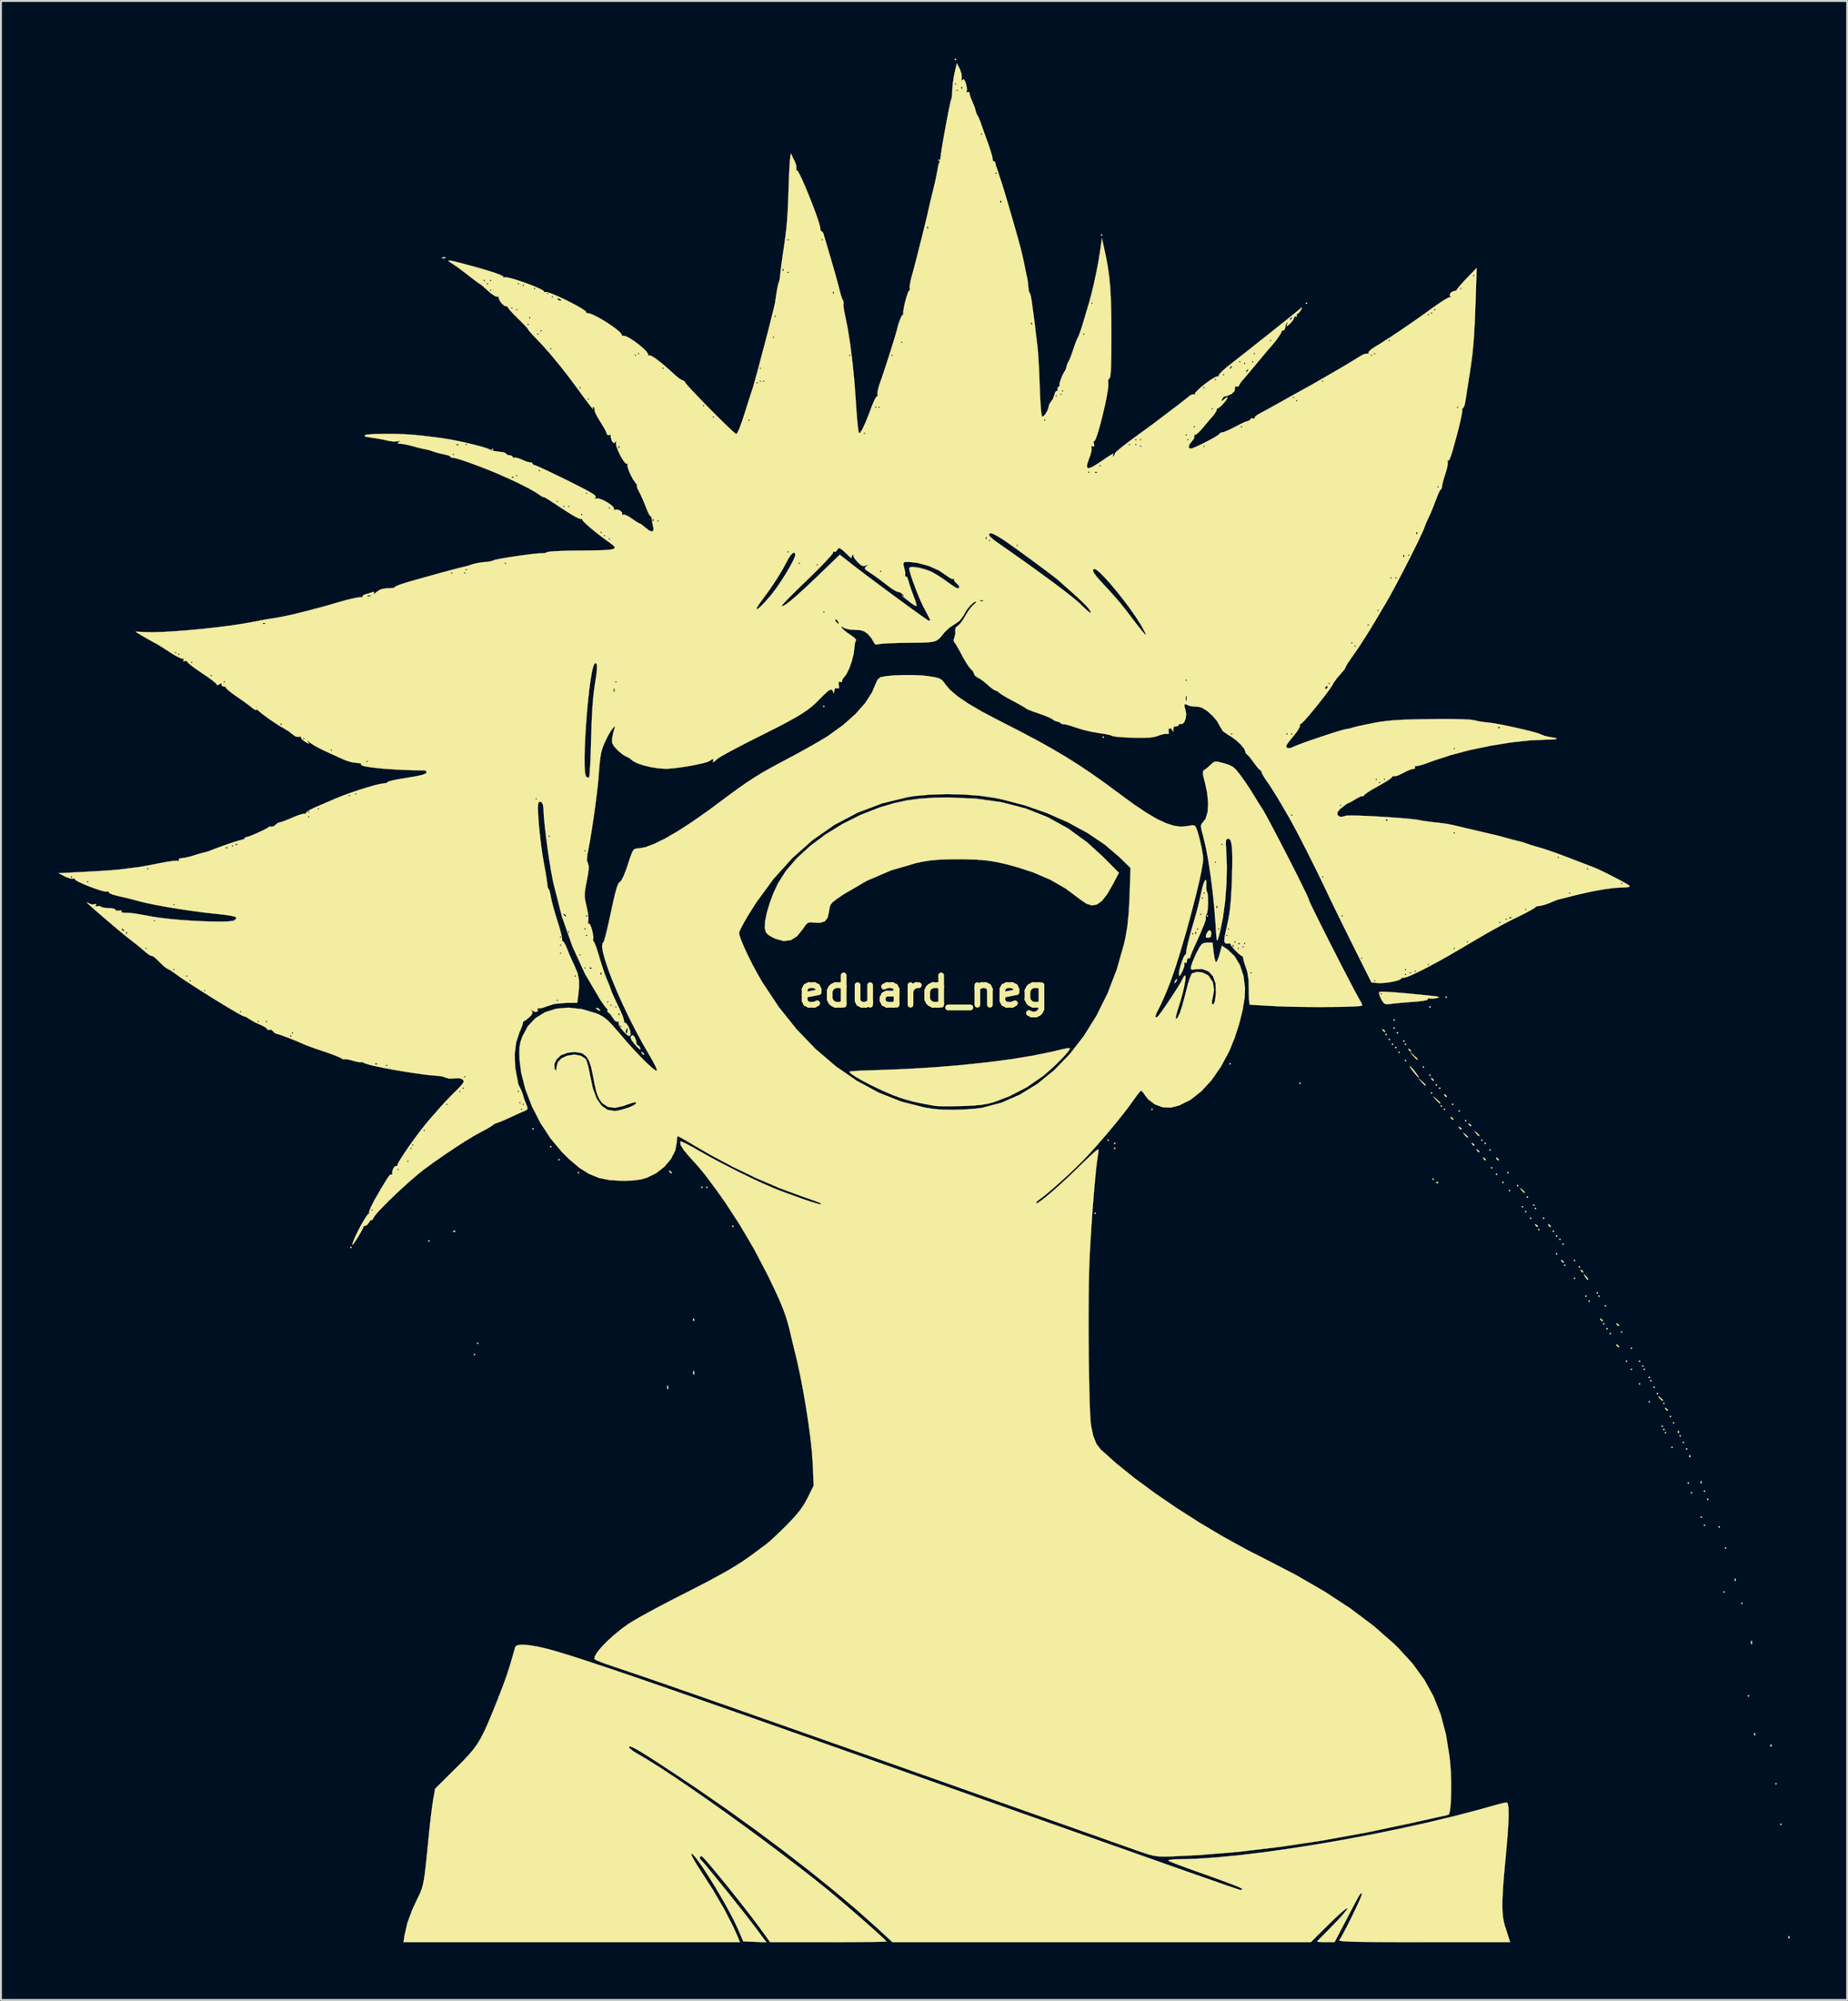
<source format=kicad_pcb>
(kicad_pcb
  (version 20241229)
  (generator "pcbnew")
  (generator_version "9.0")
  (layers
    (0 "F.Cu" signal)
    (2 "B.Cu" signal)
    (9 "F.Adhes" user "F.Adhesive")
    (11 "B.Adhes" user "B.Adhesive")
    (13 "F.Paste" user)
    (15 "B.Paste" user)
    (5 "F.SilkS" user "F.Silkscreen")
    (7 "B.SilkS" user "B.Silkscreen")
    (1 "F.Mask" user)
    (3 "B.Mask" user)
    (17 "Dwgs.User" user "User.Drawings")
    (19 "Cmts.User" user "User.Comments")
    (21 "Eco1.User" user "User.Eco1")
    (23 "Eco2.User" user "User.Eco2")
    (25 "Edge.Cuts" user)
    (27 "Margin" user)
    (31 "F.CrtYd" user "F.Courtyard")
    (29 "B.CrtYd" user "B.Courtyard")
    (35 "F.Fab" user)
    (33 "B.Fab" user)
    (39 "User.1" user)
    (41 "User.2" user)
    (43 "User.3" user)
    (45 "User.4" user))
  (footprint "eduard_neg"
    (layer "F.Cu")
    (at 45.082 48.604)
    (property "Reference" "eduard_neg" (at 0 0 0) (layer "F.SilkS") (effects (font (size 1.524 1.524) (thickness 0.3))))
    (attr through_hole)
    (fp_poly (pts (xy -29.803 13.335) (xy -29.845 13.377) (xy -29.887 13.335) (xy -29.845 13.293) (xy -29.803 13.335)) (stroke (width 0.01) (type solid)) (fill yes) (layer "F.SilkS"))
    (fp_poly (pts (xy -25.739 12.996) (xy -25.781 13.039) (xy -25.823 12.996) (xy -25.781 12.954) (xy -25.739 12.996)) (stroke (width 0.01) (type solid)) (fill yes) (layer "F.SilkS"))
    (fp_poly (pts (xy -23.368 18.923) (xy -23.41 18.965) (xy -23.453 18.923) (xy -23.41 18.881) (xy -23.368 18.923)) (stroke (width 0.01) (type solid)) (fill yes) (layer "F.SilkS"))
    (fp_poly (pts (xy -23.199 18.33) (xy -23.241 18.373) (xy -23.283 18.33) (xy -23.241 18.288) (xy -23.199 18.33)) (stroke (width 0.01) (type solid)) (fill yes) (layer "F.SilkS"))
    (fp_poly (pts (xy -22.437 -28.236) (xy -22.479 -28.194) (xy -22.521 -28.236) (xy -22.479 -28.279) (xy -22.437 -28.236)) (stroke (width 0.01) (type solid)) (fill yes) (layer "F.SilkS"))
    (fp_poly (pts (xy -20.32 7.154) (xy -20.362 7.197) (xy -20.405 7.154) (xy -20.362 7.112) (xy -20.32 7.154)) (stroke (width 0.01) (type solid)) (fill yes) (layer "F.SilkS"))
    (fp_poly (pts (xy -19.389 8.086) (xy -19.431 8.128) (xy -19.473 8.086) (xy -19.431 8.043) (xy -19.389 8.086)) (stroke (width 0.01) (type solid)) (fill yes) (layer "F.SilkS"))
    (fp_poly (pts (xy -18.965 8.763) (xy -19.008 8.805) (xy -19.05 8.763) (xy -19.008 8.721) (xy -18.965 8.763)) (stroke (width 0.01) (type solid)) (fill yes) (layer "F.SilkS"))
    (fp_poly (pts (xy -17.949 9.44) (xy -17.992 9.483) (xy -18.034 9.44) (xy -17.992 9.398) (xy -17.949 9.44)) (stroke (width 0.01) (type solid)) (fill yes) (layer "F.SilkS"))
    (fp_poly (pts (xy -11.515 10.202) (xy -11.557 10.245) (xy -11.599 10.202) (xy -11.557 10.16) (xy -11.515 10.202)) (stroke (width 0.01) (type solid)) (fill yes) (layer "F.SilkS"))
    (fp_poly (pts (xy -11.261 10.202) (xy -11.303 10.245) (xy -11.345 10.202) (xy -11.303 10.16) (xy -11.261 10.202)) (stroke (width 0.01) (type solid)) (fill yes) (layer "F.SilkS"))
    (fp_poly (pts (xy -9.906 12.234) (xy -9.948 12.277) (xy -9.991 12.234) (xy -9.948 12.192) (xy -9.906 12.234)) (stroke (width 0.01) (type solid)) (fill yes) (layer "F.SilkS"))
    (fp_poly (pts (xy -5.165 -14.859) (xy -5.207 -14.817) (xy -5.249 -14.859) (xy -5.207 -14.901) (xy -5.165 -14.859)) (stroke (width 0.01) (type solid)) (fill yes) (layer "F.SilkS"))
    (fp_poly (pts (xy 0.847 -43.307) (xy 0.804 -43.265) (xy 0.762 -43.307) (xy 0.804 -43.349) (xy 0.847 -43.307)) (stroke (width 0.01) (type solid)) (fill yes) (layer "F.SilkS"))
    (fp_poly (pts (xy 1.693 -48.556) (xy 1.651 -48.514) (xy 1.609 -48.556) (xy 1.651 -48.599) (xy 1.693 -48.556)) (stroke (width 0.01) (type solid)) (fill yes) (layer "F.SilkS"))
    (fp_poly (pts (xy 8.975 11.557) (xy 8.932 11.599) (xy 8.89 11.557) (xy 8.932 11.515) (xy 8.975 11.557)) (stroke (width 0.01) (type solid)) (fill yes) (layer "F.SilkS"))
    (fp_poly (pts (xy 9.313 -39.412) (xy 9.271 -39.37) (xy 9.229 -39.412) (xy 9.271 -39.455) (xy 9.313 -39.412)) (stroke (width 0.01) (type solid)) (fill yes) (layer "F.SilkS"))
    (fp_poly (pts (xy 9.398 -13.25) (xy 9.356 -13.208) (xy 9.313 -13.25) (xy 9.356 -13.293) (xy 9.398 -13.25)) (stroke (width 0.01) (type solid)) (fill yes) (layer "F.SilkS"))
    (fp_poly (pts (xy 9.652 7.747) (xy 9.61 7.789) (xy 9.567 7.747) (xy 9.61 7.705) (xy 9.652 7.747)) (stroke (width 0.01) (type solid)) (fill yes) (layer "F.SilkS"))
    (fp_poly (pts (xy 9.991 7.916) (xy 9.948 7.959) (xy 9.906 7.916) (xy 9.948 7.874) (xy 9.991 7.916)) (stroke (width 0.01) (type solid)) (fill yes) (layer "F.SilkS"))
    (fp_poly (pts (xy 9.991 8.17) (xy 9.948 8.213) (xy 9.906 8.17) (xy 9.948 8.128) (xy 9.991 8.17)) (stroke (width 0.01) (type solid)) (fill yes) (layer "F.SilkS"))
    (fp_poly (pts (xy 11.938 6.138) (xy 11.896 6.181) (xy 11.853 6.138) (xy 11.896 6.096) (xy 11.938 6.138)) (stroke (width 0.01) (type solid)) (fill yes) (layer "F.SilkS"))
    (fp_poly (pts (xy 14.817 -3.937) (xy 14.774 -3.895) (xy 14.732 -3.937) (xy 14.774 -3.979) (xy 14.817 -3.937)) (stroke (width 0.01) (type solid)) (fill yes) (layer "F.SilkS"))
    (fp_poly (pts (xy 16.002 3.768) (xy 15.96 3.81) (xy 15.917 3.768) (xy 15.96 3.725) (xy 16.002 3.768)) (stroke (width 0.01) (type solid)) (fill yes) (layer "F.SilkS"))
    (fp_poly (pts (xy 19.643 4.784) (xy 19.6 4.826) (xy 19.558 4.784) (xy 19.6 4.741) (xy 19.643 4.784)) (stroke (width 0.01) (type solid)) (fill yes) (layer "F.SilkS"))
    (fp_poly (pts (xy 19.981 -35.856) (xy 19.939 -35.814) (xy 19.897 -35.856) (xy 19.939 -35.899) (xy 19.981 -35.856)) (stroke (width 0.01) (type solid)) (fill yes) (layer "F.SilkS"))
    (fp_poly (pts (xy 24.13 2.244) (xy 24.088 2.286) (xy 24.045 2.244) (xy 24.088 2.201) (xy 24.13 2.244)) (stroke (width 0.01) (type solid)) (fill yes) (layer "F.SilkS"))
    (fp_poly (pts (xy 24.299 2.498) (xy 24.257 2.54) (xy 24.215 2.498) (xy 24.257 2.455) (xy 24.299 2.498)) (stroke (width 0.01) (type solid)) (fill yes) (layer "F.SilkS"))
    (fp_poly (pts (xy 24.469 2.752) (xy 24.426 2.794) (xy 24.384 2.752) (xy 24.426 2.709) (xy 24.469 2.752)) (stroke (width 0.01) (type solid)) (fill yes) (layer "F.SilkS"))
    (fp_poly (pts (xy 24.553 1.482) (xy 24.511 1.524) (xy 24.469 1.482) (xy 24.511 1.439) (xy 24.553 1.482)) (stroke (width 0.01) (type solid)) (fill yes) (layer "F.SilkS"))
    (fp_poly (pts (xy 24.553 1.905) (xy 24.511 1.947) (xy 24.469 1.905) (xy 24.511 1.863) (xy 24.553 1.905)) (stroke (width 0.01) (type solid)) (fill yes) (layer "F.SilkS"))
    (fp_poly (pts (xy 24.638 2.921) (xy 24.596 2.963) (xy 24.553 2.921) (xy 24.596 2.879) (xy 24.638 2.921)) (stroke (width 0.01) (type solid)) (fill yes) (layer "F.SilkS"))
    (fp_poly (pts (xy 24.723 2.159) (xy 24.68 2.201) (xy 24.638 2.159) (xy 24.68 2.117) (xy 24.723 2.159)) (stroke (width 0.01) (type solid)) (fill yes) (layer "F.SilkS"))
    (fp_poly (pts (xy 24.807 3.175) (xy 24.765 3.217) (xy 24.723 3.175) (xy 24.765 3.133) (xy 24.807 3.175)) (stroke (width 0.01) (type solid)) (fill yes) (layer "F.SilkS"))
    (fp_poly (pts (xy 25.061 2.582) (xy 25.019 2.625) (xy 24.977 2.582) (xy 25.019 2.54) (xy 25.061 2.582)) (stroke (width 0.01) (type solid)) (fill yes) (layer "F.SilkS"))
    (fp_poly (pts (xy 25.146 2.752) (xy 25.104 2.794) (xy 25.061 2.752) (xy 25.104 2.709) (xy 25.146 2.752)) (stroke (width 0.01) (type solid)) (fill yes) (layer "F.SilkS"))
    (fp_poly (pts (xy 25.146 3.598) (xy 25.104 3.641) (xy 25.061 3.598) (xy 25.104 3.556) (xy 25.146 3.598)) (stroke (width 0.01) (type solid)) (fill yes) (layer "F.SilkS"))
    (fp_poly (pts (xy 26.077 3.937) (xy 26.035 3.979) (xy 25.993 3.937) (xy 26.035 3.895) (xy 26.077 3.937)) (stroke (width 0.01) (type solid)) (fill yes) (layer "F.SilkS"))
    (fp_poly (pts (xy 26.416 0.804) (xy 26.374 0.847) (xy 26.331 0.804) (xy 26.374 0.762) (xy 26.416 0.804)) (stroke (width 0.01) (type solid)) (fill yes) (layer "F.SilkS"))
    (fp_poly (pts (xy 26.416 4.36) (xy 26.374 4.403) (xy 26.331 4.36) (xy 26.374 4.318) (xy 26.416 4.36)) (stroke (width 0.01) (type solid)) (fill yes) (layer "F.SilkS"))
    (fp_poly (pts (xy 26.501 5.292) (xy 26.458 5.334) (xy 26.416 5.292) (xy 26.458 5.249) (xy 26.501 5.292)) (stroke (width 0.01) (type solid)) (fill yes) (layer "F.SilkS"))
    (fp_poly (pts (xy 26.585 9.779) (xy 26.543 9.821) (xy 26.501 9.779) (xy 26.543 9.737) (xy 26.585 9.779)) (stroke (width 0.01) (type solid)) (fill yes) (layer "F.SilkS"))
    (fp_poly (pts (xy 26.755 4.868) (xy 26.712 4.911) (xy 26.67 4.868) (xy 26.712 4.826) (xy 26.755 4.868)) (stroke (width 0.01) (type solid)) (fill yes) (layer "F.SilkS"))
    (fp_poly (pts (xy 26.924 5.038) (xy 26.882 5.08) (xy 26.839 5.038) (xy 26.882 4.995) (xy 26.924 5.038)) (stroke (width 0.01) (type solid)) (fill yes) (layer "F.SilkS"))
    (fp_poly (pts (xy 27.009 5.969) (xy 26.966 6.011) (xy 26.924 5.969) (xy 26.966 5.927) (xy 27.009 5.969)) (stroke (width 0.01) (type solid)) (fill yes) (layer "F.SilkS"))
    (fp_poly (pts (xy 27.178 6.138) (xy 27.136 6.181) (xy 27.093 6.138) (xy 27.136 6.096) (xy 27.178 6.138)) (stroke (width 0.01) (type solid)) (fill yes) (layer "F.SilkS"))
    (fp_poly (pts (xy 27.263 0.296) (xy 27.22 0.339) (xy 27.178 0.296) (xy 27.22 0.254) (xy 27.263 0.296)) (stroke (width 0.01) (type solid)) (fill yes) (layer "F.SilkS"))
    (fp_poly (pts (xy 27.601 5.884) (xy 27.559 5.927) (xy 27.517 5.884) (xy 27.559 5.842) (xy 27.601 5.884)) (stroke (width 0.01) (type solid)) (fill yes) (layer "F.SilkS"))
    (fp_poly (pts (xy 27.94 6.223) (xy 27.898 6.265) (xy 27.855 6.223) (xy 27.898 6.181) (xy 27.94 6.223)) (stroke (width 0.01) (type solid)) (fill yes) (layer "F.SilkS"))
    (fp_poly (pts (xy 28.279 6.731) (xy 28.236 6.773) (xy 28.194 6.731) (xy 28.236 6.689) (xy 28.279 6.731)) (stroke (width 0.01) (type solid)) (fill yes) (layer "F.SilkS"))
    (fp_poly (pts (xy 29.125 7.747) (xy 29.083 7.789) (xy 29.041 7.747) (xy 29.083 7.705) (xy 29.125 7.747)) (stroke (width 0.01) (type solid)) (fill yes) (layer "F.SilkS"))
    (fp_poly (pts (xy 29.295 7.916) (xy 29.252 7.959) (xy 29.21 7.916) (xy 29.252 7.874) (xy 29.295 7.916)) (stroke (width 0.01) (type solid)) (fill yes) (layer "F.SilkS"))
    (fp_poly (pts (xy 29.549 8.255) (xy 29.506 8.297) (xy 29.464 8.255) (xy 29.506 8.213) (xy 29.549 8.255)) (stroke (width 0.01) (type solid)) (fill yes) (layer "F.SilkS"))
    (fp_poly (pts (xy 29.633 9.186) (xy 29.591 9.229) (xy 29.549 9.186) (xy 29.591 9.144) (xy 29.633 9.186)) (stroke (width 0.01) (type solid)) (fill yes) (layer "F.SilkS"))
    (fp_poly (pts (xy 29.887 9.525) (xy 29.845 9.567) (xy 29.803 9.525) (xy 29.845 9.483) (xy 29.887 9.525)) (stroke (width 0.01) (type solid)) (fill yes) (layer "F.SilkS"))
    (fp_poly (pts (xy 30.226 9.948) (xy 30.184 9.991) (xy 30.141 9.948) (xy 30.184 9.906) (xy 30.226 9.948)) (stroke (width 0.01) (type solid)) (fill yes) (layer "F.SilkS"))
    (fp_poly (pts (xy 30.48 9.44) (xy 30.438 9.483) (xy 30.395 9.44) (xy 30.438 9.398) (xy 30.48 9.44)) (stroke (width 0.01) (type solid)) (fill yes) (layer "F.SilkS"))
    (fp_poly (pts (xy 30.565 10.372) (xy 30.522 10.414) (xy 30.48 10.372) (xy 30.522 10.329) (xy 30.565 10.372)) (stroke (width 0.01) (type solid)) (fill yes) (layer "F.SilkS"))
    (fp_poly (pts (xy 30.988 10.118) (xy 30.946 10.16) (xy 30.903 10.118) (xy 30.946 10.075) (xy 30.988 10.118)) (stroke (width 0.01) (type solid)) (fill yes) (layer "F.SilkS"))
    (fp_poly (pts (xy 31.242 11.218) (xy 31.2 11.261) (xy 31.157 11.218) (xy 31.2 11.176) (xy 31.242 11.218)) (stroke (width 0.01) (type solid)) (fill yes) (layer "F.SilkS"))
    (fp_poly (pts (xy 31.411 11.472) (xy 31.369 11.515) (xy 31.327 11.472) (xy 31.369 11.43) (xy 31.411 11.472)) (stroke (width 0.01) (type solid)) (fill yes) (layer "F.SilkS"))
    (fp_poly (pts (xy 31.496 10.71) (xy 31.454 10.753) (xy 31.411 10.71) (xy 31.454 10.668) (xy 31.496 10.71)) (stroke (width 0.01) (type solid)) (fill yes) (layer "F.SilkS"))
    (fp_poly (pts (xy 31.665 11.811) (xy 31.623 11.853) (xy 31.581 11.811) (xy 31.623 11.769) (xy 31.665 11.811)) (stroke (width 0.01) (type solid)) (fill yes) (layer "F.SilkS"))
    (fp_poly (pts (xy 31.835 11.134) (xy 31.792 11.176) (xy 31.75 11.134) (xy 31.792 11.091) (xy 31.835 11.134)) (stroke (width 0.01) (type solid)) (fill yes) (layer "F.SilkS"))
    (fp_poly (pts (xy 31.919 11.303) (xy 31.877 11.345) (xy 31.835 11.303) (xy 31.877 11.261) (xy 31.919 11.303)) (stroke (width 0.01) (type solid)) (fill yes) (layer "F.SilkS"))
    (fp_poly (pts (xy 32.089 12.404) (xy 32.046 12.446) (xy 32.004 12.404) (xy 32.046 12.361) (xy 32.089 12.404)) (stroke (width 0.01) (type solid)) (fill yes) (layer "F.SilkS"))
    (fp_poly (pts (xy 32.343 11.811) (xy 32.3 11.853) (xy 32.258 11.811) (xy 32.3 11.769) (xy 32.343 11.811)) (stroke (width 0.01) (type solid)) (fill yes) (layer "F.SilkS"))
    (fp_poly (pts (xy 32.851 12.488) (xy 32.808 12.531) (xy 32.766 12.488) (xy 32.808 12.446) (xy 32.851 12.488)) (stroke (width 0.01) (type solid)) (fill yes) (layer "F.SilkS"))
    (fp_poly (pts (xy 33.02 12.742) (xy 32.978 12.785) (xy 32.935 12.742) (xy 32.978 12.7) (xy 33.02 12.742)) (stroke (width 0.01) (type solid)) (fill yes) (layer "F.SilkS"))
    (fp_poly (pts (xy 33.02 13.674) (xy 32.978 13.716) (xy 32.935 13.674) (xy 32.978 13.631) (xy 33.02 13.674)) (stroke (width 0.01) (type solid)) (fill yes) (layer "F.SilkS"))
    (fp_poly (pts (xy 33.189 12.912) (xy 33.147 12.954) (xy 33.105 12.912) (xy 33.147 12.869) (xy 33.189 12.912)) (stroke (width 0.01) (type solid)) (fill yes) (layer "F.SilkS"))
    (fp_poly (pts (xy 33.359 13.166) (xy 33.316 13.208) (xy 33.274 13.166) (xy 33.316 13.123) (xy 33.359 13.166)) (stroke (width 0.01) (type solid)) (fill yes) (layer "F.SilkS"))
    (fp_poly (pts (xy 33.443 14.266) (xy 33.401 14.309) (xy 33.359 14.266) (xy 33.401 14.224) (xy 33.443 14.266)) (stroke (width 0.01) (type solid)) (fill yes) (layer "F.SilkS"))
    (fp_poly (pts (xy 33.951 14.012) (xy 33.909 14.055) (xy 33.867 14.012) (xy 33.909 13.97) (xy 33.951 14.012)) (stroke (width 0.01) (type solid)) (fill yes) (layer "F.SilkS"))
    (fp_poly (pts (xy 33.951 14.944) (xy 33.909 14.986) (xy 33.867 14.944) (xy 33.909 14.901) (xy 33.951 14.944)) (stroke (width 0.01) (type solid)) (fill yes) (layer "F.SilkS"))
    (fp_poly (pts (xy 34.205 14.351) (xy 34.163 14.393) (xy 34.121 14.351) (xy 34.163 14.309) (xy 34.205 14.351)) (stroke (width 0.01) (type solid)) (fill yes) (layer "F.SilkS"))
    (fp_poly (pts (xy 34.544 15.875) (xy 34.502 15.917) (xy 34.459 15.875) (xy 34.502 15.833) (xy 34.544 15.875)) (stroke (width 0.01) (type solid)) (fill yes) (layer "F.SilkS"))
    (fp_poly (pts (xy 34.713 16.129) (xy 34.671 16.171) (xy 34.629 16.129) (xy 34.671 16.087) (xy 34.713 16.129)) (stroke (width 0.01) (type solid)) (fill yes) (layer "F.SilkS"))
    (fp_poly (pts (xy 35.137 15.706) (xy 35.094 15.748) (xy 35.052 15.706) (xy 35.094 15.663) (xy 35.137 15.706)) (stroke (width 0.01) (type solid)) (fill yes) (layer "F.SilkS"))
    (fp_poly (pts (xy 35.221 15.875) (xy 35.179 15.917) (xy 35.137 15.875) (xy 35.179 15.833) (xy 35.221 15.875)) (stroke (width 0.01) (type solid)) (fill yes) (layer "F.SilkS"))
    (fp_poly (pts (xy 35.475 17.314) (xy 35.433 17.357) (xy 35.391 17.314) (xy 35.433 17.272) (xy 35.475 17.314)) (stroke (width 0.01) (type solid)) (fill yes) (layer "F.SilkS"))
    (fp_poly (pts (xy 35.56 16.383) (xy 35.518 16.425) (xy 35.475 16.383) (xy 35.518 16.341) (xy 35.56 16.383)) (stroke (width 0.01) (type solid)) (fill yes) (layer "F.SilkS"))
    (fp_poly (pts (xy 35.645 17.568) (xy 35.602 17.611) (xy 35.56 17.568) (xy 35.602 17.526) (xy 35.645 17.568)) (stroke (width 0.01) (type solid)) (fill yes) (layer "F.SilkS"))
    (fp_poly (pts (xy 35.814 17.822) (xy 35.772 17.865) (xy 35.729 17.822) (xy 35.772 17.78) (xy 35.814 17.822)) (stroke (width 0.01) (type solid)) (fill yes) (layer "F.SilkS"))
    (fp_poly (pts (xy 36.407 17.738) (xy 36.364 17.78) (xy 36.322 17.738) (xy 36.364 17.695) (xy 36.407 17.738)) (stroke (width 0.01) (type solid)) (fill yes) (layer "F.SilkS"))
    (fp_poly (pts (xy 36.661 19.262) (xy 36.618 19.304) (xy 36.576 19.262) (xy 36.618 19.219) (xy 36.661 19.262)) (stroke (width 0.01) (type solid)) (fill yes) (layer "F.SilkS"))
    (fp_poly (pts (xy 36.915 18.584) (xy 36.872 18.627) (xy 36.83 18.584) (xy 36.872 18.542) (xy 36.915 18.584)) (stroke (width 0.01) (type solid)) (fill yes) (layer "F.SilkS"))
    (fp_poly (pts (xy 36.915 19.685) (xy 36.872 19.727) (xy 36.83 19.685) (xy 36.872 19.643) (xy 36.915 19.685)) (stroke (width 0.01) (type solid)) (fill yes) (layer "F.SilkS"))
    (fp_poly (pts (xy 37.338 19.262) (xy 37.296 19.304) (xy 37.253 19.262) (xy 37.296 19.219) (xy 37.338 19.262)) (stroke (width 0.01) (type solid)) (fill yes) (layer "F.SilkS"))
    (fp_poly (pts (xy 37.338 20.447) (xy 37.296 20.489) (xy 37.253 20.447) (xy 37.296 20.405) (xy 37.338 20.447)) (stroke (width 0.01) (type solid)) (fill yes) (layer "F.SilkS"))
    (fp_poly (pts (xy 37.507 19.516) (xy 37.465 19.558) (xy 37.423 19.516) (xy 37.465 19.473) (xy 37.507 19.516)) (stroke (width 0.01) (type solid)) (fill yes) (layer "F.SilkS"))
    (fp_poly (pts (xy 37.592 19.685) (xy 37.55 19.727) (xy 37.507 19.685) (xy 37.55 19.643) (xy 37.592 19.685)) (stroke (width 0.01) (type solid)) (fill yes) (layer "F.SilkS"))
    (fp_poly (pts (xy 37.846 20.108) (xy 37.804 20.151) (xy 37.761 20.108) (xy 37.804 20.066) (xy 37.846 20.108)) (stroke (width 0.01) (type solid)) (fill yes) (layer "F.SilkS"))
    (fp_poly (pts (xy 37.846 21.378) (xy 37.804 21.421) (xy 37.761 21.378) (xy 37.804 21.336) (xy 37.846 21.378)) (stroke (width 0.01) (type solid)) (fill yes) (layer "F.SilkS"))
    (fp_poly (pts (xy 37.931 20.278) (xy 37.888 20.32) (xy 37.846 20.278) (xy 37.888 20.235) (xy 37.931 20.278)) (stroke (width 0.01) (type solid)) (fill yes) (layer "F.SilkS"))
    (fp_poly (pts (xy 38.1 20.616) (xy 38.058 20.659) (xy 38.015 20.616) (xy 38.058 20.574) (xy 38.1 20.616)) (stroke (width 0.01) (type solid)) (fill yes) (layer "F.SilkS"))
    (fp_poly (pts (xy 38.269 20.955) (xy 38.227 20.997) (xy 38.185 20.955) (xy 38.227 20.913) (xy 38.269 20.955)) (stroke (width 0.01) (type solid)) (fill yes) (layer "F.SilkS"))
    (fp_poly (pts (xy 38.523 22.648) (xy 38.481 22.691) (xy 38.439 22.648) (xy 38.481 22.606) (xy 38.523 22.648)) (stroke (width 0.01) (type solid)) (fill yes) (layer "F.SilkS"))
    (fp_poly (pts (xy 38.608 21.463) (xy 38.566 21.505) (xy 38.523 21.463) (xy 38.566 21.421) (xy 38.608 21.463)) (stroke (width 0.01) (type solid)) (fill yes) (layer "F.SilkS"))
    (fp_poly (pts (xy 38.608 22.818) (xy 38.566 22.86) (xy 38.523 22.818) (xy 38.566 22.775) (xy 38.608 22.818)) (stroke (width 0.01) (type solid)) (fill yes) (layer "F.SilkS"))
    (fp_poly (pts (xy 38.693 22.987) (xy 38.65 23.029) (xy 38.608 22.987) (xy 38.65 22.945) (xy 38.693 22.987)) (stroke (width 0.01) (type solid)) (fill yes) (layer "F.SilkS"))
    (fp_poly (pts (xy 38.947 22.14) (xy 38.904 22.183) (xy 38.862 22.14) (xy 38.904 22.098) (xy 38.947 22.14)) (stroke (width 0.01) (type solid)) (fill yes) (layer "F.SilkS"))
    (fp_poly (pts (xy 39.031 23.749) (xy 38.989 23.791) (xy 38.947 23.749) (xy 38.989 23.707) (xy 39.031 23.749)) (stroke (width 0.01) (type solid)) (fill yes) (layer "F.SilkS"))
    (fp_poly (pts (xy 39.116 22.479) (xy 39.074 22.521) (xy 39.031 22.479) (xy 39.074 22.437) (xy 39.116 22.479)) (stroke (width 0.01) (type solid)) (fill yes) (layer "F.SilkS"))
    (fp_poly (pts (xy 39.455 23.156) (xy 39.412 23.199) (xy 39.37 23.156) (xy 39.412 23.114) (xy 39.455 23.156)) (stroke (width 0.01) (type solid)) (fill yes) (layer "F.SilkS"))
    (fp_poly (pts (xy 39.624 23.495) (xy 39.582 23.537) (xy 39.539 23.495) (xy 39.582 23.453) (xy 39.624 23.495)) (stroke (width 0.01) (type solid)) (fill yes) (layer "F.SilkS"))
    (fp_poly (pts (xy 39.793 23.834) (xy 39.751 23.876) (xy 39.709 23.834) (xy 39.751 23.791) (xy 39.793 23.834)) (stroke (width 0.01) (type solid)) (fill yes) (layer "F.SilkS"))
    (fp_poly (pts (xy 39.878 25.612) (xy 39.836 25.654) (xy 39.793 25.612) (xy 39.836 25.569) (xy 39.878 25.612)) (stroke (width 0.01) (type solid)) (fill yes) (layer "F.SilkS"))
    (fp_poly (pts (xy 40.047 26.12) (xy 40.005 26.162) (xy 39.963 26.12) (xy 40.005 26.077) (xy 40.047 26.12)) (stroke (width 0.01) (type solid)) (fill yes) (layer "F.SilkS"))
    (fp_poly (pts (xy 40.555 27.39) (xy 40.513 27.432) (xy 40.471 27.39) (xy 40.513 27.347) (xy 40.555 27.39)) (stroke (width 0.01) (type solid)) (fill yes) (layer "F.SilkS"))
    (fp_poly (pts (xy 40.725 26.035) (xy 40.682 26.077) (xy 40.64 26.035) (xy 40.682 25.993) (xy 40.725 26.035)) (stroke (width 0.01) (type solid)) (fill yes) (layer "F.SilkS"))
    (fp_poly (pts (xy 40.725 27.813) (xy 40.682 27.855) (xy 40.64 27.813) (xy 40.682 27.771) (xy 40.725 27.813)) (stroke (width 0.01) (type solid)) (fill yes) (layer "F.SilkS"))
    (fp_poly (pts (xy 40.894 26.458) (xy 40.852 26.501) (xy 40.809 26.458) (xy 40.852 26.416) (xy 40.894 26.458)) (stroke (width 0.01) (type solid)) (fill yes) (layer "F.SilkS"))
    (fp_poly (pts (xy 41.487 27.898) (xy 41.444 27.94) (xy 41.402 27.898) (xy 41.444 27.855) (xy 41.487 27.898)) (stroke (width 0.01) (type solid)) (fill yes) (layer "F.SilkS"))
    (fp_poly (pts (xy 41.741 31.284) (xy 41.698 31.327) (xy 41.656 31.284) (xy 41.698 31.242) (xy 41.741 31.284)) (stroke (width 0.01) (type solid)) (fill yes) (layer "F.SilkS"))
    (fp_poly (pts (xy 41.825 28.998) (xy 41.783 29.041) (xy 41.741 28.998) (xy 41.783 28.956) (xy 41.825 28.998)) (stroke (width 0.01) (type solid)) (fill yes) (layer "F.SilkS"))
    (fp_poly (pts (xy 42.672 31.877) (xy 42.63 31.919) (xy 42.587 31.877) (xy 42.63 31.835) (xy 42.672 31.877)) (stroke (width 0.01) (type solid)) (fill yes) (layer "F.SilkS"))
    (fp_poly (pts (xy 43.011 36.703) (xy 42.968 36.745) (xy 42.926 36.703) (xy 42.968 36.661) (xy 43.011 36.703)) (stroke (width 0.01) (type solid)) (fill yes) (layer "F.SilkS"))
    (fp_poly (pts (xy 44.45 41.275) (xy 44.408 41.317) (xy 44.365 41.275) (xy 44.408 41.233) (xy 44.45 41.275)) (stroke (width 0.01) (type solid)) (fill yes) (layer "F.SilkS"))
    (fp_poly (pts (xy 44.704 43.392) (xy 44.662 43.434) (xy 44.619 43.392) (xy 44.662 43.349) (xy 44.704 43.392)) (stroke (width 0.01) (type solid)) (fill yes) (layer "F.SilkS"))
    (fp_poly (pts (xy -24.915 -38.236) (xy -24.94 -38.197) (xy -25.026 -38.191) (xy -25.116 -38.212) (xy -25.077 -38.243) (xy -24.945 -38.253) (xy -24.915 -38.236)) (stroke (width 0.01) (type solid)) (fill yes) (layer "F.SilkS"))
    (fp_poly (pts (xy -24.412 12.474) (xy -24.424 12.525) (xy -24.469 12.531) (xy -24.538 12.5) (xy -24.525 12.474) (xy -24.425 12.464) (xy -24.412 12.474)) (stroke (width 0.01) (type solid)) (fill yes) (layer "F.SilkS"))
    (fp_poly (pts (xy -13.319 20.558) (xy -13.309 20.69) (xy -13.326 20.72) (xy -13.365 20.695) (xy -13.371 20.609) (xy -13.35 20.519) (xy -13.319 20.558)) (stroke (width 0.01) (type solid)) (fill yes) (layer "F.SilkS"))
    (fp_poly (pts (xy -11.966 17.046) (xy -11.956 17.147) (xy -11.966 17.159) (xy -12.017 17.147) (xy -12.023 17.103) (xy -11.992 17.033) (xy -11.966 17.046)) (stroke (width 0.01) (type solid)) (fill yes) (layer "F.SilkS"))
    (fp_poly (pts (xy -11.965 19.796) (xy -11.955 19.928) (xy -11.972 19.958) (xy -12.01 19.933) (xy -12.016 19.847) (xy -11.995 19.757) (xy -11.965 19.796)) (stroke (width 0.01) (type solid)) (fill yes) (layer "F.SilkS"))
    (fp_poly (pts (xy 26.811 9.934) (xy 26.799 9.985) (xy 26.755 9.991) (xy 26.685 9.96) (xy 26.698 9.934) (xy 26.799 9.924) (xy 26.811 9.934)) (stroke (width 0.01) (type solid)) (fill yes) (layer "F.SilkS"))
    (fp_poly (pts (xy 39.342 22.888) (xy 39.352 22.989) (xy 39.342 23.001) (xy 39.291 22.989) (xy 39.285 22.945) (xy 39.316 22.875) (xy 39.342 22.888)) (stroke (width 0.01) (type solid)) (fill yes) (layer "F.SilkS"))
    (fp_poly (pts (xy 39.934 24.158) (xy 39.945 24.259) (xy 39.934 24.271) (xy 39.884 24.259) (xy 39.878 24.215) (xy 39.909 24.145) (xy 39.934 24.158)) (stroke (width 0.01) (type solid)) (fill yes) (layer "F.SilkS"))
    (fp_poly (pts (xy 40.527 25.513) (xy 40.537 25.613) (xy 40.527 25.626) (xy 40.477 25.614) (xy 40.471 25.569) (xy 40.502 25.5) (xy 40.527 25.513)) (stroke (width 0.01) (type solid)) (fill yes) (layer "F.SilkS"))
    (fp_poly (pts (xy 42.305 30.593) (xy 42.315 30.693) (xy 42.305 30.706) (xy 42.255 30.694) (xy 42.249 30.649) (xy 42.28 30.58) (xy 42.305 30.593)) (stroke (width 0.01) (type solid)) (fill yes) (layer "F.SilkS"))
    (fp_poly (pts (xy 43.153 33.851) (xy 43.163 33.983) (xy 43.146 34.013) (xy 43.108 33.988) (xy 43.102 33.902) (xy 43.123 33.812) (xy 43.153 33.851)) (stroke (width 0.01) (type solid)) (fill yes) (layer "F.SilkS"))
    (fp_poly (pts (xy 43.321 38.636) (xy 43.331 38.737) (xy 43.321 38.749) (xy 43.271 38.737) (xy 43.265 38.693) (xy 43.296 38.623) (xy 43.321 38.636)) (stroke (width 0.01) (type solid)) (fill yes) (layer "F.SilkS"))
    (fp_poly (pts (xy 44.168 39.229) (xy 44.178 39.329) (xy 44.168 39.342) (xy 44.117 39.33) (xy 44.111 39.285) (xy 44.142 39.216) (xy 44.168 39.229)) (stroke (width 0.01) (type solid)) (fill yes) (layer "F.SilkS"))
    (fp_poly (pts (xy 45.099 49.22) (xy 45.109 49.32) (xy 45.099 49.332) (xy 45.049 49.321) (xy 45.043 49.276) (xy 45.074 49.206) (xy 45.099 49.22)) (stroke (width 0.01) (type solid)) (fill yes) (layer "F.SilkS"))
    (fp_poly (pts (xy -16.909 0.908) (xy -16.891 0.931) (xy -16.861 1.007) (xy -16.941 0.979) (xy -17.018 0.931) (xy -17.083 0.863) (xy -17.044 0.848) (xy -16.909 0.908)) (stroke (width 0.01) (type solid)) (fill yes) (layer "F.SilkS"))
    (fp_poly (pts (xy -14.66 3.167) (xy -14.57 3.252) (xy -14.588 3.301) (xy -14.6 3.302) (xy -14.672 3.242) (xy -14.698 3.204) (xy -14.708 3.146) (xy -14.66 3.167)) (stroke (width 0.01) (type solid)) (fill yes) (layer "F.SilkS"))
    (fp_poly (pts (xy -13.221 9.348) (xy -13.131 9.426) (xy -13.123 9.445) (xy -13.164 9.48) (xy -13.247 9.402) (xy -13.258 9.385) (xy -13.268 9.327) (xy -13.221 9.348)) (stroke (width 0.01) (type solid)) (fill yes) (layer "F.SilkS"))
    (fp_poly (pts (xy 13.182 -0.548) (xy 13.134 -0.485) (xy 13.063 -0.432) (xy 13.08 -0.517) (xy 13.086 -0.533) (xy 13.154 -0.636) (xy 13.192 -0.637) (xy 13.182 -0.548)) (stroke (width 0.01) (type solid)) (fill yes) (layer "F.SilkS"))
    (fp_poly (pts (xy 23.948 1.982) (xy 24.038 2.06) (xy 24.045 2.079) (xy 24.005 2.114) (xy 23.921 2.036) (xy 23.91 2.019) (xy 23.9 1.961) (xy 23.948 1.982)) (stroke (width 0.01) (type solid)) (fill yes) (layer "F.SilkS"))
    (fp_poly (pts (xy 25.302 2.998) (xy 25.393 3.083) (xy 25.375 3.132) (xy 25.363 3.133) (xy 25.291 3.073) (xy 25.265 3.035) (xy 25.255 2.977) (xy 25.302 2.998)) (stroke (width 0.01) (type solid)) (fill yes) (layer "F.SilkS"))
    (fp_poly (pts (xy 25.548 3.336) (xy 25.708 3.486) (xy 25.731 3.552) (xy 25.709 3.556) (xy 25.64 3.499) (xy 25.519 3.365) (xy 25.358 3.175) (xy 25.548 3.336)) (stroke (width 0.01) (type solid)) (fill yes) (layer "F.SilkS"))
    (fp_poly (pts (xy 25.971 4.691) (xy 26.107 4.815) (xy 26.162 4.881) (xy 26.123 4.903) (xy 26.002 4.789) (xy 25.942 4.72) (xy 25.781 4.53) (xy 25.971 4.691)) (stroke (width 0.01) (type solid)) (fill yes) (layer "F.SilkS"))
    (fp_poly (pts (xy 26.488 4.522) (xy 26.578 4.607) (xy 26.56 4.656) (xy 26.548 4.657) (xy 26.476 4.597) (xy 26.45 4.559) (xy 26.44 4.501) (xy 26.488 4.522)) (stroke (width 0.01) (type solid)) (fill yes) (layer "F.SilkS"))
    (fp_poly (pts (xy 26.733 5.622) (xy 26.893 5.772) (xy 26.917 5.838) (xy 26.895 5.842) (xy 26.826 5.785) (xy 26.704 5.652) (xy 26.543 5.461) (xy 26.733 5.622)) (stroke (width 0.01) (type solid)) (fill yes) (layer "F.SilkS"))
    (fp_poly (pts (xy 27.165 5.368) (xy 27.256 5.453) (xy 27.237 5.503) (xy 27.225 5.503) (xy 27.154 5.443) (xy 27.128 5.406) (xy 27.118 5.348) (xy 27.165 5.368)) (stroke (width 0.01) (type solid)) (fill yes) (layer "F.SilkS"))
    (fp_poly (pts (xy 27.504 6.554) (xy 27.594 6.632) (xy 27.601 6.651) (xy 27.561 6.686) (xy 27.477 6.608) (xy 27.466 6.591) (xy 27.456 6.533) (xy 27.504 6.554)) (stroke (width 0.01) (type solid)) (fill yes) (layer "F.SilkS"))
    (fp_poly (pts (xy 27.927 7.062) (xy 28.017 7.14) (xy 28.025 7.159) (xy 27.984 7.194) (xy 27.901 7.116) (xy 27.89 7.099) (xy 27.88 7.041) (xy 27.927 7.062)) (stroke (width 0.01) (type solid)) (fill yes) (layer "F.SilkS"))
    (fp_poly (pts (xy 28.435 6.892) (xy 28.525 6.971) (xy 28.533 6.99) (xy 28.492 7.025) (xy 28.409 6.947) (xy 28.398 6.93) (xy 28.388 6.872) (xy 28.435 6.892)) (stroke (width 0.01) (type solid)) (fill yes) (layer "F.SilkS"))
    (fp_poly (pts (xy 28.604 7.908) (xy 28.695 7.993) (xy 28.677 8.043) (xy 28.665 8.043) (xy 28.593 7.983) (xy 28.567 7.946) (xy 28.557 7.888) (xy 28.604 7.908)) (stroke (width 0.01) (type solid)) (fill yes) (layer "F.SilkS"))
    (fp_poly (pts (xy 28.858 8.247) (xy 28.948 8.326) (xy 28.956 8.345) (xy 28.916 8.379) (xy 28.832 8.301) (xy 28.821 8.284) (xy 28.811 8.226) (xy 28.858 8.247)) (stroke (width 0.01) (type solid)) (fill yes) (layer "F.SilkS"))
    (fp_poly (pts (xy 29.197 8.67) (xy 29.288 8.755) (xy 29.269 8.805) (xy 29.257 8.805) (xy 29.186 8.745) (xy 29.16 8.708) (xy 29.15 8.65) (xy 29.197 8.67)) (stroke (width 0.01) (type solid)) (fill yes) (layer "F.SilkS"))
    (fp_poly (pts (xy 29.874 8.67) (xy 29.965 8.755) (xy 29.947 8.805) (xy 29.935 8.805) (xy 29.863 8.745) (xy 29.837 8.708) (xy 29.827 8.65) (xy 29.874 8.67)) (stroke (width 0.01) (type solid)) (fill yes) (layer "F.SilkS"))
    (fp_poly (pts (xy 31.906 12.142) (xy 31.996 12.22) (xy 32.004 12.239) (xy 31.964 12.274) (xy 31.88 12.196) (xy 31.869 12.179) (xy 31.859 12.121) (xy 31.906 12.142)) (stroke (width 0.01) (type solid)) (fill yes) (layer "F.SilkS"))
    (fp_poly (pts (xy 32.584 12.142) (xy 32.674 12.227) (xy 32.656 12.276) (xy 32.644 12.277) (xy 32.572 12.217) (xy 32.546 12.179) (xy 32.536 12.121) (xy 32.584 12.142)) (stroke (width 0.01) (type solid)) (fill yes) (layer "F.SilkS"))
    (fp_poly (pts (xy 33.261 14.004) (xy 33.351 14.083) (xy 33.359 14.102) (xy 33.318 14.137) (xy 33.235 14.059) (xy 33.224 14.042) (xy 33.214 13.984) (xy 33.261 14.004)) (stroke (width 0.01) (type solid)) (fill yes) (layer "F.SilkS"))
    (fp_poly (pts (xy 34.277 14.512) (xy 34.368 14.597) (xy 34.349 14.647) (xy 34.337 14.647) (xy 34.266 14.587) (xy 34.24 14.55) (xy 34.23 14.492) (xy 34.277 14.512)) (stroke (width 0.01) (type solid)) (fill yes) (layer "F.SilkS"))
    (fp_poly (pts (xy 34.423 14.756) (xy 34.508 14.836) (xy 34.609 14.96) (xy 34.62 15.022) (xy 34.553 14.991) (xy 34.468 14.876) (xy 34.396 14.749) (xy 34.423 14.756)) (stroke (width 0.01) (type solid)) (fill yes) (layer "F.SilkS"))
    (fp_poly (pts (xy 35.293 17.052) (xy 35.383 17.131) (xy 35.391 17.15) (xy 35.35 17.185) (xy 35.267 17.107) (xy 35.256 17.09) (xy 35.246 17.032) (xy 35.293 17.052)) (stroke (width 0.01) (type solid)) (fill yes) (layer "F.SilkS"))
    (fp_poly (pts (xy 36.14 17.306) (xy 36.23 17.385) (xy 36.237 17.404) (xy 36.197 17.439) (xy 36.113 17.361) (xy 36.102 17.344) (xy 36.092 17.286) (xy 36.14 17.306)) (stroke (width 0.01) (type solid)) (fill yes) (layer "F.SilkS"))
    (fp_poly (pts (xy 36.14 18.407) (xy 36.23 18.486) (xy 36.237 18.505) (xy 36.197 18.539) (xy 36.113 18.461) (xy 36.102 18.444) (xy 36.092 18.386) (xy 36.14 18.407)) (stroke (width 0.01) (type solid)) (fill yes) (layer "F.SilkS"))
    (fp_poly (pts (xy 38.68 21.709) (xy 38.77 21.794) (xy 38.752 21.843) (xy 38.74 21.844) (xy 38.668 21.784) (xy 38.642 21.746) (xy 38.632 21.688) (xy 38.68 21.709)) (stroke (width 0.01) (type solid)) (fill yes) (layer "F.SilkS"))
    (fp_poly (pts (xy 28.154 7.393) (xy 28.215 7.44) (xy 28.332 7.544) (xy 28.363 7.588) (xy 28.322 7.613) (xy 28.21 7.505) (xy 28.183 7.472) (xy 28.11 7.372) (xy 28.154 7.393)) (stroke (width 0.01) (type solid)) (fill yes) (layer "F.SilkS"))
    (fp_poly (pts (xy 28.746 7.308) (xy 28.808 7.355) (xy 28.939 7.479) (xy 28.939 7.534) (xy 28.924 7.535) (xy 28.853 7.477) (xy 28.776 7.387) (xy 28.703 7.287) (xy 28.746 7.308)) (stroke (width 0.01) (type solid)) (fill yes) (layer "F.SilkS"))
    (fp_poly (pts (xy 31.117 10.271) (xy 31.178 10.319) (xy 31.296 10.423) (xy 31.327 10.467) (xy 31.285 10.492) (xy 31.173 10.383) (xy 31.147 10.351) (xy 31.073 10.25) (xy 31.117 10.271)) (stroke (width 0.01) (type solid)) (fill yes) (layer "F.SilkS"))
    (fp_poly (pts (xy 38.314 21.109) (xy 38.375 21.156) (xy 38.492 21.26) (xy 38.523 21.304) (xy 38.482 21.329) (xy 38.37 21.221) (xy 38.343 21.188) (xy 38.27 21.088) (xy 38.314 21.109)) (stroke (width 0.01) (type solid)) (fill yes) (layer "F.SilkS"))
    (fp_poly (pts (xy 14.98 -3.09) (xy 14.986 -3.013) (xy 14.949 -2.843) (xy 14.819 -2.794) (xy 14.703 -2.822) (xy 14.707 -2.938) (xy 14.722 -2.98) (xy 14.821 -3.154) (xy 14.919 -3.192) (xy 14.98 -3.09)) (stroke (width 0.01) (type solid)) (fill yes) (layer "F.SilkS"))
    (fp_poly (pts (xy 25.41 3.956) (xy 25.542 4.109) (xy 25.606 4.191) (xy 25.74 4.379) (xy 25.794 4.479) (xy 25.764 4.473) (xy 25.646 4.344) (xy 25.642 4.339) (xy 25.431 4.074) (xy 25.334 3.926) (xy 25.337 3.895) (xy 25.41 3.956)) (stroke (width 0.01) (type solid)) (fill yes) (layer "F.SilkS"))
    (fp_poly (pts (xy -15.079 2.356) (xy -15.005 2.512) (xy -14.966 2.675) (xy -14.969 2.731) (xy -14.924 2.793) (xy -14.91 2.794) (xy -14.818 2.861) (xy -14.786 2.921) (xy -14.755 3.019) (xy -14.783 3.026) (xy -14.888 2.93) (xy -15.058 2.753) (xy -15.227 2.533) (xy -15.278 2.372) (xy -15.206 2.291) (xy -15.156 2.286) (xy -15.079 2.356)) (stroke (width 0.01) (type solid)) (fill yes) (layer "F.SilkS"))
    (fp_poly (pts (xy 24.117 0.02) (xy 24.551 0.048) (xy 25.138 0.097) (xy 25.876 0.167) (xy 26.458 0.227) (xy 26.725 0.258) (xy 26.84 0.285) (xy 26.822 0.315) (xy 26.726 0.346) (xy 26.506 0.378) (xy 26.353 0.361) (xy 26.263 0.354) (xy 26.272 0.397) (xy 26.221 0.446) (xy 26.01 0.491) (xy 25.65 0.53) (xy 25.523 0.54) (xy 25.122 0.571) (xy 24.741 0.604) (xy 24.441 0.635) (xy 24.359 0.646) (xy 24.126 0.667) (xy 23.992 0.626) (xy 23.887 0.488) (xy 23.834 0.393) (xy 23.746 0.191) (xy 23.735 0.127) (xy 23.791 0.127) (xy 23.834 0.169) (xy 23.876 0.127) (xy 23.834 0.085) (xy 23.791 0.127) (xy 23.735 0.127) (xy 23.723 0.052) (xy 23.732 0.031) (xy 23.843 0.015) (xy 24.117 0.02)) (stroke (width 0.01) (type solid)) (fill yes) (layer "F.SilkS"))
    (fp_poly (pts (xy 7.62 2.967) (xy 7.56 3.081) (xy 7.398 3.28) (xy 7.161 3.534) (xy 6.874 3.819) (xy 6.564 4.105) (xy 6.258 4.368) (xy 6.19 4.423) (xy 5.374 4.985) (xy 4.469 5.455) (xy 3.683 5.756) (xy 3.359 5.844) (xy 3.013 5.905) (xy 2.599 5.944) (xy 2.071 5.968) (xy 1.947 5.971) (xy 1.506 5.979) (xy 1.11 5.98) (xy 0.799 5.975) (xy 0.611 5.965) (xy 0.593 5.962) (xy 0.074 5.868) (xy -0.325 5.788) (xy -0.65 5.712) (xy -0.949 5.628) (xy -1.256 5.529) (xy -1.611 5.398) (xy -2.01 5.23) (xy -2.427 5.038) (xy -2.836 4.837) (xy -3.211 4.639) (xy -3.524 4.46) (xy -3.75 4.311) (xy -3.862 4.208) (xy -3.864 4.175) (xy -3.77 4.159) (xy -3.536 4.141) (xy -3.191 4.123) (xy -2.764 4.107) (xy -2.441 4.097) (xy -0.936 4.039) (xy 0.54 3.951) (xy 1.965 3.834) (xy 3.317 3.691) (xy 4.576 3.525) (xy 5.72 3.337) (xy 6.728 3.13) (xy 7.176 3.02) (xy 7.42 2.967) (xy 7.581 2.951) (xy 7.62 2.967)) (stroke (width 0.01) (type solid)) (fill yes) (layer "F.SilkS"))
    (fp_poly (pts (xy 2.712 -10.048) (xy 4.049 -9.86) (xy 5.289 -9.541) (xy 6.442 -9.086) (xy 7.518 -8.494) (xy 8.526 -7.759) (xy 9.34 -7.016) (xy 10.17 -6.182) (xy 9.855 -5.584) (xy 9.563 -5.078) (xy 9.294 -4.73) (xy 9.034 -4.534) (xy 8.767 -4.483) (xy 8.479 -4.571) (xy 8.156 -4.791) (xy 8.133 -4.81) (xy 7.385 -5.368) (xy 6.584 -5.827) (xy 5.69 -6.209) (xy 4.897 -6.466) (xy 4.291 -6.632) (xy 3.765 -6.749) (xy 3.262 -6.826) (xy 2.728 -6.869) (xy 2.106 -6.886) (xy 1.778 -6.888) (xy 1.187 -6.881) (xy 0.715 -6.861) (xy 0.312 -6.822) (xy -0.073 -6.759) (xy -0.381 -6.694) (xy -1.7 -6.31) (xy -2.957 -5.771) (xy -4.16 -5.072) (xy -4.262 -5.004) (xy -4.561 -4.798) (xy -4.749 -4.649) (xy -4.853 -4.52) (xy -4.905 -4.375) (xy -4.933 -4.18) (xy -5.008 -3.844) (xy -5.158 -3.65) (xy -5.41 -3.575) (xy -5.676 -3.585) (xy -5.907 -3.603) (xy -6.05 -3.569) (xy -6.168 -3.45) (xy -6.293 -3.262) (xy -6.594 -2.886) (xy -6.923 -2.676) (xy -7.291 -2.628) (xy -7.709 -2.739) (xy -7.882 -2.821) (xy -8.113 -2.959) (xy -8.229 -3.092) (xy -8.276 -3.275) (xy -8.281 -3.329) (xy -8.264 -3.667) (xy -8.174 -4.108) (xy -8.024 -4.61) (xy -7.827 -5.132) (xy -7.598 -5.626) (xy -7.175 -6.291) (xy -6.605 -6.95) (xy -5.911 -7.586) (xy -5.114 -8.183) (xy -4.236 -8.725) (xy -3.3 -9.195) (xy -2.329 -9.576) (xy -2.278 -9.593) (xy -1.581 -9.801) (xy -0.911 -9.949) (xy -0.216 -10.045) (xy 0.553 -10.095) (xy 1.27 -10.108) (xy 2.712 -10.048)) (stroke (width 0.01) (type solid)) (fill yes) (layer "F.SilkS"))
    (fp_poly (pts (xy 14.724 -5.747) (xy 14.721 -5.56) (xy 14.719 -5.343) (xy 14.749 -5.206) (xy 14.756 -5.197) (xy 14.793 -5.079) (xy 14.812 -4.854) (xy 14.815 -4.579) (xy 14.801 -4.311) (xy 14.772 -4.106) (xy 14.736 -4.024) (xy 14.686 -3.913) (xy 14.696 -3.866) (xy 14.7 -3.79) (xy 14.666 -3.653) (xy 14.587 -3.437) (xy 14.454 -3.12) (xy 14.262 -2.684) (xy 14.089 -2.305) (xy 13.978 -2.047) (xy 13.904 -1.849) (xy 13.885 -1.77) (xy 13.833 -1.722) (xy 13.801 -1.736) (xy 13.735 -1.709) (xy 13.716 -1.609) (xy 13.683 -1.484) (xy 13.618 -1.49) (xy 13.56 -1.5) (xy 13.579 -1.455) (xy 13.579 -1.327) (xy 13.509 -1.121) (xy 13.469 -1.04) (xy 13.365 -0.852) (xy 13.314 -0.804) (xy 13.298 -0.882) (xy 13.296 -0.931) (xy 13.318 -1.099) (xy 13.377 -1.328) (xy 13.456 -1.571) (xy 13.538 -1.778) (xy 13.607 -1.902) (xy 13.637 -1.914) (xy 13.666 -1.958) (xy 13.683 -2.103) (xy 13.71 -2.273) (xy 13.777 -2.563) (xy 13.872 -2.928) (xy 13.893 -3.006) (xy 13.97 -3.006) (xy 14.012 -2.963) (xy 14.055 -3.006) (xy 14.012 -3.048) (xy 14.139 -3.048) (xy 14.17 -2.978) (xy 14.196 -2.992) (xy 14.206 -3.092) (xy 14.196 -3.104) (xy 14.145 -3.093) (xy 14.139 -3.048) (xy 14.012 -3.048) (xy 13.97 -3.006) (xy 13.893 -3.006) (xy 13.965 -3.26) (xy 14.224 -3.26) (xy 14.266 -3.217) (xy 14.309 -3.26) (xy 14.266 -3.302) (xy 14.224 -3.26) (xy 13.965 -3.26) (xy 14.107 -3.75) (xy 14.183 -4.022) (xy 14.393 -4.022) (xy 14.436 -3.979) (xy 14.478 -4.022) (xy 14.436 -4.064) (xy 14.393 -4.022) (xy 14.183 -4.022) (xy 14.214 -4.133) (xy 14.3 -4.461) (xy 14.378 -4.789) (xy 14.396 -4.868) (xy 14.478 -4.868) (xy 14.52 -4.826) (xy 14.563 -4.868) (xy 14.52 -4.911) (xy 14.478 -4.868) (xy 14.396 -4.868) (xy 14.452 -5.122) (xy 14.563 -5.122) (xy 14.605 -5.08) (xy 14.647 -5.122) (xy 14.605 -5.165) (xy 14.563 -5.122) (xy 14.452 -5.122) (xy 14.463 -5.17) (xy 14.486 -5.274) (xy 14.562 -5.567) (xy 14.635 -5.753) (xy 14.693 -5.817) (xy 14.724 -5.747)) (stroke (width 0.01) (type solid)) (fill yes) (layer "F.SilkS"))
    (fp_poly (pts (xy 15.337 -11.967) (xy 15.584 -11.904) (xy 15.653 -11.885) (xy 15.919 -11.8) (xy 16.112 -11.698) (xy 16.284 -11.539) (xy 16.488 -11.284) (xy 16.529 -11.228) (xy 16.769 -10.89) (xy 17.012 -10.526) (xy 17.188 -10.243) (xy 17.359 -9.959) (xy 17.52 -9.703) (xy 17.611 -9.567) (xy 17.704 -9.416) (xy 17.855 -9.145) (xy 18.053 -8.778) (xy 18.287 -8.337) (xy 18.544 -7.845) (xy 18.813 -7.325) (xy 19.083 -6.798) (xy 19.342 -6.289) (xy 19.578 -5.818) (xy 19.78 -5.409) (xy 19.937 -5.084) (xy 20.036 -4.866) (xy 20.066 -4.78) (xy 20.103 -4.682) (xy 20.208 -4.456) (xy 20.37 -4.122) (xy 20.578 -3.702) (xy 20.82 -3.217) (xy 21.087 -2.688) (xy 21.368 -2.136) (xy 21.65 -1.583) (xy 21.925 -1.05) (xy 22.18 -0.558) (xy 22.406 -0.129) (xy 22.591 0.217) (xy 22.724 0.458) (xy 22.795 0.573) (xy 22.795 0.574) (xy 22.844 0.695) (xy 22.828 0.737) (xy 22.724 0.76) (xy 22.476 0.778) (xy 22.109 0.792) (xy 21.651 0.803) (xy 21.125 0.808) (xy 20.558 0.81) (xy 19.976 0.807) (xy 19.404 0.799) (xy 18.868 0.786) (xy 18.392 0.768) (xy 18.288 0.763) (xy 17.847 0.739) (xy 17.467 0.718) (xy 17.18 0.701) (xy 17.017 0.69) (xy 16.993 0.688) (xy 16.965 0.605) (xy 16.945 0.391) (xy 16.937 0.087) (xy 16.939 -0.064) (xy 16.925 -0.597) (xy 16.867 -0.974) (xy 17.018 -0.974) (xy 17.06 -0.931) (xy 17.103 -0.974) (xy 17.06 -1.016) (xy 17.018 -0.974) (xy 16.867 -0.974) (xy 16.863 -1.004) (xy 16.807 -1.185) (xy 16.718 -1.442) (xy 16.662 -1.65) (xy 16.653 -1.708) (xy 16.622 -1.825) (xy 16.598 -1.839) (xy 16.505 -1.886) (xy 16.353 -2.018) (xy 16.185 -2.189) (xy 16.139 -2.244) (xy 16.341 -2.244) (xy 16.383 -2.201) (xy 16.425 -2.244) (xy 16.383 -2.286) (xy 16.341 -2.244) (xy 16.139 -2.244) (xy 16.046 -2.353) (xy 16.036 -2.371) (xy 16.087 -2.371) (xy 16.118 -2.301) (xy 16.143 -2.314) (xy 16.145 -2.328) (xy 16.595 -2.328) (xy 16.637 -2.286) (xy 16.679 -2.328) (xy 16.637 -2.371) (xy 16.595 -2.328) (xy 16.145 -2.328) (xy 16.153 -2.415) (xy 16.143 -2.427) (xy 16.093 -2.415) (xy 16.087 -2.371) (xy 16.036 -2.371) (xy 15.983 -2.463) (xy 15.983 -2.475) (xy 15.955 -2.512) (xy 16.369 -2.512) (xy 16.381 -2.461) (xy 16.425 -2.455) (xy 16.495 -2.486) (xy 16.489 -2.498) (xy 16.679 -2.498) (xy 16.722 -2.455) (xy 16.764 -2.498) (xy 16.722 -2.54) (xy 16.679 -2.498) (xy 16.489 -2.498) (xy 16.482 -2.512) (xy 16.381 -2.522) (xy 16.369 -2.512) (xy 15.955 -2.512) (xy 15.953 -2.514) (xy 15.92 -2.499) (xy 15.779 -2.49) (xy 15.719 -2.514) (xy 15.672 -2.573) (xy 15.672 -2.582) (xy 16.171 -2.582) (xy 16.214 -2.54) (xy 16.256 -2.582) (xy 16.214 -2.625) (xy 16.171 -2.582) (xy 15.672 -2.582) (xy 15.662 -2.693) (xy 15.69 -2.904) (xy 15.693 -2.921) (xy 15.748 -2.921) (xy 15.79 -2.879) (xy 15.833 -2.921) (xy 15.79 -2.963) (xy 15.748 -2.921) (xy 15.693 -2.921) (xy 15.759 -3.235) (xy 15.765 -3.26) (xy 15.833 -3.26) (xy 15.875 -3.217) (xy 15.917 -3.26) (xy 15.875 -3.302) (xy 15.833 -3.26) (xy 15.765 -3.26) (xy 15.804 -3.429) (xy 15.891 -3.845) (xy 15.956 -4.28) (xy 16.004 -4.776) (xy 16.04 -5.374) (xy 16.057 -5.806) (xy 16.077 -6.501) (xy 16.08 -7.042) (xy 16.065 -7.443) (xy 16.031 -7.719) (xy 15.977 -7.885) (xy 15.901 -7.954) (xy 15.871 -7.959) (xy 15.79 -7.941) (xy 15.748 -7.866) (xy 15.739 -7.696) (xy 15.756 -7.397) (xy 15.759 -7.366) (xy 15.792 -6.503) (xy 15.773 -5.595) (xy 15.704 -4.692) (xy 15.59 -3.842) (xy 15.435 -3.092) (xy 15.375 -2.874) (xy 15.327 -2.72) (xy 15.294 -2.652) (xy 15.27 -2.688) (xy 15.25 -2.846) (xy 15.229 -3.143) (xy 15.222 -3.26) (xy 15.325 -3.26) (xy 15.367 -3.217) (xy 15.409 -3.26) (xy 15.367 -3.302) (xy 15.325 -3.26) (xy 15.222 -3.26) (xy 15.212 -3.425) (xy 15.147 -4.276) (xy 15.135 -4.403) (xy 15.24 -4.403) (xy 15.271 -4.333) (xy 15.296 -4.346) (xy 15.307 -4.447) (xy 15.296 -4.459) (xy 15.246 -4.447) (xy 15.24 -4.403) (xy 15.135 -4.403) (xy 15.06 -5.141) (xy 14.955 -5.983) (xy 14.841 -6.731) (xy 15.155 -6.731) (xy 15.198 -6.689) (xy 15.24 -6.731) (xy 15.198 -6.773) (xy 15.155 -6.731) (xy 14.841 -6.731) (xy 14.836 -6.768) (xy 14.709 -7.461) (xy 14.662 -7.662) (xy 15.494 -7.662) (xy 15.536 -7.62) (xy 15.579 -7.662) (xy 15.536 -7.705) (xy 15.494 -7.662) (xy 14.662 -7.662) (xy 14.578 -8.027) (xy 14.55 -8.128) (xy 14.469 -8.433) (xy 14.443 -8.619) (xy 14.467 -8.723) (xy 14.506 -8.763) (xy 14.687 -8.998) (xy 14.792 -9.359) (xy 14.819 -9.823) (xy 14.765 -10.364) (xy 14.664 -10.837) (xy 14.582 -11.16) (xy 14.546 -11.359) (xy 14.554 -11.47) (xy 14.604 -11.532) (xy 14.632 -11.55) (xy 14.789 -11.665) (xy 14.965 -11.825) (xy 15.081 -11.932) (xy 15.187 -11.977) (xy 15.337 -11.967)) (stroke (width 0.01) (type solid)) (fill yes) (layer "F.SilkS"))
    (fp_poly (pts (xy -20.577 34.057) (xy -20.124 34.131) (xy -19.598 34.252) (xy -19.315 34.329) (xy -18.966 34.432) (xy -18.566 34.555) (xy -18.107 34.7) (xy -17.584 34.869) (xy -16.989 35.066) (xy -16.316 35.291) (xy -15.559 35.547) (xy -14.711 35.837) (xy -13.766 36.163) (xy -12.716 36.527) (xy -11.555 36.932) (xy -10.277 37.379) (xy -8.875 37.871) (xy -7.342 38.41) (xy -5.672 38.999) (xy -3.858 39.64) (xy -1.894 40.334) (xy -1.143 40.6) (xy -0.089 40.973) (xy 0.934 41.335) (xy 1.913 41.681) (xy 2.835 42.007) (xy 3.686 42.308) (xy 4.453 42.579) (xy 5.122 42.816) (xy 5.68 43.013) (xy 6.114 43.166) (xy 6.41 43.27) (xy 6.519 43.309) (xy 6.75 43.39) (xy 7.123 43.521) (xy 7.62 43.697) (xy 8.224 43.91) (xy 8.917 44.155) (xy 9.682 44.425) (xy 10.5 44.714) (xy 11.354 45.016) (xy 11.888 45.205) (xy 12.728 45.502) (xy 13.52 45.781) (xy 14.25 46.037) (xy 14.904 46.266) (xy 15.467 46.462) (xy 15.925 46.621) (xy 16.263 46.736) (xy 16.467 46.804) (xy 16.524 46.821) (xy 16.594 46.76) (xy 16.595 46.753) (xy 16.518 46.707) (xy 16.304 46.614) (xy 15.973 46.484) (xy 15.549 46.325) (xy 15.053 46.145) (xy 14.711 46.023) (xy 14.175 45.833) (xy 13.692 45.658) (xy 13.284 45.507) (xy 12.976 45.388) (xy 12.79 45.31) (xy 12.747 45.287) (xy 12.78 45.248) (xy 12.956 45.222) (xy 13.249 45.212) (xy 13.259 45.212) (xy 14.182 45.187) (xy 15.245 45.116) (xy 16.428 45.002) (xy 17.709 44.847) (xy 19.067 44.657) (xy 20.481 44.435) (xy 21.93 44.184) (xy 23.393 43.907) (xy 24.848 43.609) (xy 26.275 43.293) (xy 27.652 42.963) (xy 28.958 42.621) (xy 29.675 42.42) (xy 29.981 42.336) (xy 30.229 42.274) (xy 30.369 42.249) (xy 30.374 42.249) (xy 30.434 42.318) (xy 30.468 42.529) (xy 30.476 42.886) (xy 30.458 43.395) (xy 30.413 44.059) (xy 30.342 44.885) (xy 30.311 45.212) (xy 30.234 46.052) (xy 30.181 46.745) (xy 30.154 47.31) (xy 30.151 47.767) (xy 30.173 48.137) (xy 30.219 48.439) (xy 30.273 48.649) (xy 30.367 48.943) (xy 30.451 49.208) (xy 30.479 49.297) (xy 30.553 49.53) (xy 26.061 49.53) (xy 25.043 49.529) (xy 24.183 49.527) (xy 23.47 49.523) (xy 22.893 49.516) (xy 22.441 49.508) (xy 22.102 49.496) (xy 21.866 49.482) (xy 21.72 49.464) (xy 21.655 49.443) (xy 21.653 49.424) (xy 21.745 49.28) (xy 21.882 49.032) (xy 22.05 48.711) (xy 22.232 48.349) (xy 22.414 47.977) (xy 22.581 47.626) (xy 22.716 47.329) (xy 22.804 47.115) (xy 22.831 47.018) (xy 22.829 47.016) (xy 22.804 46.991) (xy 22.778 46.987) (xy 22.74 47.024) (xy 22.677 47.12) (xy 22.578 47.296) (xy 22.432 47.571) (xy 22.226 47.963) (xy 22.06 48.281) (xy 21.406 49.53) (xy 20.934 49.53) (xy 20.684 49.524) (xy 20.527 49.507) (xy 20.496 49.491) (xy 20.566 49.419) (xy 20.731 49.25) (xy 20.969 49.008) (xy 21.257 48.717) (xy 21.323 48.649) (xy 21.614 48.346) (xy 21.851 48.081) (xy 22.015 47.878) (xy 22.084 47.764) (xy 22.084 47.753) (xy 22.018 47.778) (xy 21.853 47.905) (xy 21.612 48.118) (xy 21.314 48.397) (xy 21.112 48.595) (xy 20.17 49.53) (xy -1.631 49.53) (xy -2.434 48.789) (xy -3.489 47.848) (xy -4.673 46.848) (xy -5.967 45.806) (xy -7.347 44.738) (xy -8.792 43.661) (xy -10.282 42.591) (xy -11.794 41.544) (xy -12.7 40.936) (xy -13.387 40.483) (xy -13.946 40.117) (xy -14.391 39.832) (xy -14.734 39.619) (xy -14.988 39.471) (xy -15.166 39.381) (xy -15.28 39.34) (xy -15.343 39.343) (xy -15.36 39.358) (xy -15.317 39.436) (xy -15.159 39.564) (xy -14.923 39.711) (xy -14.383 40.028) (xy -13.73 40.439) (xy -12.982 40.931) (xy -12.155 41.492) (xy -11.267 42.108) (xy -10.338 42.767) (xy -9.384 43.456) (xy -8.423 44.163) (xy -7.473 44.874) (xy -6.552 45.578) (xy -5.679 46.26) (xy -5.249 46.603) (xy -4.921 46.871) (xy -4.539 47.189) (xy -4.126 47.541) (xy -3.698 47.908) (xy -3.278 48.274) (xy -2.883 48.621) (xy -2.533 48.933) (xy -2.249 49.192) (xy -2.049 49.381) (xy -1.953 49.483) (xy -1.947 49.494) (xy -2.029 49.503) (xy -2.261 49.51) (xy -2.624 49.517) (xy -3.1 49.522) (xy -3.669 49.526) (xy -4.313 49.529) (xy -4.976 49.53) (xy -8.005 49.53) (xy -8.447 48.916) (xy -8.706 48.564) (xy -9.017 48.154) (xy -9.364 47.707) (xy -9.732 47.24) (xy -10.104 46.773) (xy -10.467 46.325) (xy -10.803 45.916) (xy -11.098 45.564) (xy -11.335 45.289) (xy -11.501 45.11) (xy -11.578 45.046) (xy -11.674 45.096) (xy -11.658 45.202) (xy -11.604 45.252) (xy -11.524 45.333) (xy -11.357 45.527) (xy -11.12 45.813) (xy -10.828 46.169) (xy -10.499 46.575) (xy -10.149 47.009) (xy -9.796 47.452) (xy -9.455 47.882) (xy -9.145 48.278) (xy -8.882 48.619) (xy -8.687 48.878) (xy -8.2 49.538) (xy -8.802 49.513) (xy -9.403 49.488) (xy -9.68 48.849) (xy -9.858 48.468) (xy -10.084 48.029) (xy -10.346 47.551) (xy -10.629 47.058) (xy -10.92 46.569) (xy -11.208 46.107) (xy -11.477 45.691) (xy -11.717 45.345) (xy -11.912 45.088) (xy -12.051 44.941) (xy -12.112 44.918) (xy -12.098 45.002) (xy -12.004 45.194) (xy -11.846 45.463) (xy -11.692 45.702) (xy -10.979 46.812) (xy -10.391 47.818) (xy -9.925 48.726) (xy -9.708 49.212) (xy -9.576 49.53) (xy -27.108 49.53) (xy -27.053 49.17) (xy -26.906 48.532) (xy -26.65 47.837) (xy -26.4 47.302) (xy -26.302 47.102) (xy -26.221 46.925) (xy -26.155 46.749) (xy -26.1 46.552) (xy -26.051 46.312) (xy -26.004 46.007) (xy -25.956 45.616) (xy -25.902 45.115) (xy -25.838 44.484) (xy -25.784 43.942) (xy -25.732 43.436) (xy -25.675 42.94) (xy -25.62 42.503) (xy -25.572 42.17) (xy -25.558 42.083) (xy -25.46 41.536) (xy -24.389 40.474) (xy -24.028 40.112) (xy -23.734 39.802) (xy -23.49 39.518) (xy -23.281 39.234) (xy -23.091 38.922) (xy -22.904 38.558) (xy -22.704 38.116) (xy -22.475 37.568) (xy -22.202 36.889) (xy -22.195 36.872) (xy -21.926 36.18) (xy -21.707 35.566) (xy -21.514 34.96) (xy -21.324 34.287) (xy -21.285 34.142) (xy -21.18 34.061) (xy -20.936 34.033) (xy -20.577 34.057)) (stroke (width 0.01) (type solid)) (fill yes) (layer "F.SilkS"))
    (fp_poly (pts (xy -0.537 -16.485) (xy -0.079 -16.463) (xy 0.235 -16.428) (xy 0.577 -16.371) (xy 0.795 -16.314) (xy 0.936 -16.236) (xy 1.045 -16.117) (xy 1.114 -16.014) (xy 1.374 -15.706) (xy 1.777 -15.367) (xy 2.328 -14.993) (xy 3.032 -14.58) (xy 3.895 -14.126) (xy 3.909 -14.119) (xy 4.943 -13.591) (xy 5.851 -13.111) (xy 6.661 -12.661) (xy 7.403 -12.223) (xy 8.107 -11.779) (xy 8.802 -11.311) (xy 9.518 -10.803) (xy 10.202 -10.295) (xy 10.951 -9.748) (xy 11.596 -9.314) (xy 12.151 -8.988) (xy 12.631 -8.763) (xy 13.05 -8.631) (xy 13.422 -8.585) (xy 13.754 -8.618) (xy 13.987 -8.66) (xy 14.112 -8.645) (xy 14.184 -8.554) (xy 14.217 -8.476) (xy 14.303 -8.215) (xy 14.394 -7.865) (xy 14.477 -7.491) (xy 14.537 -7.153) (xy 14.561 -6.913) (xy 14.561 -6.911) (xy 14.538 -6.658) (xy 14.469 -6.269) (xy 14.362 -5.767) (xy 14.223 -5.178) (xy 14.058 -4.524) (xy 13.875 -3.832) (xy 13.679 -3.125) (xy 13.477 -2.427) (xy 13.276 -1.764) (xy 13.082 -1.159) (xy 12.901 -0.637) (xy 12.872 -0.558) (xy 12.707 -0.133) (xy 12.532 0.287) (xy 12.37 0.645) (xy 12.277 0.83) (xy 12.124 1.135) (xy 12.067 1.308) (xy 12.106 1.354) (xy 12.177 1.321) (xy 12.258 1.231) (xy 12.406 1.03) (xy 12.6 0.752) (xy 12.817 0.431) (xy 13.035 0.099) (xy 13.232 -0.21) (xy 13.385 -0.462) (xy 13.471 -0.622) (xy 13.567 -0.8) (xy 13.623 -0.835) (xy 13.641 -0.746) (xy 13.624 -0.553) (xy 13.575 -0.276) (xy 13.496 0.065) (xy 13.391 0.451) (xy 13.265 0.852) (xy 13.18 1.135) (xy 13.134 1.343) (xy 13.137 1.437) (xy 13.143 1.439) (xy 13.234 1.357) (xy 13.347 1.116) (xy 13.476 0.726) (xy 13.618 0.196) (xy 13.669 -0.015) (xy 13.764 -0.379) (xy 13.859 -0.68) (xy 13.941 -0.881) (xy 13.984 -0.942) (xy 14.243 -1.018) (xy 14.543 -0.981) (xy 14.808 -0.844) (xy 14.848 -0.808) (xy 15.063 -0.482) (xy 15.125 -0.087) (xy 15.07 0.255) (xy 15.022 0.482) (xy 15.014 0.633) (xy 15.023 0.658) (xy 15.104 0.67) (xy 15.167 0.522) (xy 15.213 0.211) (xy 15.225 0.068) (xy 15.205 -0.417) (xy 15.075 -0.791) (xy 14.842 -1.045) (xy 14.517 -1.166) (xy 14.18 -1.159) (xy 13.986 -1.136) (xy 13.917 -1.175) (xy 13.932 -1.307) (xy 13.94 -1.339) (xy 14.007 -1.536) (xy 14.125 -1.815) (xy 14.237 -2.053) (xy 14.378 -2.319) (xy 14.488 -2.465) (xy 14.605 -2.527) (xy 14.765 -2.54) (xy 15.049 -2.54) (xy 15.106 -2.032) (xy 15.147 -1.764) (xy 15.194 -1.58) (xy 15.232 -1.524) (xy 15.291 -1.598) (xy 15.368 -1.789) (xy 15.418 -1.954) (xy 15.536 -2.385) (xy 15.83 -2.186) (xy 16.194 -1.842) (xy 16.474 -1.375) (xy 16.66 -0.816) (xy 16.74 -0.195) (xy 16.722 0.319) (xy 16.615 0.971) (xy 16.434 1.695) (xy 16.2 2.421) (xy 15.931 3.081) (xy 15.918 3.11) (xy 15.478 3.929) (xy 14.987 4.633) (xy 14.454 5.209) (xy 13.893 5.648) (xy 13.314 5.937) (xy 12.867 6.05) (xy 12.451 6.032) (xy 12.043 5.881) (xy 11.699 5.624) (xy 11.557 5.443) (xy 11.433 5.266) (xy 11.34 5.172) (xy 11.327 5.168) (xy 11.254 5.231) (xy 11.116 5.402) (xy 10.942 5.644) (xy 10.917 5.68) (xy 10.656 6.041) (xy 10.307 6.49) (xy 9.898 6.994) (xy 9.458 7.519) (xy 9.015 8.029) (xy 8.598 8.492) (xy 8.292 8.815) (xy 7.962 9.143) (xy 7.58 9.505) (xy 7.177 9.874) (xy 6.784 10.223) (xy 6.43 10.525) (xy 6.146 10.752) (xy 6.011 10.849) (xy 5.877 10.961) (xy 5.849 11.039) (xy 5.85 11.04) (xy 5.938 11.016) (xy 6.13 10.887) (xy 6.406 10.669) (xy 6.751 10.377) (xy 7.146 10.025) (xy 7.574 9.628) (xy 8.017 9.202) (xy 8.104 9.117) (xy 8.429 8.8) (xy 8.711 8.534) (xy 8.929 8.338) (xy 9.062 8.23) (xy 9.092 8.217) (xy 9.101 8.316) (xy 9.079 8.521) (xy 9.06 8.636) (xy 9.019 8.914) (xy 8.972 9.333) (xy 8.921 9.868) (xy 8.867 10.491) (xy 8.812 11.176) (xy 8.76 11.895) (xy 8.712 12.621) (xy 8.67 13.327) (xy 8.639 13.928) (xy 8.619 14.452) (xy 8.605 15.083) (xy 8.595 15.796) (xy 8.589 16.571) (xy 8.588 17.384) (xy 8.591 18.212) (xy 8.598 19.033) (xy 8.609 19.824) (xy 8.623 20.564) (xy 8.64 21.228) (xy 8.66 21.795) (xy 8.683 22.242) (xy 8.709 22.547) (xy 8.714 22.584) (xy 8.828 23.145) (xy 8.995 23.564) (xy 9.218 23.859) (xy 10.028 24.585) (xy 10.974 25.346) (xy 12.028 26.125) (xy 13.167 26.905) (xy 14.363 27.669) (xy 15.591 28.399) (xy 16.826 29.079) (xy 17.738 29.543) (xy 19.399 30.403) (xy 20.897 31.27) (xy 22.238 32.149) (xy 23.428 33.044) (xy 24.473 33.959) (xy 24.726 34.205) (xy 25.466 35.014) (xy 26.074 35.844) (xy 26.559 36.719) (xy 26.934 37.665) (xy 27.209 38.706) (xy 27.395 39.866) (xy 27.438 40.277) (xy 27.468 40.707) (xy 27.483 41.171) (xy 27.483 41.637) (xy 27.471 42.072) (xy 27.447 42.443) (xy 27.412 42.719) (xy 27.367 42.866) (xy 27.355 42.879) (xy 27.23 42.923) (xy 27.087 42.955) (xy 26.941 42.985) (xy 26.66 43.046) (xy 26.275 43.131) (xy 25.816 43.233) (xy 25.358 43.336) (xy 23.043 43.824) (xy 20.758 44.237) (xy 18.527 44.572) (xy 16.374 44.826) (xy 14.321 44.996) (xy 12.864 45.066) (xy 12.515 45.073) (xy 12.24 45.064) (xy 11.99 45.029) (xy 11.715 44.96) (xy 11.366 44.846) (xy 11.044 44.734) (xy 8.548 43.85) (xy 6.206 43.021) (xy 4.013 42.246) (xy 1.965 41.521) (xy 0.056 40.847) (xy -1.719 40.219) (xy -3.365 39.638) (xy -4.888 39.101) (xy -6.292 38.606) (xy -7.582 38.152) (xy -8.764 37.736) (xy -9.842 37.357) (xy -10.823 37.014) (xy -11.71 36.703) (xy -12.509 36.424) (xy -13.226 36.175) (xy -13.864 35.954) (xy -14.43 35.759) (xy -14.929 35.588) (xy -15.365 35.44) (xy -15.743 35.313) (xy -16.07 35.204) (xy -16.151 35.178) (xy -16.527 35.049) (xy -16.843 34.932) (xy -17.063 34.839) (xy -17.153 34.785) (xy -17.144 34.648) (xy -17.018 34.433) (xy -16.795 34.16) (xy -16.495 33.851) (xy -16.139 33.527) (xy -15.747 33.208) (xy -15.383 32.946) (xy -15.13 32.789) (xy -14.755 32.573) (xy -14.288 32.314) (xy -13.758 32.03) (xy -13.194 31.735) (xy -12.82 31.544) (xy -12.003 31.128) (xy -11.318 30.773) (xy -10.744 30.466) (xy -10.258 30.195) (xy -9.841 29.948) (xy -9.47 29.712) (xy -9.125 29.476) (xy -8.784 29.226) (xy -8.708 29.169) (xy -8.485 29.001) (xy -8.232 28.815) (xy -8.2 28.791) (xy -8.031 28.65) (xy -7.777 28.42) (xy -7.474 28.131) (xy -7.153 27.815) (xy -7.142 27.804) (xy -6.746 27.389) (xy -6.45 27.035) (xy -6.223 26.7) (xy -6.05 26.383) (xy -5.734 25.743) (xy -5.783 24.576) (xy -5.823 24.005) (xy -5.898 23.309) (xy -6.002 22.527) (xy -6.129 21.699) (xy -6.271 20.864) (xy -6.424 20.062) (xy -6.58 19.332) (xy -6.689 18.881) (xy -6.742 18.667) (xy -6.82 18.343) (xy -6.91 17.964) (xy -6.953 17.78) (xy -7.06 17.356) (xy -7.18 16.954) (xy -7.328 16.542) (xy -7.514 16.089) (xy -7.753 15.563) (xy -8.056 14.932) (xy -8.184 14.672) (xy -8.851 13.404) (xy -9.595 12.139) (xy -10.376 10.944) (xy -10.768 10.393) (xy -11.068 9.985) (xy -11.299 9.677) (xy -11.493 9.429) (xy -11.68 9.203) (xy -11.892 8.962) (xy -12.158 8.668) (xy -12.226 8.594) (xy -12.509 8.255) (xy -12.664 8.002) (xy -12.687 7.843) (xy -12.669 7.815) (xy -12.583 7.837) (xy -12.381 7.932) (xy -12.095 8.083) (xy -11.753 8.276) (xy -11.751 8.277) (xy -11.134 8.625) (xy -10.435 8.997) (xy -9.702 9.372) (xy -8.981 9.724) (xy -8.322 10.03) (xy -7.897 10.214) (xy -7.547 10.354) (xy -7.14 10.508) (xy -6.71 10.665) (xy -6.29 10.813) (xy -5.914 10.941) (xy -5.615 11.035) (xy -5.426 11.086) (xy -5.388 11.091) (xy -5.327 11.075) (xy -5.402 11.022) (xy -5.619 10.932) (xy -5.986 10.799) (xy -6.366 10.67) (xy -7.513 10.246) (xy -8.731 9.723) (xy -9.974 9.123) (xy -11.195 8.468) (xy -11.866 8.077) (xy -12.213 7.871) (xy -12.507 7.7) (xy -12.718 7.583) (xy -12.816 7.536) (xy -12.818 7.535) (xy -12.851 7.61) (xy -12.869 7.795) (xy -12.869 7.847) (xy -12.949 8.289) (xy -13.171 8.727) (xy -13.51 9.129) (xy -13.941 9.466) (xy -14.403 9.694) (xy -14.712 9.787) (xy -15.064 9.84) (xy -15.511 9.862) (xy -15.706 9.864) (xy -16.354 9.829) (xy -16.923 9.714) (xy -17.446 9.502) (xy -17.955 9.18) (xy -18.483 8.73) (xy -18.849 8.367) (xy -19.446 7.654) (xy -19.974 6.847) (xy -20.417 5.98) (xy -20.758 5.091) (xy -20.978 4.217) (xy -21.032 3.782) (xy -19.249 3.782) (xy -19.242 4.007) (xy -19.222 4.05) (xy -19.162 4.127) (xy -19.14 4.058) (xy -19.137 3.974) (xy -19.071 3.691) (xy -18.87 3.482) (xy -18.59 3.351) (xy -18.213 3.289) (xy -17.865 3.352) (xy -17.625 3.505) (xy -17.558 3.64) (xy -17.483 3.896) (xy -17.411 4.228) (xy -17.386 4.374) (xy -17.239 5.059) (xy -17.04 5.585) (xy -16.786 5.953) (xy -16.476 6.167) (xy -16.108 6.227) (xy -15.96 6.211) (xy -15.716 6.153) (xy -15.423 6.063) (xy -15.346 6.036) (xy -15.13 5.94) (xy -15.002 5.851) (xy -14.986 5.821) (xy -15.002 5.778) (xy -15.069 5.774) (xy -15.219 5.813) (xy -15.481 5.904) (xy -15.661 5.969) (xy -16.091 6.063) (xy -16.459 6.011) (xy -16.745 5.82) (xy -16.879 5.65) (xy -16.985 5.443) (xy -17.075 5.164) (xy -17.162 4.776) (xy -17.224 4.437) (xy -17.325 3.954) (xy -17.44 3.612) (xy -17.583 3.384) (xy -17.769 3.241) (xy -17.848 3.206) (xy -18.171 3.152) (xy -18.542 3.19) (xy -18.875 3.309) (xy -18.93 3.341) (xy -19.137 3.542) (xy -19.249 3.782) (xy -21.032 3.782) (xy -21.055 3.598) (xy -21.071 3.193) (xy -21.06 2.894) (xy -21.013 2.641) (xy -20.924 2.371) (xy -20.918 2.356) (xy -20.63 1.815) (xy -20.229 1.389) (xy -19.731 1.081) (xy -19.152 0.897) (xy -18.507 0.842) (xy -17.814 0.919) (xy -17.087 1.133) (xy -16.923 1.199) (xy -16.712 1.312) (xy -16.493 1.483) (xy -16.239 1.738) (xy -15.921 2.102) (xy -15.85 2.186) (xy -15.495 2.601) (xy -15.134 3.002) (xy -14.786 3.371) (xy -14.47 3.689) (xy -14.205 3.935) (xy -14.011 4.091) (xy -13.906 4.138) (xy -13.904 4.138) (xy -13.91 4.058) (xy -13.993 3.865) (xy -14.136 3.592) (xy -14.28 3.344) (xy -14.647 2.71) (xy -15.007 2.045) (xy -15.352 1.365) (xy -15.675 0.688) (xy -15.969 0.032) (xy -16.227 -0.587) (xy -16.442 -1.152) (xy -16.607 -1.645) (xy -16.715 -2.048) (xy -16.759 -2.346) (xy -16.732 -2.52) (xy -16.693 -2.554) (xy -16.654 -2.642) (xy -16.589 -2.87) (xy -16.537 -3.076) (xy -9.619 -3.076) (xy -9.6 -2.927) (xy -9.508 -2.658) (xy -9.357 -2.299) (xy -9.16 -1.875) (xy -8.929 -1.415) (xy -8.678 -0.946) (xy -8.418 -0.495) (xy -8.4 -0.466) (xy -7.554 0.809) (xy -6.63 1.965) (xy -5.637 2.997) (xy -4.584 3.897) (xy -3.481 4.659) (xy -2.338 5.275) (xy -1.164 5.739) (xy 0.033 6.043) (xy 0.55 6.124) (xy 0.978 6.156) (xy 1.505 6.164) (xy 2.065 6.151) (xy 2.593 6.117) (xy 3.022 6.065) (xy 3.048 6.061) (xy 4.048 5.797) (xy 5.012 5.375) (xy 5.933 4.807) (xy 6.8 4.101) (xy 7.607 3.267) (xy 8.344 2.317) (xy 9.004 1.258) (xy 9.578 0.102) (xy 10.057 -1.141) (xy 10.434 -2.462) (xy 10.505 -2.779) (xy 10.609 -3.388) (xy 10.683 -4.12) (xy 10.728 -4.997) (xy 10.728 -5.016) (xy 10.774 -6.434) (xy 10.205 -6.991) (xy 9.444 -7.643) (xy 8.543 -8.252) (xy 7.528 -8.805) (xy 6.425 -9.291) (xy 5.26 -9.698) (xy 4.059 -10.011) (xy 3.661 -10.092) (xy 2.915 -10.199) (xy 2.074 -10.262) (xy 1.197 -10.282) (xy 0.338 -10.256) (xy -0.446 -10.186) (xy -0.826 -10.128) (xy -2.171 -9.799) (xy -3.447 -9.316) (xy -4.652 -8.68) (xy -5.785 -7.893) (xy -6.843 -6.955) (xy -7.825 -5.868) (xy -8.73 -4.633) (xy -9.151 -3.964) (xy -9.339 -3.638) (xy -9.495 -3.35) (xy -9.596 -3.14) (xy -9.619 -3.076) (xy -16.537 -3.076) (xy -16.504 -3.21) (xy -16.405 -3.638) (xy -16.3 -4.121) (xy -16.175 -4.701) (xy -16.073 -5.13) (xy -15.99 -5.427) (xy -15.92 -5.607) (xy -15.858 -5.688) (xy -15.842 -5.695) (xy -15.746 -5.797) (xy -15.62 -6.053) (xy -15.471 -6.452) (xy -15.425 -6.591) (xy -15.299 -6.971) (xy -15.207 -7.218) (xy -15.131 -7.362) (xy -15.052 -7.429) (xy -14.952 -7.45) (xy -14.875 -7.452) (xy -14.52 -7.511) (xy -14.055 -7.683) (xy -13.489 -7.961) (xy -12.833 -8.34) (xy -12.097 -8.815) (xy -11.292 -9.378) (xy -10.788 -9.75) (xy -10.18 -10.204) (xy -9.672 -10.575) (xy -9.229 -10.885) (xy -8.818 -11.154) (xy -8.406 -11.405) (xy -7.957 -11.66) (xy -7.439 -11.939) (xy -7.08 -12.129) (xy -6.569 -12.402) (xy -6.052 -12.688) (xy -5.572 -12.962) (xy -5.169 -13.201) (xy -4.937 -13.348) (xy -4.185 -13.894) (xy -3.551 -14.459) (xy -3.048 -15.029) (xy -2.689 -15.59) (xy -2.526 -15.983) (xy -2.402 -16.251) (xy -2.248 -16.377) (xy -2.246 -16.377) (xy -1.941 -16.431) (xy -1.52 -16.468) (xy -1.035 -16.486) (xy -0.537 -16.485)) (stroke (width 0.01) (type solid)) (fill yes) (layer "F.SilkS"))
    (fp_poly (pts (xy 1.872 -48.077) (xy 1.963 -47.825) (xy 1.98 -47.596) (xy 1.977 -47.583) (xy 1.961 -47.451) (xy 2.003 -47.471) (xy 2.015 -47.487) (xy 2.082 -47.526) (xy 2.15 -47.428) (xy 2.197 -47.298) (xy 2.248 -47.074) (xy 2.245 -46.912) (xy 2.237 -46.894) (xy 2.225 -46.834) (xy 2.273 -46.855) (xy 2.366 -46.859) (xy 2.381 -46.826) (xy 2.401 -46.707) (xy 2.442 -46.579) (xy 2.524 -46.378) (xy 2.566 -46.281) (xy 2.656 -46.053) (xy 2.706 -45.884) (xy 2.709 -45.854) (xy 2.762 -45.701) (xy 2.783 -45.673) (xy 2.852 -45.55) (xy 2.944 -45.329) (xy 2.986 -45.212) (xy 3.077 -44.951) (xy 3.203 -44.597) (xy 3.34 -44.216) (xy 3.375 -44.119) (xy 3.485 -43.795) (xy 3.562 -43.53) (xy 3.593 -43.366) (xy 3.59 -43.336) (xy 3.608 -43.269) (xy 3.636 -43.265) (xy 3.722 -43.207) (xy 3.725 -43.186) (xy 3.753 -43.055) (xy 3.816 -42.868) (xy 3.879 -42.694) (xy 3.904 -42.61) (xy 3.904 -42.61) (xy 3.928 -42.526) (xy 3.991 -42.336) (xy 4.029 -42.229) (xy 4.096 -42.024) (xy 4.198 -41.69) (xy 4.327 -41.259) (xy 4.472 -40.765) (xy 4.624 -40.242) (xy 4.772 -39.723) (xy 4.908 -39.242) (xy 5.021 -38.83) (xy 5.036 -38.777) (xy 5.128 -38.405) (xy 5.218 -38.002) (xy 5.249 -37.846) (xy 5.308 -37.543) (xy 5.365 -37.277) (xy 5.39 -37.169) (xy 5.432 -36.925) (xy 5.452 -36.682) (xy 5.473 -36.494) (xy 5.511 -36.407) (xy 5.515 -36.407) (xy 5.554 -36.33) (xy 5.599 -36.132) (xy 5.633 -35.92) (xy 5.674 -35.611) (xy 5.711 -35.341) (xy 5.727 -35.221) (xy 5.756 -35.003) (xy 5.791 -34.717) (xy 5.801 -34.629) (xy 5.835 -34.339) (xy 5.88 -33.97) (xy 5.92 -33.655) (xy 5.948 -33.369) (xy 5.977 -32.957) (xy 6.005 -32.461) (xy 6.028 -31.923) (xy 6.041 -31.547) (xy 6.06 -31.055) (xy 6.085 -30.621) (xy 6.112 -30.273) (xy 6.141 -30.04) (xy 6.166 -29.953) (xy 6.244 -29.969) (xy 6.349 -30.093) (xy 6.449 -30.273) (xy 6.512 -30.456) (xy 6.519 -30.525) (xy 6.578 -30.664) (xy 6.636 -30.726) (xy 6.736 -30.875) (xy 6.788 -31.03) (xy 6.858 -31.03) (xy 6.9 -30.988) (xy 6.943 -31.03) (xy 6.9 -31.073) (xy 6.858 -31.03) (xy 6.788 -31.03) (xy 6.804 -31.08) (xy 6.817 -31.115) (xy 7.112 -31.115) (xy 7.154 -31.073) (xy 7.197 -31.115) (xy 7.154 -31.157) (xy 7.112 -31.115) (xy 6.817 -31.115) (xy 6.863 -31.242) (xy 6.929 -31.284) (xy 7.197 -31.284) (xy 7.239 -31.242) (xy 7.281 -31.284) (xy 7.239 -31.327) (xy 7.197 -31.284) (xy 6.929 -31.284) (xy 6.935 -31.288) (xy 6.941 -31.286) (xy 6.99 -31.298) (xy 6.975 -31.365) (xy 6.979 -31.476) (xy 7.023 -31.496) (xy 7.084 -31.544) (xy 7.073 -31.575) (xy 7.08 -31.685) (xy 7.139 -31.883) (xy 7.228 -32.104) (xy 7.322 -32.284) (xy 7.366 -32.343) (xy 7.414 -32.452) (xy 7.438 -32.554) (xy 7.498 -32.742) (xy 7.543 -32.816) (xy 7.606 -32.941) (xy 7.698 -33.175) (xy 7.789 -33.443) (xy 7.888 -33.732) (xy 7.977 -33.96) (xy 8.033 -34.071) (xy 8.087 -34.189) (xy 8.109 -34.248) (xy 8.297 -34.248) (xy 8.34 -34.205) (xy 8.382 -34.248) (xy 8.34 -34.29) (xy 8.297 -34.248) (xy 8.109 -34.248) (xy 8.173 -34.428) (xy 8.276 -34.747) (xy 8.33 -34.925) (xy 8.438 -35.293) (xy 8.537 -35.627) (xy 8.605 -35.856) (xy 8.721 -35.856) (xy 8.763 -35.814) (xy 8.805 -35.856) (xy 8.763 -35.899) (xy 8.721 -35.856) (xy 8.605 -35.856) (xy 8.611 -35.875) (xy 8.631 -35.941) (xy 8.743 -36.354) (xy 8.867 -36.874) (xy 8.988 -37.443) (xy 9.096 -38) (xy 9.175 -38.481) (xy 9.285 -39.243) (xy 9.388 -38.777) (xy 9.504 -38.229) (xy 9.595 -37.728) (xy 9.664 -37.24) (xy 9.713 -36.732) (xy 9.746 -36.171) (xy 9.766 -35.525) (xy 9.775 -34.76) (xy 9.777 -34.297) (xy 9.775 -33.571) (xy 9.77 -32.999) (xy 9.76 -32.568) (xy 9.745 -32.261) (xy 9.723 -32.064) (xy 9.694 -31.962) (xy 9.673 -31.941) (xy 9.605 -31.84) (xy 9.614 -31.72) (xy 9.618 -31.559) (xy 9.585 -31.288) (xy 9.523 -30.934) (xy 9.439 -30.529) (xy 9.341 -30.102) (xy 9.236 -29.681) (xy 9.13 -29.298) (xy 9.032 -28.981) (xy 8.948 -28.759) (xy 8.885 -28.664) (xy 8.869 -28.667) (xy 8.847 -28.64) (xy 8.867 -28.528) (xy 8.883 -28.397) (xy 8.818 -28.398) (xy 8.804 -28.406) (xy 8.728 -28.425) (xy 8.745 -28.337) (xy 8.744 -28.186) (xy 8.684 -27.945) (xy 8.619 -27.769) (xy 8.515 -27.476) (xy 8.502 -27.306) (xy 8.588 -27.257) (xy 8.782 -27.327) (xy 8.886 -27.39) (xy 9.144 -27.39) (xy 9.186 -27.347) (xy 9.229 -27.39) (xy 9.186 -27.432) (xy 9.144 -27.39) (xy 8.886 -27.39) (xy 9.091 -27.514) (xy 9.219 -27.601) (xy 9.548 -27.824) (xy 9.758 -27.958) (xy 9.865 -28.012) (xy 9.889 -27.993) (xy 9.856 -27.927) (xy 9.845 -27.869) (xy 9.894 -27.89) (xy 9.961 -27.985) (xy 9.953 -28.018) (xy 10.003 -28.088) (xy 10.169 -28.237) (xy 10.378 -28.406) (xy 11.261 -28.406) (xy 11.303 -28.363) (xy 11.345 -28.406) (xy 11.303 -28.448) (xy 11.261 -28.406) (xy 10.378 -28.406) (xy 10.428 -28.446) (xy 10.486 -28.49) (xy 10.668 -28.49) (xy 10.71 -28.448) (xy 10.753 -28.49) (xy 11.007 -28.49) (xy 11.049 -28.448) (xy 11.091 -28.49) (xy 11.049 -28.533) (xy 11.007 -28.49) (xy 10.753 -28.49) (xy 10.71 -28.533) (xy 10.668 -28.49) (xy 10.486 -28.49) (xy 10.757 -28.697) (xy 10.821 -28.744) (xy 11.007 -28.744) (xy 11.049 -28.702) (xy 11.091 -28.744) (xy 11.261 -28.744) (xy 11.303 -28.702) (xy 11.345 -28.744) (xy 13.716 -28.744) (xy 13.758 -28.702) (xy 13.801 -28.744) (xy 13.758 -28.787) (xy 13.716 -28.744) (xy 11.345 -28.744) (xy 11.303 -28.787) (xy 11.261 -28.744) (xy 11.091 -28.744) (xy 11.049 -28.787) (xy 11.007 -28.744) (xy 10.821 -28.744) (xy 10.946 -28.836) (xy 11.168 -28.998) (xy 13.631 -28.998) (xy 13.674 -28.956) (xy 13.716 -28.998) (xy 13.674 -29.041) (xy 13.631 -28.998) (xy 11.168 -28.998) (xy 11.313 -29.104) (xy 11.635 -29.339) (xy 11.748 -29.422) (xy 14.055 -29.422) (xy 14.097 -29.379) (xy 14.139 -29.422) (xy 14.097 -29.464) (xy 14.055 -29.422) (xy 11.748 -29.422) (xy 11.884 -29.522) (xy 12.035 -29.633) (xy 12.065 -29.656) (xy 12.163 -29.731) (xy 12.366 -29.885) (xy 12.644 -30.096) (xy 12.954 -30.33) (xy 12.984 -30.353) (xy 14.986 -30.353) (xy 15.028 -30.311) (xy 15.071 -30.353) (xy 15.028 -30.395) (xy 14.986 -30.353) (xy 12.984 -30.353) (xy 13.28 -30.578) (xy 13.563 -30.798) (xy 13.771 -30.963) (xy 13.871 -31.048) (xy 14.012 -31.115) (xy 14.083 -31.102) (xy 14.137 -31.088) (xy 14.12 -31.114) (xy 14.15 -31.194) (xy 14.286 -31.338) (xy 14.417 -31.454) (xy 14.563 -31.454) (xy 14.605 -31.411) (xy 14.647 -31.454) (xy 14.605 -31.496) (xy 14.563 -31.454) (xy 14.417 -31.454) (xy 14.492 -31.52) (xy 14.732 -31.709) (xy 14.967 -31.877) (xy 15.155 -31.877) (xy 15.198 -31.835) (xy 15.24 -31.877) (xy 15.198 -31.919) (xy 15.155 -31.877) (xy 14.967 -31.877) (xy 14.97 -31.879) (xy 15.17 -32) (xy 15.296 -32.046) (xy 15.308 -32.044) (xy 15.379 -32.053) (xy 15.368 -32.087) (xy 15.391 -32.131) (xy 15.579 -32.131) (xy 15.621 -32.089) (xy 15.663 -32.131) (xy 15.621 -32.173) (xy 15.579 -32.131) (xy 15.391 -32.131) (xy 15.41 -32.169) (xy 15.502 -32.264) (xy 16.785 -32.264) (xy 16.796 -32.258) (xy 16.874 -32.318) (xy 16.891 -32.343) (xy 16.913 -32.422) (xy 16.901 -32.427) (xy 16.824 -32.368) (xy 16.806 -32.343) (xy 16.785 -32.264) (xy 15.502 -32.264) (xy 15.562 -32.326) (xy 15.684 -32.433) (xy 15.938 -32.433) (xy 15.95 -32.427) (xy 16.027 -32.487) (xy 16.044 -32.512) (xy 16.066 -32.591) (xy 16.054 -32.597) (xy 15.977 -32.537) (xy 15.96 -32.512) (xy 15.938 -32.433) (xy 15.684 -32.433) (xy 15.799 -32.533) (xy 16.007 -32.7) (xy 16.038 -32.724) (xy 16.679 -32.724) (xy 16.722 -32.681) (xy 16.764 -32.724) (xy 16.722 -32.766) (xy 16.679 -32.724) (xy 16.038 -32.724) (xy 16.146 -32.808) (xy 16.425 -32.808) (xy 16.468 -32.766) (xy 16.51 -32.808) (xy 17.103 -32.808) (xy 17.145 -32.766) (xy 17.187 -32.808) (xy 17.145 -32.851) (xy 17.103 -32.808) (xy 16.51 -32.808) (xy 16.468 -32.851) (xy 16.425 -32.808) (xy 16.146 -32.808) (xy 16.276 -32.909) (xy 16.626 -33.184) (xy 16.687 -33.232) (xy 17.187 -33.232) (xy 17.23 -33.189) (xy 17.272 -33.232) (xy 17.23 -33.274) (xy 17.187 -33.232) (xy 16.687 -33.232) (xy 17.035 -33.506) (xy 17.478 -33.857) (xy 17.544 -33.909) (xy 18.034 -33.909) (xy 18.076 -33.867) (xy 18.119 -33.909) (xy 18.076 -33.951) (xy 18.034 -33.909) (xy 17.544 -33.909) (xy 17.934 -34.219) (xy 18.377 -34.572) (xy 18.786 -34.898) (xy 18.88 -34.973) (xy 19.071 -34.973) (xy 19.082 -34.967) (xy 19.16 -35.027) (xy 19.177 -35.052) (xy 19.199 -35.131) (xy 19.187 -35.137) (xy 19.11 -35.077) (xy 19.092 -35.052) (xy 19.071 -34.973) (xy 18.88 -34.973) (xy 19.137 -35.179) (xy 19.407 -35.397) (xy 19.571 -35.532) (xy 19.591 -35.549) (xy 19.703 -35.638) (xy 19.705 -35.602) (xy 19.652 -35.496) (xy 19.546 -35.352) (xy 19.465 -35.306) (xy 19.421 -35.252) (xy 19.439 -35.208) (xy 19.449 -35.15) (xy 19.402 -35.171) (xy 19.316 -35.164) (xy 19.304 -35.114) (xy 19.247 -34.981) (xy 19.106 -34.812) (xy 19.088 -34.794) (xy 18.949 -34.671) (xy 18.906 -34.663) (xy 18.932 -34.758) (xy 18.954 -34.865) (xy 18.925 -34.864) (xy 18.866 -34.739) (xy 18.845 -34.61) (xy 18.797 -34.469) (xy 18.729 -34.438) (xy 18.648 -34.416) (xy 18.648 -34.391) (xy 18.611 -34.293) (xy 18.494 -34.109) (xy 18.328 -33.883) (xy 18.144 -33.657) (xy 18.074 -33.58) (xy 17.988 -33.48) (xy 17.818 -33.28) (xy 17.591 -33.009) (xy 17.354 -32.724) (xy 17.089 -32.406) (xy 16.85 -32.122) (xy 16.667 -31.905) (xy 16.573 -31.798) (xy 16.461 -31.647) (xy 16.425 -31.556) (xy 16.363 -31.512) (xy 16.303 -31.525) (xy 16.214 -31.52) (xy 16.216 -31.471) (xy 16.199 -31.293) (xy 16.048 -31.134) (xy 15.798 -31.023) (xy 15.651 -30.994) (xy 15.579 -30.921) (xy 15.542 -30.845) (xy 15.518 -30.757) (xy 15.575 -30.783) (xy 15.66 -30.858) (xy 15.783 -30.95) (xy 15.833 -30.95) (xy 15.78 -30.837) (xy 15.654 -30.673) (xy 15.499 -30.51) (xy 15.364 -30.397) (xy 15.305 -30.376) (xy 15.261 -30.35) (xy 15.27 -30.331) (xy 15.244 -30.233) (xy 15.131 -30.062) (xy 15.054 -29.969) (xy 14.841 -29.722) (xy 14.599 -29.435) (xy 14.501 -29.317) (xy 14.326 -29.127) (xy 14.187 -29.016) (xy 14.131 -29.004) (xy 14.089 -28.985) (xy 14.101 -28.934) (xy 14.077 -28.798) (xy 13.973 -28.662) (xy 13.839 -28.496) (xy 13.806 -28.354) (xy 13.879 -28.28) (xy 13.906 -28.278) (xy 14.034 -28.314) (xy 14.25 -28.406) (xy 14.563 -28.406) (xy 14.605 -28.363) (xy 14.647 -28.406) (xy 14.605 -28.448) (xy 14.563 -28.406) (xy 14.25 -28.406) (xy 14.257 -28.409) (xy 14.536 -28.542) (xy 14.83 -28.693) (xy 15.1 -28.84) (xy 15.305 -28.964) (xy 15.405 -29.043) (xy 15.409 -29.053) (xy 15.479 -29.115) (xy 15.55 -29.125) (xy 15.691 -29.164) (xy 15.929 -29.267) (xy 16.213 -29.412) (xy 16.231 -29.422) (xy 16.51 -29.422) (xy 16.552 -29.379) (xy 16.595 -29.422) (xy 16.552 -29.464) (xy 16.51 -29.422) (xy 16.231 -29.422) (xy 16.513 -29.568) (xy 16.748 -29.674) (xy 16.889 -29.718) (xy 16.894 -29.718) (xy 17.005 -29.77) (xy 17.018 -29.812) (xy 17.08 -29.867) (xy 17.149 -29.855) (xy 17.239 -29.845) (xy 17.237 -29.876) (xy 17.272 -29.958) (xy 17.416 -30.061) (xy 17.423 -30.065) (xy 17.59 -30.153) (xy 17.863 -30.303) (xy 18.107 -30.438) (xy 27.771 -30.438) (xy 27.813 -30.395) (xy 27.855 -30.438) (xy 27.813 -30.48) (xy 27.771 -30.438) (xy 18.107 -30.438) (xy 18.202 -30.491) (xy 18.5 -30.656) (xy 18.715 -30.776) (xy 19.389 -30.776) (xy 19.431 -30.734) (xy 19.473 -30.776) (xy 19.431 -30.819) (xy 19.389 -30.776) (xy 18.715 -30.776) (xy 18.897 -30.878) (xy 19.018 -30.946) (xy 19.219 -30.946) (xy 19.262 -30.903) (xy 19.304 -30.946) (xy 19.262 -30.988) (xy 19.219 -30.946) (xy 19.018 -30.946) (xy 19.295 -31.1) (xy 19.637 -31.29) (xy 19.812 -31.387) (xy 20.221 -31.615) (xy 20.533 -31.792) (xy 20.743 -31.792) (xy 20.786 -31.75) (xy 20.828 -31.792) (xy 20.786 -31.835) (xy 20.743 -31.792) (xy 20.533 -31.792) (xy 20.68 -31.876) (xy 21.157 -32.151) (xy 21.623 -32.422) (xy 22.046 -32.672) (xy 22.395 -32.882) (xy 22.641 -33.034) (xy 22.707 -33.077) (xy 22.833 -33.147) (xy 23.283 -33.147) (xy 23.326 -33.105) (xy 23.368 -33.147) (xy 23.326 -33.189) (xy 23.283 -33.147) (xy 22.833 -33.147) (xy 22.925 -33.197) (xy 23.088 -33.236) (xy 23.122 -33.227) (xy 23.185 -33.212) (xy 23.177 -33.232) (xy 23.453 -33.232) (xy 23.495 -33.189) (xy 23.537 -33.232) (xy 23.495 -33.274) (xy 23.453 -33.232) (xy 23.177 -33.232) (xy 23.167 -33.256) (xy 23.201 -33.35) (xy 23.362 -33.488) (xy 23.514 -33.585) (xy 23.862 -33.798) (xy 24.034 -33.909) (xy 24.215 -33.909) (xy 24.257 -33.867) (xy 24.299 -33.909) (xy 24.257 -33.951) (xy 24.215 -33.909) (xy 24.034 -33.909) (xy 24.311 -34.088) (xy 24.824 -34.43) (xy 25.367 -34.8) (xy 25.904 -35.175) (xy 26.028 -35.264) (xy 26.247 -35.264) (xy 26.289 -35.221) (xy 26.331 -35.264) (xy 26.289 -35.306) (xy 26.247 -35.264) (xy 26.028 -35.264) (xy 26.145 -35.348) (xy 26.416 -35.348) (xy 26.458 -35.306) (xy 26.501 -35.348) (xy 26.458 -35.391) (xy 26.416 -35.348) (xy 26.145 -35.348) (xy 26.381 -35.518) (xy 26.585 -35.518) (xy 26.628 -35.475) (xy 26.67 -35.518) (xy 26.628 -35.56) (xy 26.585 -35.518) (xy 26.381 -35.518) (xy 26.398 -35.53) (xy 26.499 -35.604) (xy 26.825 -35.834) (xy 27.11 -36.02) (xy 27.324 -36.14) (xy 27.43 -36.176) (xy 27.5 -36.177) (xy 27.45 -36.206) (xy 27.399 -36.289) (xy 27.457 -36.399) (xy 27.582 -36.48) (xy 27.654 -36.491) (xy 27.761 -36.528) (xy 27.771 -36.555) (xy 27.813 -36.618) (xy 27.94 -36.618) (xy 27.982 -36.576) (xy 28.025 -36.618) (xy 27.982 -36.661) (xy 27.94 -36.618) (xy 27.813 -36.618) (xy 27.827 -36.64) (xy 27.974 -36.815) (xy 28.187 -37.047) (xy 28.292 -37.156) (xy 28.427 -37.296) (xy 28.617 -37.296) (xy 28.66 -37.253) (xy 28.702 -37.296) (xy 28.66 -37.338) (xy 28.617 -37.296) (xy 28.427 -37.296) (xy 28.811 -37.694) (xy 28.762 -36.183) (xy 28.733 -35.376) (xy 28.704 -34.706) (xy 28.671 -34.138) (xy 28.632 -33.639) (xy 28.585 -33.176) (xy 28.526 -32.715) (xy 28.453 -32.224) (xy 28.439 -32.136) (xy 28.369 -31.691) (xy 28.304 -31.279) (xy 28.252 -30.942) (xy 28.219 -30.725) (xy 28.218 -30.713) (xy 28.17 -30.509) (xy 28.108 -30.401) (xy 28.093 -30.395) (xy 28.05 -30.344) (xy 28.061 -30.321) (xy 28.058 -30.214) (xy 28.018 -29.98) (xy 27.947 -29.652) (xy 27.856 -29.284) (xy 27.701 -28.697) (xy 27.58 -28.258) (xy 27.487 -27.951) (xy 27.417 -27.759) (xy 27.364 -27.665) (xy 27.324 -27.654) (xy 27.318 -27.659) (xy 27.286 -27.655) (xy 27.302 -27.596) (xy 27.302 -27.453) (xy 27.252 -27.21) (xy 27.18 -26.972) (xy 27.088 -26.682) (xy 27.026 -26.438) (xy 27.009 -26.318) (xy 26.98 -26.188) (xy 26.944 -26.162) (xy 26.887 -26.088) (xy 26.795 -25.894) (xy 26.689 -25.62) (xy 26.678 -25.59) (xy 26.547 -25.243) (xy 26.408 -24.906) (xy 26.303 -24.68) (xy 26.193 -24.45) (xy 26.121 -24.273) (xy 26.111 -24.234) (xy 26.061 -24.097) (xy 25.944 -23.836) (xy 25.773 -23.476) (xy 25.561 -23.044) (xy 25.321 -22.565) (xy 25.065 -22.064) (xy 24.807 -21.567) (xy 24.559 -21.099) (xy 24.335 -20.685) (xy 24.147 -20.352) (xy 24.087 -20.25) (xy 24.012 -20.123) (xy 23.871 -19.885) (xy 23.686 -19.573) (xy 23.502 -19.262) (xy 23.25 -18.845) (xy 22.977 -18.409) (xy 22.722 -18.017) (xy 22.591 -17.822) (xy 22.39 -17.532) (xy 22.218 -17.283) (xy 22.103 -17.117) (xy 22.085 -17.09) (xy 22 -16.943) (xy 21.98 -16.883) (xy 21.921 -16.777) (xy 21.802 -16.634) (xy 21.524 -16.317) (xy 21.344 -16.06) (xy 21.312 -15.998) (xy 21.224 -15.852) (xy 21.059 -15.621) (xy 20.841 -15.332) (xy 20.592 -15.014) (xy 20.333 -14.694) (xy 20.088 -14.399) (xy 19.878 -14.158) (xy 19.726 -13.999) (xy 19.657 -13.948) (xy 19.597 -13.907) (xy 19.605 -13.86) (xy 19.575 -13.747) (xy 19.455 -13.55) (xy 19.271 -13.313) (xy 19.264 -13.304) (xy 19.073 -13.071) (xy 18.935 -12.884) (xy 18.881 -12.784) (xy 18.881 -12.783) (xy 18.941 -12.675) (xy 19.105 -12.68) (xy 19.225 -12.73) (xy 19.407 -12.809) (xy 19.706 -12.923) (xy 20.088 -13.06) (xy 20.514 -13.207) (xy 20.947 -13.352) (xy 21.351 -13.483) (xy 21.689 -13.586) (xy 21.923 -13.65) (xy 21.989 -13.663) (xy 22.212 -13.705) (xy 22.352 -13.747) (xy 22.441 -13.772) (xy 29.916 -13.772) (xy 29.927 -13.722) (xy 29.972 -13.716) (xy 30.042 -13.747) (xy 30.028 -13.772) (xy 29.928 -13.783) (xy 29.916 -13.772) (xy 22.441 -13.772) (xy 22.483 -13.784) (xy 22.742 -13.844) (xy 23.087 -13.917) (xy 23.41 -13.982) (xy 23.766 -14.045) (xy 24.125 -14.093) (xy 24.518 -14.129) (xy 24.978 -14.156) (xy 25.537 -14.175) (xy 26.227 -14.188) (xy 26.374 -14.19) (xy 27.049 -14.195) (xy 27.634 -14.192) (xy 28.109 -14.181) (xy 28.457 -14.162) (xy 28.658 -14.136) (xy 28.675 -14.132) (xy 28.921 -14.074) (xy 29.24 -14.027) (xy 29.395 -14.012) (xy 29.65 -13.98) (xy 30.008 -13.918) (xy 30.429 -13.834) (xy 30.876 -13.737) (xy 31.313 -13.635) (xy 31.701 -13.537) (xy 32.003 -13.451) (xy 32.181 -13.386) (xy 32.194 -13.379) (xy 32.377 -13.309) (xy 32.626 -13.256) (xy 32.65 -13.252) (xy 32.903 -13.21) (xy 32.99 -13.171) (xy 32.915 -13.141) (xy 32.683 -13.125) (xy 32.547 -13.123) (xy 31.625 -13.084) (xy 30.604 -12.974) (xy 29.535 -12.802) (xy 28.467 -12.579) (xy 27.452 -12.312) (xy 26.54 -12.012) (xy 26.381 -11.952) (xy 26.066 -11.839) (xy 25.809 -11.764) (xy 25.651 -11.738) (xy 25.627 -11.743) (xy 25.584 -11.739) (xy 25.604 -11.697) (xy 25.594 -11.615) (xy 25.511 -11.598) (xy 25.351 -11.557) (xy 25.115 -11.454) (xy 24.983 -11.383) (xy 24.746 -11.268) (xy 24.556 -11.212) (xy 24.492 -11.214) (xy 24.412 -11.219) (xy 24.417 -11.191) (xy 24.366 -11.125) (xy 24.193 -11.001) (xy 23.929 -10.839) (xy 23.702 -10.712) (xy 23.385 -10.533) (xy 23.133 -10.375) (xy 22.978 -10.26) (xy 22.945 -10.217) (xy 22.909 -10.172) (xy 22.893 -10.183) (xy 22.798 -10.173) (xy 22.616 -10.088) (xy 22.514 -10.028) (xy 22.308 -9.904) (xy 22.167 -9.831) (xy 22.138 -9.821) (xy 22.039 -9.774) (xy 21.989 -9.737) (xy 21.846 -9.623) (xy 21.691 -9.503) (xy 21.561 -9.343) (xy 21.557 -9.195) (xy 21.67 -9.107) (xy 21.761 -9.1) (xy 21.915 -9.127) (xy 21.962 -9.149) (xy 22.064 -9.165) (xy 22.305 -9.168) (xy 22.655 -9.161) (xy 23.086 -9.145) (xy 23.566 -9.121) (xy 24.067 -9.091) (xy 24.559 -9.058) (xy 25.013 -9.022) (xy 25.398 -8.986) (xy 25.685 -8.951) (xy 25.803 -8.93) (xy 26.046 -8.886) (xy 26.425 -8.834) (xy 26.907 -8.778) (xy 27.051 -8.762) (xy 27.296 -8.725) (xy 27.597 -8.665) (xy 27.686 -8.644) (xy 28.3 -8.499) (xy 28.771 -8.387) (xy 29.121 -8.304) (xy 29.373 -8.245) (xy 29.548 -8.205) (xy 29.669 -8.178) (xy 29.718 -8.167) (xy 29.919 -8.119) (xy 30.204 -8.043) (xy 30.395 -7.989) (xy 30.684 -7.91) (xy 30.928 -7.847) (xy 31.03 -7.824) (xy 31.243 -7.767) (xy 31.411 -7.707) (xy 31.613 -7.638) (xy 31.901 -7.551) (xy 32.089 -7.499) (xy 32.353 -7.418) (xy 32.724 -7.292) (xy 33.153 -7.138) (xy 33.57 -6.981) (xy 33.987 -6.82) (xy 34.376 -6.67) (xy 34.693 -6.548) (xy 34.897 -6.471) (xy 34.9 -6.47) (xy 35.117 -6.379) (xy 35.415 -6.238) (xy 35.757 -6.069) (xy 36.103 -5.891) (xy 36.414 -5.724) (xy 36.653 -5.588) (xy 36.779 -5.504) (xy 36.782 -5.5) (xy 36.76 -5.451) (xy 36.579 -5.423) (xy 36.391 -5.419) (xy 35.949 -5.391) (xy 35.381 -5.313) (xy 34.721 -5.189) (xy 34.003 -5.026) (xy 33.824 -4.981) (xy 33.501 -4.899) (xy 33.238 -4.833) (xy 33.082 -4.794) (xy 33.062 -4.79) (xy 32.938 -4.746) (xy 32.726 -4.658) (xy 32.639 -4.62) (xy 32.371 -4.521) (xy 32.126 -4.462) (xy 32.076 -4.457) (xy 31.921 -4.433) (xy 31.88 -4.397) (xy 31.821 -4.344) (xy 31.637 -4.235) (xy 31.359 -4.087) (xy 31.048 -3.932) (xy 30.638 -3.729) (xy 30.235 -3.521) (xy 29.812 -3.292) (xy 29.339 -3.026) (xy 28.79 -2.708) (xy 28.135 -2.322) (xy 27.855 -2.156) (xy 27.316 -1.842) (xy 26.786 -1.546) (xy 26.285 -1.278) (xy 25.837 -1.05) (xy 25.462 -0.872) (xy 25.183 -0.756) (xy 25.022 -0.713) (xy 25 -0.715) (xy 24.903 -0.71) (xy 24.892 -0.681) (xy 24.815 -0.616) (xy 24.617 -0.549) (xy 24.346 -0.49) (xy 24.047 -0.448) (xy 23.77 -0.433) (xy 23.666 -0.437) (xy 23.33 -0.466) (xy 23.288 -0.55) (xy 23.453 -0.55) (xy 23.495 -0.508) (xy 23.537 -0.55) (xy 23.495 -0.593) (xy 23.453 -0.55) (xy 23.288 -0.55) (xy 23.119 -0.889) (xy 25.061 -0.889) (xy 25.104 -0.847) (xy 25.146 -0.889) (xy 25.104 -0.931) (xy 25.061 -0.889) (xy 23.119 -0.889) (xy 23.077 -0.974) (xy 25.315 -0.974) (xy 25.358 -0.931) (xy 25.4 -0.974) (xy 25.358 -1.016) (xy 25.315 -0.974) (xy 23.077 -0.974) (xy 23.034 -1.058) (xy 25.569 -1.058) (xy 25.612 -1.016) (xy 25.654 -1.058) (xy 25.612 -1.101) (xy 25.569 -1.058) (xy 23.034 -1.058) (xy 22.992 -1.143) (xy 25.061 -1.143) (xy 25.104 -1.101) (xy 25.146 -1.143) (xy 25.104 -1.185) (xy 25.061 -1.143) (xy 22.992 -1.143) (xy 22.866 -1.397) (xy 26.247 -1.397) (xy 26.289 -1.355) (xy 26.331 -1.397) (xy 26.289 -1.439) (xy 26.247 -1.397) (xy 22.866 -1.397) (xy 22.697 -1.736) (xy 22.775 -1.736) (xy 22.818 -1.693) (xy 22.86 -1.736) (xy 22.818 -1.778) (xy 22.775 -1.736) (xy 22.697 -1.736) (xy 22.443 -2.244) (xy 27.601 -2.244) (xy 27.644 -2.201) (xy 27.686 -2.244) (xy 27.644 -2.286) (xy 27.601 -2.244) (xy 22.443 -2.244) (xy 22.396 -2.338) (xy 22.275 -2.582) (xy 28.279 -2.582) (xy 28.321 -2.54) (xy 28.363 -2.582) (xy 28.321 -2.625) (xy 28.279 -2.582) (xy 22.275 -2.582) (xy 22.112 -2.911) (xy 21.829 -3.484) (xy 21.773 -3.598) (xy 29.972 -3.598) (xy 30.014 -3.556) (xy 30.057 -3.598) (xy 30.014 -3.641) (xy 29.972 -3.598) (xy 21.773 -3.598) (xy 21.69 -3.768) (xy 30.311 -3.768) (xy 30.353 -3.725) (xy 30.395 -3.768) (xy 30.353 -3.81) (xy 30.311 -3.768) (xy 21.69 -3.768) (xy 21.641 -3.866) (xy 30.508 -3.866) (xy 30.52 -3.816) (xy 30.565 -3.81) (xy 30.634 -3.841) (xy 30.621 -3.866) (xy 30.521 -3.877) (xy 30.508 -3.866) (xy 21.641 -3.866) (xy 21.607 -3.937) (xy 21.759 -3.937) (xy 21.802 -3.895) (xy 21.844 -3.937) (xy 21.802 -3.979) (xy 21.759 -3.937) (xy 21.607 -3.937) (xy 21.564 -4.024) (xy 21.441 -4.276) (xy 31.327 -4.276) (xy 31.369 -4.233) (xy 31.411 -4.276) (xy 31.369 -4.318) (xy 31.327 -4.276) (xy 21.441 -4.276) (xy 21.334 -4.496) (xy 21.155 -4.868) (xy 21.09 -5.005) (xy 21.034 -5.122) (xy 33.613 -5.122) (xy 33.655 -5.08) (xy 33.697 -5.122) (xy 33.655 -5.165) (xy 33.613 -5.122) (xy 21.034 -5.122) (xy 20.792 -5.63) (xy 36.322 -5.63) (xy 36.364 -5.588) (xy 36.407 -5.63) (xy 36.364 -5.673) (xy 36.322 -5.63) (xy 20.792 -5.63) (xy 20.765 -5.687) (xy 20.627 -5.969) (xy 20.743 -5.969) (xy 20.786 -5.927) (xy 20.828 -5.969) (xy 20.786 -6.011) (xy 20.743 -5.969) (xy 20.627 -5.969) (xy 20.42 -6.392) (xy 34.544 -6.392) (xy 34.586 -6.35) (xy 34.629 -6.392) (xy 34.586 -6.435) (xy 34.544 -6.392) (xy 20.42 -6.392) (xy 20.419 -6.395) (xy 20.125 -6.985) (xy 33.02 -6.985) (xy 33.062 -6.943) (xy 33.105 -6.985) (xy 33.062 -7.027) (xy 33.02 -6.985) (xy 20.125 -6.985) (xy 20.068 -7.099) (xy 19.729 -7.767) (xy 19.474 -8.255) (xy 27.601 -8.255) (xy 27.644 -8.213) (xy 27.686 -8.255) (xy 27.644 -8.297) (xy 27.601 -8.255) (xy 19.474 -8.255) (xy 19.416 -8.366) (xy 19.147 -8.866) (xy 19.102 -8.946) (xy 24.074 -8.946) (xy 24.085 -8.896) (xy 24.13 -8.89) (xy 24.2 -8.921) (xy 24.186 -8.946) (xy 24.086 -8.957) (xy 24.074 -8.946) (xy 19.102 -8.946) (xy 18.991 -9.144) (xy 18.966 -9.186) (xy 19.135 -9.186) (xy 19.177 -9.144) (xy 19.219 -9.186) (xy 19.177 -9.229) (xy 19.135 -9.186) (xy 18.966 -9.186) (xy 18.67 -9.694) (xy 21.675 -9.694) (xy 21.717 -9.652) (xy 21.759 -9.694) (xy 21.717 -9.737) (xy 21.675 -9.694) (xy 18.67 -9.694) (xy 18.661 -9.709) (xy 18.397 -10.151) (xy 18.183 -10.497) (xy 18.004 -10.771) (xy 17.928 -10.88) (xy 23.707 -10.88) (xy 23.749 -10.837) (xy 23.791 -10.88) (xy 23.749 -10.922) (xy 23.707 -10.88) (xy 17.928 -10.88) (xy 17.891 -10.932) (xy 17.813 -11.049) (xy 23.537 -11.049) (xy 23.58 -11.007) (xy 23.622 -11.049) (xy 23.961 -11.049) (xy 24.003 -11.007) (xy 24.045 -11.049) (xy 24.003 -11.091) (xy 23.961 -11.049) (xy 23.622 -11.049) (xy 23.58 -11.091) (xy 23.537 -11.049) (xy 17.813 -11.049) (xy 17.737 -11.162) (xy 17.635 -11.345) (xy 17.611 -11.419) (xy 17.567 -11.511) (xy 17.547 -11.517) (xy 17.468 -11.581) (xy 17.328 -11.748) (xy 17.187 -11.938) (xy 17.021 -12.16) (xy 16.888 -12.313) (xy 16.828 -12.359) (xy 16.77 -12.43) (xy 16.764 -12.484) (xy 16.699 -12.643) (xy 16.687 -12.658) (xy 27.601 -12.658) (xy 27.644 -12.615) (xy 27.686 -12.658) (xy 27.644 -12.7) (xy 27.601 -12.658) (xy 16.687 -12.658) (xy 16.528 -12.853) (xy 16.292 -13.075) (xy 16.029 -13.271) (xy 15.874 -13.361) (xy 15.789 -13.42) (xy 16.002 -13.42) (xy 16.044 -13.377) (xy 16.087 -13.42) (xy 18.881 -13.42) (xy 18.923 -13.377) (xy 18.965 -13.42) (xy 19.135 -13.42) (xy 19.177 -13.377) (xy 19.219 -13.42) (xy 19.177 -13.462) (xy 19.135 -13.42) (xy 18.965 -13.42) (xy 18.923 -13.462) (xy 18.881 -13.42) (xy 16.087 -13.42) (xy 16.044 -13.462) (xy 16.002 -13.42) (xy 15.789 -13.42) (xy 15.588 -13.56) (xy 15.427 -13.826) (xy 15.284 -14.085) (xy 15.056 -14.356) (xy 14.789 -14.597) (xy 14.525 -14.769) (xy 14.332 -14.831) (xy 14.054 -14.85) (xy 13.893 -14.869) (xy 13.797 -14.898) (xy 13.731 -14.934) (xy 13.605 -14.974) (xy 13.578 -14.876) (xy 13.632 -14.689) (xy 13.672 -14.467) (xy 13.65 -14.235) (xy 13.581 -14.042) (xy 13.48 -13.94) (xy 13.415 -13.941) (xy 13.309 -13.933) (xy 13.293 -13.891) (xy 13.225 -13.82) (xy 13.145 -13.818) (xy 13.032 -13.792) (xy 13.004 -13.639) (xy 13.005 -13.631) (xy 13 -13.525) (xy 12.978 -13.568) (xy 12.894 -13.694) (xy 12.829 -13.716) (xy 12.752 -13.652) (xy 12.76 -13.545) (xy 12.766 -13.422) (xy 12.685 -13.421) (xy 12.535 -13.419) (xy 12.31 -13.359) (xy 12.235 -13.33) (xy 12.042 -13.267) (xy 11.8 -13.23) (xy 11.473 -13.214) (xy 11.023 -13.218) (xy 10.885 -13.221) (xy 10.486 -13.238) (xy 10.151 -13.261) (xy 9.916 -13.288) (xy 9.815 -13.316) (xy 9.815 -13.316) (xy 9.713 -13.358) (xy 9.488 -13.407) (xy 9.185 -13.454) (xy 9.137 -13.46) (xy 8.713 -13.534) (xy 8.252 -13.647) (xy 7.924 -13.751) (xy 7.631 -13.849) (xy 7.401 -13.911) (xy 7.279 -13.925) (xy 7.274 -13.923) (xy 7.177 -13.942) (xy 7.155 -13.969) (xy 7.032 -14.047) (xy 6.974 -14.055) (xy 6.806 -14.111) (xy 6.737 -14.163) (xy 6.608 -14.241) (xy 6.365 -14.347) (xy 6.057 -14.46) (xy 6.003 -14.478) (xy 5.7 -14.582) (xy 5.466 -14.673) (xy 5.342 -14.734) (xy 5.334 -14.741) (xy 5.245 -14.804) (xy 5.041 -14.923) (xy 4.76 -15.077) (xy 4.614 -15.155) (xy 4.38 -15.282) (xy 13.648 -15.282) (xy 13.657 -15.138) (xy 13.683 -15.125) (xy 13.687 -15.133) (xy 13.704 -15.301) (xy 13.69 -15.387) (xy 13.663 -15.421) (xy 13.648 -15.309) (xy 13.648 -15.282) (xy 4.38 -15.282) (xy 4.311 -15.32) (xy 4.071 -15.463) (xy 3.931 -15.562) (xy 3.909 -15.587) (xy 3.812 -15.659) (xy 3.772 -15.663) (xy 3.653 -15.718) (xy 3.499 -15.833) (xy 20.913 -15.833) (xy 20.942 -15.75) (xy 20.95 -15.748) (xy 21.022 -15.807) (xy 21.04 -15.833) (xy 21.033 -15.911) (xy 21.002 -15.917) (xy 20.916 -15.856) (xy 20.913 -15.833) (xy 3.499 -15.833) (xy 3.466 -15.857) (xy 3.342 -15.967) (xy 3.251 -16.044) (xy 21.082 -16.044) (xy 21.124 -16.002) (xy 21.167 -16.044) (xy 21.124 -16.087) (xy 21.082 -16.044) (xy 3.251 -16.044) (xy 3.116 -16.159) (xy 3.037 -16.214) (xy 13.631 -16.214) (xy 13.674 -16.171) (xy 13.716 -16.214) (xy 13.674 -16.256) (xy 13.631 -16.214) (xy 3.037 -16.214) (xy 2.905 -16.305) (xy 2.823 -16.346) (xy 2.671 -16.448) (xy 2.625 -16.545) (xy 2.562 -16.69) (xy 2.47 -16.78) (xy 2.36 -16.905) (xy 2.205 -17.138) (xy 2.034 -17.435) (xy 1.986 -17.526) (xy 1.827 -17.823) (xy 1.729 -17.992) (xy 22.437 -17.992) (xy 22.479 -17.949) (xy 22.521 -17.992) (xy 22.479 -18.034) (xy 22.437 -17.992) (xy 1.729 -17.992) (xy 1.69 -18.06) (xy 1.622 -18.161) (xy 22.267 -18.161) (xy 22.31 -18.119) (xy 22.352 -18.161) (xy 22.31 -18.203) (xy 22.267 -18.161) (xy 1.622 -18.161) (xy 1.598 -18.197) (xy 1.582 -18.214) (xy 1.556 -18.321) (xy 1.596 -18.433) (xy 1.649 -18.648) (xy 1.639 -18.775) (xy 1.657 -18.951) (xy 1.77 -19.046) (xy 1.908 -19.174) (xy 2.068 -19.397) (xy 2.156 -19.553) (xy 2.32 -19.826) (xy 2.503 -20.059) (xy 2.591 -20.142) (xy 2.716 -20.259) (xy 2.736 -20.318) (xy 2.725 -20.32) (xy 2.582 -20.253) (xy 2.4 -20.082) (xy 2.221 -19.853) (xy 2.085 -19.612) (xy 2.08 -19.601) (xy 1.869 -19.309) (xy 1.626 -19.143) (xy 1.353 -18.964) (xy 1.107 -18.738) (xy 1.07 -18.694) (xy 0.922 -18.509) (xy 0.798 -18.375) (xy 0.667 -18.282) (xy 0.5 -18.224) (xy 0.268 -18.191) (xy -0.058 -18.175) (xy -0.508 -18.169) (xy -0.818 -18.166) (xy -1.302 -18.158) (xy -1.733 -18.144) (xy -2.081 -18.124) (xy -2.313 -18.102) (xy -2.391 -18.085) (xy -2.52 -18.074) (xy -2.611 -18.206) (xy -2.615 -18.216) (xy -2.73 -18.411) (xy -2.906 -18.615) (xy -2.919 -18.627) (xy -3.104 -18.762) (xy -3.324 -18.825) (xy -3.592 -18.838) (xy -3.892 -18.861) (xy -4.119 -18.921) (xy -4.18 -18.956) (xy -4.282 -19.03) (xy -4.288 -18.989) (xy -4.277 -18.956) (xy -4.183 -18.846) (xy -3.993 -18.694) (xy -3.845 -18.593) (xy -3.644 -18.451) (xy -3.534 -18.34) (xy -3.528 -18.297) (xy -3.578 -18.185) (xy -3.607 -17.979) (xy -3.609 -17.949) (xy -3.653 -17.59) (xy -3.752 -17.194) (xy -3.886 -16.82) (xy -4.035 -16.524) (xy -4.114 -16.419) (xy -4.235 -16.261) (xy -4.265 -16.15) (xy -4.258 -16.14) (xy -4.266 -16.111) (xy -4.331 -16.129) (xy -4.424 -16.135) (xy -4.434 -16.023) (xy -4.424 -15.963) (xy -4.413 -15.811) (xy -4.48 -15.785) (xy -4.52 -15.798) (xy -4.628 -15.795) (xy -4.666 -15.652) (xy -4.666 -15.651) (xy -4.681 -15.534) (xy -4.71 -15.581) (xy -4.715 -15.6) (xy -4.767 -15.711) (xy -4.855 -15.728) (xy -5 -15.641) (xy -5.22 -15.439) (xy -5.406 -15.25) (xy -5.618 -15.037) (xy -5.833 -14.845) (xy -6.07 -14.661) (xy -6.349 -14.472) (xy -6.69 -14.267) (xy -7.113 -14.034) (xy -7.638 -13.759) (xy -8.284 -13.432) (xy -8.72 -13.214) (xy -9.25 -12.946) (xy -9.737 -12.694) (xy -10.155 -12.471) (xy -10.484 -12.288) (xy -10.701 -12.158) (xy -10.776 -12.101) (xy -10.911 -11.976) (xy -10.987 -11.94) (xy -10.975 -12.005) (xy -10.964 -12.023) (xy -10.956 -12.098) (xy -11.039 -12.092) (xy -11.151 -12.013) (xy -11.28 -11.954) (xy -11.538 -11.883) (xy -11.885 -11.808) (xy -12.282 -11.735) (xy -12.69 -11.671) (xy -13.07 -11.625) (xy -13.382 -11.602) (xy -13.445 -11.601) (xy -13.81 -11.624) (xy -14.211 -11.687) (xy -14.598 -11.779) (xy -14.925 -11.888) (xy -15.142 -12.001) (xy -15.174 -12.029) (xy -15.363 -12.173) (xy -15.495 -12.235) (xy -15.658 -12.326) (xy -15.87 -12.495) (xy -15.973 -12.592) (xy -16.156 -12.795) (xy -16.235 -12.958) (xy -16.238 -13.147) (xy -16.232 -13.199) (xy -16.184 -13.453) (xy -16.127 -13.656) (xy -16.123 -13.666) (xy -16.087 -13.794) (xy -16.121 -13.801) (xy -16.207 -13.709) (xy -16.325 -13.541) (xy -16.454 -13.319) (xy -16.481 -13.266) (xy -16.63 -12.958) (xy -16.737 -12.688) (xy -16.812 -12.413) (xy -16.865 -12.088) (xy -16.906 -11.668) (xy -16.933 -11.303) (xy -16.971 -10.866) (xy -17.033 -10.318) (xy -17.112 -9.701) (xy -17.201 -9.057) (xy -17.296 -8.428) (xy -17.389 -7.857) (xy -17.476 -7.386) (xy -17.523 -7.164) (xy -17.554 -6.85) (xy -17.501 -6.68) (xy -17.46 -6.559) (xy -17.459 -6.366) (xy -17.5 -6.068) (xy -17.558 -5.764) (xy -17.629 -5.392) (xy -17.664 -5.126) (xy -17.664 -4.909) (xy -17.628 -4.682) (xy -17.57 -4.439) (xy -17.504 -4.116) (xy -17.473 -3.829) (xy -17.48 -3.651) (xy -17.498 -3.52) (xy -17.461 -3.534) (xy -17.459 -3.537) (xy -17.407 -3.522) (xy -17.343 -3.391) (xy -17.28 -3.193) (xy -17.233 -2.978) (xy -17.214 -2.796) (xy -17.23 -2.709) (xy -17.217 -2.62) (xy -17.201 -2.611) (xy -17.148 -2.522) (xy -17.065 -2.307) (xy -16.965 -2.002) (xy -16.903 -1.793) (xy -16.785 -1.402) (xy -16.663 -1.03) (xy -16.556 -0.736) (xy -16.519 -0.65) (xy -16.406 -0.382) (xy -16.316 -0.141) (xy -16.298 -0.085) (xy -16.232 0.088) (xy -16.111 0.36) (xy -15.958 0.684) (xy -15.906 0.79) (xy -15.764 1.096) (xy -15.664 1.347) (xy -15.622 1.503) (xy -15.625 1.531) (xy -15.613 1.604) (xy -15.586 1.609) (xy -15.482 1.681) (xy -15.374 1.853) (xy -15.294 2.059) (xy -15.272 2.234) (xy -15.279 2.267) (xy -15.332 2.325) (xy -15.43 2.281) (xy -15.601 2.123) (xy -15.633 2.09) (xy -15.638 2.085) (xy -15.536 2.085) (xy -15.526 2.134) (xy -15.47 2.195) (xy -15.442 2.121) (xy -15.431 2.012) (xy -15.435 1.892) (xy -15.482 1.928) (xy -15.492 1.944) (xy -15.536 2.085) (xy -15.638 2.085) (xy -15.809 1.877) (xy -15.836 1.82) (xy -15.833 1.82) (xy -15.79 1.863) (xy -15.748 1.82) (xy -15.79 1.778) (xy -15.833 1.82) (xy -15.836 1.82) (xy -15.89 1.708) (xy -15.889 1.656) (xy -15.892 1.569) (xy -15.958 1.578) (xy -16.079 1.54) (xy -16.208 1.365) (xy -16.21 1.362) (xy -16.324 1.186) (xy -16.325 1.185) (xy -15.917 1.185) (xy -15.886 1.255) (xy -15.861 1.242) (xy -15.851 1.141) (xy -15.861 1.129) (xy -15.911 1.141) (xy -15.917 1.185) (xy -16.325 1.185) (xy -16.423 1.102) (xy -16.433 1.101) (xy -16.483 1.05) (xy -16.472 1.023) (xy -16.472 0.929) (xy -16.488 0.917) (xy -16.565 0.837) (xy -16.589 0.804) (xy -16.087 0.804) (xy -16.044 0.847) (xy -16.002 0.804) (xy -16.044 0.762) (xy -16.087 0.804) (xy -16.589 0.804) (xy -16.653 0.72) (xy -16.341 0.72) (xy -16.298 0.762) (xy -16.256 0.72) (xy -16.298 0.677) (xy -16.341 0.72) (xy -16.653 0.72) (xy -16.702 0.654) (xy -16.773 0.55) (xy -16.51 0.55) (xy -16.468 0.593) (xy -16.425 0.55) (xy -16.468 0.508) (xy -16.51 0.55) (xy -16.773 0.55) (xy -16.861 0.423) (xy -17.644 -0.907) (xy -17.655 -0.931) (xy -16.849 -0.931) (xy -16.818 -0.862) (xy -16.792 -0.875) (xy -16.782 -0.975) (xy -16.792 -0.988) (xy -16.843 -0.976) (xy -16.849 -0.931) (xy -17.655 -0.931) (xy -17.792 -1.228) (xy -17.695 -1.228) (xy -17.653 -1.185) (xy -17.611 -1.228) (xy -17.625 -1.242) (xy -17.413 -1.242) (xy -17.401 -1.191) (xy -17.357 -1.185) (xy -17.287 -1.216) (xy -17.3 -1.242) (xy -17.401 -1.252) (xy -17.413 -1.242) (xy -17.625 -1.242) (xy -17.653 -1.27) (xy -17.695 -1.228) (xy -17.792 -1.228) (xy -18.103 -1.905) (xy -17.949 -1.905) (xy -17.907 -1.863) (xy -17.865 -1.905) (xy -17.907 -1.947) (xy -17.949 -1.905) (xy -18.103 -1.905) (xy -18.309 -2.353) (xy -18.507 -2.921) (xy -17.611 -2.921) (xy -17.568 -2.879) (xy -17.526 -2.921) (xy -17.568 -2.963) (xy -17.611 -2.921) (xy -18.507 -2.921) (xy -18.567 -3.09) (xy -18.542 -3.09) (xy -18.5 -3.048) (xy -18.457 -3.09) (xy -18.5 -3.133) (xy -18.542 -3.09) (xy -18.567 -3.09) (xy -18.626 -3.26) (xy -17.695 -3.26) (xy -17.653 -3.217) (xy -17.611 -3.26) (xy -17.653 -3.302) (xy -17.695 -3.26) (xy -18.626 -3.26) (xy -18.856 -3.917) (xy -18.887 -4.04) (xy -18.782 -4.04) (xy -18.762 -3.992) (xy -18.677 -3.902) (xy -18.627 -3.92) (xy -18.627 -3.932) (xy -18.631 -3.937) (xy -17.611 -3.937) (xy -17.568 -3.895) (xy -17.526 -3.937) (xy -17.568 -3.979) (xy -17.611 -3.937) (xy -18.631 -3.937) (xy -18.687 -4.004) (xy -18.724 -4.03) (xy -18.782 -4.04) (xy -18.887 -4.04) (xy -19.286 -5.602) (xy -19.336 -5.842) (xy -19.428 -6.335) (xy -19.52 -6.901) (xy -19.582 -7.324) (xy -17.695 -7.324) (xy -17.653 -7.281) (xy -17.611 -7.324) (xy -17.653 -7.366) (xy -17.695 -7.324) (xy -19.582 -7.324) (xy -19.607 -7.5) (xy -19.684 -8.086) (xy -19.558 -8.086) (xy -19.516 -8.043) (xy -19.473 -8.086) (xy -19.516 -8.128) (xy -19.558 -8.086) (xy -19.684 -8.086) (xy -19.685 -8.094) (xy -19.749 -8.645) (xy -19.793 -9.112) (xy -19.812 -9.458) (xy -19.812 -9.499) (xy -19.843 -9.743) (xy -19.924 -9.879) (xy -20.034 -9.88) (xy -20.068 -9.852) (xy -20.097 -9.731) (xy -20.101 -9.472) (xy -20.085 -9.103) (xy -20.051 -8.653) (xy -20 -8.15) (xy -19.937 -7.623) (xy -19.863 -7.101) (xy -19.781 -6.613) (xy -19.763 -6.519) (xy -19.698 -6.159) (xy -19.646 -5.837) (xy -19.616 -5.609) (xy -19.613 -5.567) (xy -19.587 -5.398) (xy -19.546 -5.334) (xy -19.503 -5.259) (xy -19.455 -5.068) (xy -19.435 -4.952) (xy -19.385 -4.711) (xy -19.294 -4.362) (xy -19.177 -3.959) (xy -19.087 -3.674) (xy -18.974 -3.307) (xy -18.891 -2.998) (xy -18.845 -2.783) (xy -18.844 -2.701) (xy -18.835 -2.629) (xy -18.812 -2.625) (xy -18.741 -2.552) (xy -18.643 -2.367) (xy -18.584 -2.223) (xy -18.46 -1.917) (xy -18.301 -1.557) (xy -18.192 -1.325) (xy -18.04 -0.96) (xy -17.965 -0.611) (xy -17.96 -0.217) (xy -18.003 0.2) (xy -18.057 0.593) (xy -18.631 0.593) (xy -19.223 0.646) (xy -19.601 0.762) (xy -19.845 0.849) (xy -20.03 0.885) (xy -20.087 0.876) (xy -20.137 0.875) (xy -20.12 0.912) (xy -20.109 1.022) (xy -20.205 1.068) (xy -20.351 1.03) (xy -20.387 1.006) (xy -20.482 0.94) (xy -20.456 0.981) (xy -20.429 1.013) (xy -20.384 1.115) (xy -20.451 1.239) (xy -20.556 1.345) (xy -20.718 1.482) (xy -20.827 1.546) (xy -20.839 1.546) (xy -20.885 1.596) (xy -20.886 1.633) (xy -20.916 1.764) (xy -21.001 1.985) (xy -21.068 2.136) (xy -21.24 2.661) (xy -21.315 3.276) (xy -21.289 3.927) (xy -21.245 4.203) (xy -21.188 4.497) (xy -21.145 4.72) (xy -21.125 4.825) (xy -21.125 4.826) (xy -21.083 4.925) (xy -21.016 5.052) (xy -20.923 5.262) (xy -20.885 5.391) (xy -20.833 5.571) (xy -20.742 5.808) (xy -20.728 5.842) (xy -20.65 6.038) (xy -20.653 6.138) (xy -20.743 6.198) (xy -20.777 6.213) (xy -20.937 6.283) (xy -21.2 6.401) (xy -21.512 6.544) (xy -21.573 6.572) (xy -21.871 6.706) (xy -22.111 6.806) (xy -22.251 6.856) (xy -22.266 6.858) (xy -22.385 6.91) (xy -22.454 6.964) (xy -22.587 7.055) (xy -22.819 7.19) (xy -23.074 7.324) (xy -23.428 7.519) (xy -23.883 7.794) (xy -24.402 8.128) (xy -24.954 8.498) (xy -25.502 8.88) (xy -26.013 9.253) (xy -26.037 9.271) (xy -26.342 9.514) (xy -26.698 9.817) (xy -27.08 10.158) (xy -27.467 10.516) (xy -27.835 10.869) (xy -28.161 11.196) (xy -28.424 11.473) (xy -28.6 11.68) (xy -28.665 11.784) (xy -28.726 11.897) (xy -28.766 11.903) (xy -28.834 11.93) (xy -28.913 12.044) (xy -29.022 12.181) (xy -29.111 12.213) (xy -29.193 12.233) (xy -29.194 12.255) (xy -29.228 12.348) (xy -29.325 12.531) (xy -29.457 12.756) (xy -29.595 12.976) (xy -29.709 13.142) (xy -29.771 13.208) (xy -29.766 13.141) (xy -29.725 13.018) (xy -29.609 12.746) (xy -29.46 12.441) (xy -29.297 12.137) (xy -29.142 11.869) (xy -29.012 11.671) (xy -28.929 11.579) (xy -28.914 11.579) (xy -28.882 11.583) (xy -28.901 11.543) (xy -28.885 11.432) (xy -28.867 11.388) (xy -28.787 11.388) (xy -28.744 11.43) (xy -28.702 11.388) (xy -28.744 11.345) (xy -28.787 11.388) (xy -28.867 11.388) (xy -28.796 11.213) (xy -28.651 10.924) (xy -28.547 10.739) (xy -28.278 10.278) (xy -28.08 9.946) (xy -27.94 9.724) (xy -27.847 9.595) (xy -27.786 9.539) (xy -27.746 9.538) (xy -27.735 9.546) (xy -27.691 9.552) (xy -27.696 9.525) (xy -27.693 9.378) (xy -27.657 9.271) (xy -27.432 9.271) (xy -27.39 9.313) (xy -27.347 9.271) (xy -27.39 9.229) (xy -27.432 9.271) (xy -27.657 9.271) (xy -27.638 9.217) (xy -27.561 9.112) (xy -27.511 9.105) (xy -27.437 9.092) (xy -27.432 9.063) (xy -27.383 8.938) (xy -27.33 8.848) (xy -26.924 8.848) (xy -26.882 8.89) (xy -26.839 8.848) (xy -26.882 8.805) (xy -26.924 8.848) (xy -27.33 8.848) (xy -27.248 8.708) (xy -27.048 8.399) (xy -26.89 8.17) (xy -26.755 8.17) (xy -26.712 8.213) (xy -26.67 8.17) (xy -26.712 8.128) (xy -26.755 8.17) (xy -26.89 8.17) (xy -26.801 8.04) (xy -26.773 8.001) (xy -26.67 8.001) (xy -26.628 8.043) (xy -26.585 8.001) (xy -26.628 7.959) (xy -26.67 8.001) (xy -26.773 8.001) (xy -26.526 7.658) (xy -26.244 7.28) (xy -26.212 7.239) (xy -26.077 7.239) (xy -26.035 7.281) (xy -25.993 7.239) (xy -26.035 7.197) (xy -26.077 7.239) (xy -26.212 7.239) (xy -25.973 6.934) (xy -25.733 6.648) (xy -25.732 6.646) (xy -25.552 6.443) (xy -25.319 6.179) (xy -25.284 6.138) (xy -20.997 6.138) (xy -20.955 6.181) (xy -20.913 6.138) (xy -20.955 6.096) (xy -20.997 6.138) (xy -25.284 6.138) (xy -25.136 5.971) (xy -25.056 5.884) (xy -24.892 5.884) (xy -24.85 5.927) (xy -24.807 5.884) (xy -20.913 5.884) (xy -20.87 5.927) (xy -20.828 5.884) (xy -20.87 5.842) (xy -20.913 5.884) (xy -24.807 5.884) (xy -24.85 5.842) (xy -24.892 5.884) (xy -25.056 5.884) (xy -24.979 5.8) (xy -21.082 5.8) (xy -21.04 5.842) (xy -20.997 5.8) (xy -21.04 5.757) (xy -21.082 5.8) (xy -24.979 5.8) (xy -24.858 5.668) (xy -24.544 5.346) (xy -24.401 5.207) (xy -24.215 5.207) (xy -24.172 5.249) (xy -24.13 5.207) (xy -21.167 5.207) (xy -21.124 5.249) (xy -21.082 5.207) (xy -21.124 5.165) (xy -21.167 5.207) (xy -24.13 5.207) (xy -24.172 5.165) (xy -24.215 5.207) (xy -24.401 5.207) (xy -24.363 5.169) (xy -24.233 5.038) (xy -24.045 5.038) (xy -24.003 5.08) (xy -23.961 5.038) (xy -24.003 4.995) (xy -24.045 5.038) (xy -24.233 5.038) (xy -24.156 4.959) (xy -24.011 4.783) (xy -23.961 4.686) (xy -24.034 4.575) (xy -24.217 4.516) (xy -24.455 4.524) (xy -24.496 4.533) (xy -24.726 4.541) (xy -24.875 4.497) (xy -25.031 4.445) (xy -23.961 4.445) (xy -23.918 4.487) (xy -23.876 4.445) (xy -23.918 4.403) (xy -23.961 4.445) (xy -25.031 4.445) (xy -25.078 4.429) (xy -25.327 4.395) (xy -25.657 4.37) (xy -26.08 4.321) (xy -26.566 4.253) (xy -27.084 4.172) (xy -27.605 4.083) (xy -28.097 3.991) (xy -28.532 3.901) (xy -28.74 3.852) (xy -28.025 3.852) (xy -27.982 3.895) (xy -27.94 3.852) (xy -27.982 3.81) (xy -28.025 3.852) (xy -28.74 3.852) (xy -28.878 3.82) (xy -29.099 3.754) (xy -28.589 3.754) (xy -28.577 3.804) (xy -28.533 3.81) (xy -28.463 3.779) (xy -28.476 3.754) (xy -28.577 3.743) (xy -28.589 3.754) (xy -29.099 3.754) (xy -29.106 3.752) (xy -29.175 3.717) (xy -29.283 3.673) (xy -29.31 3.684) (xy -29.408 3.686) (xy -29.611 3.645) (xy -29.742 3.608) (xy -29.978 3.548) (xy -30.141 3.527) (xy -30.177 3.535) (xy -30.27 3.529) (xy -30.331 3.49) (xy -30.455 3.425) (xy -30.699 3.326) (xy -31.024 3.207) (xy -31.243 3.133) (xy -31.618 3.005) (xy -31.958 2.884) (xy -32.215 2.786) (xy -32.3 2.75) (xy -32.614 2.614) (xy -32.954 2.475) (xy -33.28 2.35) (xy -33.34 2.328) (xy -33.02 2.328) (xy -32.978 2.371) (xy -32.935 2.328) (xy -32.978 2.286) (xy -33.02 2.328) (xy -33.34 2.328) (xy -33.549 2.254) (xy -33.718 2.205) (xy -33.745 2.201) (xy -33.819 2.159) (xy -32.935 2.159) (xy -32.893 2.201) (xy -32.851 2.159) (xy -32.893 2.117) (xy -32.935 2.159) (xy -33.819 2.159) (xy -33.863 2.133) (xy -33.897 2.076) (xy -34.003 1.991) (xy -34.075 2) (xy -34.186 2.002) (xy -34.205 1.966) (xy -34.277 1.886) (xy -34.457 1.784) (xy -34.56 1.739) (xy -34.844 1.608) (xy -34.918 1.566) (xy -34.713 1.566) (xy -34.671 1.609) (xy -34.629 1.566) (xy -34.29 1.566) (xy -34.248 1.609) (xy -34.205 1.566) (xy -34.248 1.524) (xy -34.29 1.566) (xy -34.629 1.566) (xy -34.671 1.524) (xy -34.713 1.566) (xy -34.918 1.566) (xy -35.103 1.461) (xy -35.153 1.428) (xy -35.31 1.327) (xy -35.389 1.3) (xy -35.391 1.304) (xy -35.458 1.285) (xy -35.645 1.188) (xy -35.872 1.058) (xy -35.645 1.058) (xy -35.602 1.101) (xy -35.56 1.058) (xy -35.602 1.016) (xy -35.645 1.058) (xy -35.872 1.058) (xy -35.928 1.027) (xy -36.285 0.815) (xy -36.693 0.568) (xy -36.859 0.466) (xy -19.135 0.466) (xy -19.092 0.508) (xy -19.05 0.466) (xy -19.092 0.423) (xy -19.135 0.466) (xy -36.859 0.466) (xy -37.13 0.298) (xy -37.573 0.02) (xy -37.671 -0.042) (xy -37.507 -0.042) (xy -37.465 0) (xy -37.423 -0.042) (xy -37.465 -0.085) (xy -37.507 -0.042) (xy -37.671 -0.042) (xy -37.999 -0.252) (xy -38.386 -0.503) (xy -38.455 -0.55) (xy -38.269 -0.55) (xy -38.227 -0.508) (xy -38.185 -0.55) (xy -38.227 -0.593) (xy -38.269 -0.55) (xy -38.455 -0.55) (xy -38.71 -0.721) (xy -38.827 -0.804) (xy -38.439 -0.804) (xy -38.396 -0.762) (xy -38.354 -0.804) (xy -18.203 -0.804) (xy -18.161 -0.762) (xy -18.119 -0.804) (xy -18.161 -0.847) (xy -18.203 -0.804) (xy -38.354 -0.804) (xy -38.396 -0.847) (xy -38.439 -0.804) (xy -38.827 -0.804) (xy -38.947 -0.89) (xy -39.169 -1.047) (xy -39.324 -1.143) (xy -39.116 -1.143) (xy -39.074 -1.101) (xy -39.031 -1.143) (xy -39.074 -1.185) (xy -39.116 -1.143) (xy -39.324 -1.143) (xy -39.34 -1.153) (xy -39.404 -1.18) (xy -39.503 -1.239) (xy -39.671 -1.385) (xy -39.792 -1.503) (xy -39.998 -1.707) (xy -40.128 -1.815) (xy -40.221 -1.858) (xy -40.28 -1.863) (xy -40.377 -1.916) (xy -40.471 -1.99) (xy -18.965 -1.99) (xy -18.923 -1.947) (xy -18.881 -1.99) (xy -18.923 -2.032) (xy -18.965 -1.99) (xy -40.471 -1.99) (xy -40.542 -2.046) (xy -40.598 -2.096) (xy -40.77 -2.244) (xy -40.555 -2.244) (xy -40.513 -2.201) (xy -40.471 -2.244) (xy -40.513 -2.286) (xy -40.555 -2.244) (xy -40.77 -2.244) (xy -40.829 -2.295) (xy -40.977 -2.413) (xy -18.965 -2.413) (xy -18.923 -2.371) (xy -18.881 -2.413) (xy -18.923 -2.455) (xy -18.965 -2.413) (xy -40.977 -2.413) (xy -41.103 -2.513) (xy -41.19 -2.58) (xy -41.385 -2.731) (xy -41.515 -2.836) (xy -18.965 -2.836) (xy -18.923 -2.794) (xy -18.881 -2.836) (xy -18.923 -2.879) (xy -18.965 -2.836) (xy -41.515 -2.836) (xy -41.655 -2.949) (xy -41.774 -3.048) (xy -41.571 -3.048) (xy -41.54 -2.978) (xy -41.515 -2.992) (xy -41.505 -3.092) (xy -41.515 -3.104) (xy -41.565 -3.093) (xy -41.571 -3.048) (xy -41.774 -3.048) (xy -41.975 -3.214) (xy -42.051 -3.278) (xy -41.812 -3.278) (xy -41.791 -3.23) (xy -41.706 -3.14) (xy -41.657 -3.158) (xy -41.656 -3.17) (xy -41.716 -3.242) (xy -41.754 -3.268) (xy -41.812 -3.278) (xy -42.051 -3.278) (xy -42.321 -3.504) (xy -42.531 -3.683) (xy -40.132 -3.683) (xy -40.09 -3.641) (xy -40.047 -3.683) (xy -40.09 -3.725) (xy -40.132 -3.683) (xy -42.531 -3.683) (xy -42.668 -3.8) (xy -42.993 -4.079) (xy -43.272 -4.323) (xy -43.479 -4.509) (xy -43.591 -4.617) (xy -43.603 -4.635) (xy -43.551 -4.627) (xy -43.487 -4.581) (xy -43.317 -4.527) (xy -43.219 -4.543) (xy -43.116 -4.562) (xy -43.137 -4.489) (xy -43.16 -4.416) (xy -43.108 -4.437) (xy -42.956 -4.453) (xy -42.905 -4.432) (xy -42.827 -4.391) (xy -42.723 -4.366) (xy -42.544 -4.348) (xy -42.307 -4.332) (xy -42.152 -4.301) (xy -42.114 -4.246) (xy -42.077 -4.205) (xy -41.929 -4.21) (xy -41.787 -4.218) (xy -41.799 -4.175) (xy -41.803 -4.172) (xy -41.81 -4.122) (xy -41.656 -4.098) (xy -41.591 -4.097) (xy -41.436 -4.094) (xy -41.282 -4.083) (xy -41.093 -4.058) (xy -40.831 -4.015) (xy -40.458 -3.948) (xy -40.217 -3.903) (xy -39.805 -3.839) (xy -39.307 -3.781) (xy -38.755 -3.731) (xy -38.179 -3.69) (xy -37.609 -3.66) (xy -37.075 -3.643) (xy -36.608 -3.639) (xy -36.238 -3.65) (xy -35.996 -3.678) (xy -35.948 -3.692) (xy -35.831 -3.788) (xy -35.814 -3.843) (xy -35.898 -3.899) (xy -36.15 -3.955) (xy -36.568 -4.012) (xy -36.913 -4.048) (xy -37.489 -4.111) (xy -38.132 -4.197) (xy -38.801 -4.297) (xy -39.457 -4.405) (xy -40.058 -4.516) (xy -40.126 -4.53) (xy -39.116 -4.53) (xy -39.074 -4.487) (xy -39.031 -4.53) (xy -39.074 -4.572) (xy -39.116 -4.53) (xy -40.126 -4.53) (xy -40.565 -4.621) (xy -40.894 -4.703) (xy -41.183 -4.782) (xy -41.427 -4.845) (xy -41.529 -4.87) (xy -41.974 -4.972) (xy -42.267 -5.052) (xy -42.423 -5.116) (xy -42.458 -5.168) (xy -42.456 -5.172) (xy -42.476 -5.213) (xy -42.539 -5.198) (xy -42.663 -5.205) (xy -42.889 -5.264) (xy -43.178 -5.359) (xy -43.492 -5.476) (xy -43.792 -5.599) (xy -44.04 -5.714) (xy -44.042 -5.715) (xy -43.603 -5.715) (xy -43.561 -5.673) (xy -43.519 -5.715) (xy -43.561 -5.757) (xy -43.603 -5.715) (xy -44.042 -5.715) (xy -44.197 -5.806) (xy -44.231 -5.854) (xy -44.253 -5.892) (xy -44.311 -5.877) (xy -44.458 -5.884) (xy -44.678 -5.958) (xy -44.701 -5.969) (xy -44.45 -5.969) (xy -44.408 -5.927) (xy -44.365 -5.969) (xy -44.408 -6.011) (xy -44.45 -5.969) (xy -44.701 -5.969) (xy -44.756 -5.995) (xy -45.077 -6.16) (xy -43.938 -6.22) (xy -43.293 -6.255) (xy -42.786 -6.285) (xy -42.39 -6.312) (xy -42.074 -6.338) (xy -41.809 -6.367) (xy -41.63 -6.389) (xy -41.607 -6.392) (xy -40.471 -6.392) (xy -40.428 -6.35) (xy -40.386 -6.392) (xy -40.428 -6.435) (xy -40.471 -6.392) (xy -41.607 -6.392) (xy -41.319 -6.43) (xy -41.017 -6.467) (xy -40.979 -6.471) (xy -40.77 -6.502) (xy -40.446 -6.559) (xy -40.061 -6.633) (xy -39.81 -6.684) (xy -39.441 -6.753) (xy -39.13 -6.798) (xy -38.917 -6.814) (xy -38.845 -6.805) (xy -38.791 -6.799) (xy -38.812 -6.845) (xy -38.797 -6.923) (xy -38.676 -6.944) (xy -38.483 -6.97) (xy -38.209 -7.035) (xy -38.058 -7.08) (xy -37.791 -7.162) (xy -37.579 -7.22) (xy -37.507 -7.237) (xy -37.311 -7.288) (xy -37.253 -7.31) (xy -36.959 -7.425) (xy -36.735 -7.507) (xy -36.378 -7.507) (xy -36.367 -7.457) (xy -36.322 -7.451) (xy -36.252 -7.482) (xy -36.266 -7.507) (xy -36.366 -7.517) (xy -36.378 -7.507) (xy -36.735 -7.507) (xy -36.612 -7.552) (xy -36.54 -7.578) (xy -36.068 -7.578) (xy -36.026 -7.535) (xy -35.983 -7.578) (xy -36.026 -7.62) (xy -36.068 -7.578) (xy -36.54 -7.578) (xy -36.259 -7.676) (xy -35.87 -7.676) (xy -35.859 -7.626) (xy -35.814 -7.62) (xy -35.744 -7.651) (xy -35.758 -7.676) (xy -35.858 -7.687) (xy -35.87 -7.676) (xy -36.259 -7.676) (xy -36.255 -7.678) (xy -35.929 -7.787) (xy -35.677 -7.866) (xy -35.541 -7.899) (xy -35.539 -7.9) (xy -35.413 -7.94) (xy -35.391 -7.977) (xy -35.324 -8.04) (xy -35.295 -8.043) (xy -35.167 -8.076) (xy -34.947 -8.161) (xy -34.684 -8.274) (xy -34.429 -8.394) (xy -34.23 -8.498) (xy -34.137 -8.564) (xy -34.136 -8.565) (xy -34.048 -8.597) (xy -34.002 -8.585) (xy -33.866 -8.608) (xy -33.785 -8.674) (xy -33.645 -8.784) (xy -33.568 -8.805) (xy -33.441 -8.838) (xy -33.209 -8.925) (xy -32.92 -9.047) (xy -32.893 -9.059) (xy -32.789 -9.102) (xy -32.089 -9.102) (xy -32.046 -9.059) (xy -32.004 -9.102) (xy -32.046 -9.144) (xy -32.089 -9.102) (xy -32.789 -9.102) (xy -32.605 -9.176) (xy -32.374 -9.248) (xy -32.243 -9.261) (xy -32.237 -9.258) (xy -32.184 -9.253) (xy -32.197 -9.284) (xy -32.151 -9.353) (xy -32.147 -9.356) (xy -32.089 -9.356) (xy -32.046 -9.313) (xy -32.004 -9.356) (xy -32.046 -9.398) (xy -32.089 -9.356) (xy -32.147 -9.356) (xy -31.981 -9.462) (xy -31.852 -9.525) (xy -31.581 -9.525) (xy -31.538 -9.483) (xy -31.496 -9.525) (xy -31.538 -9.567) (xy -31.581 -9.525) (xy -31.852 -9.525) (xy -31.723 -9.588) (xy -31.681 -9.606) (xy -31.336 -9.754) (xy -30.995 -9.901) (xy -30.758 -10.004) (xy -30.689 -10.033) (xy -20.235 -10.033) (xy -20.193 -9.991) (xy -20.151 -10.033) (xy -20.193 -10.075) (xy -20.235 -10.033) (xy -30.689 -10.033) (xy -30.375 -10.162) (xy -30.266 -10.202) (xy -29.972 -10.202) (xy -29.93 -10.16) (xy -29.887 -10.202) (xy -29.93 -10.245) (xy -29.972 -10.202) (xy -30.266 -10.202) (xy -30.038 -10.287) (xy -29.633 -10.287) (xy -29.591 -10.245) (xy -29.549 -10.287) (xy -29.591 -10.329) (xy -29.633 -10.287) (xy -30.038 -10.287) (xy -29.932 -10.326) (xy -29.467 -10.486) (xy -29.017 -10.628) (xy -28.619 -10.742) (xy -28.309 -10.815) (xy -28.142 -10.837) (xy -27.987 -10.862) (xy -27.94 -10.908) (xy -27.862 -10.947) (xy -27.648 -11.002) (xy -27.33 -11.065) (xy -26.942 -11.131) (xy -26.924 -11.134) (xy -26.445 -11.214) (xy -26.123 -11.286) (xy -25.949 -11.352) (xy -25.908 -11.402) (xy -25.946 -11.506) (xy -25.971 -11.515) (xy -26.595 -11.525) (xy -27.201 -11.546) (xy -27.769 -11.578) (xy -28.278 -11.618) (xy -28.709 -11.665) (xy -29.042 -11.715) (xy -29.255 -11.767) (xy -29.329 -11.82) (xy -29.309 -11.845) (xy -29.323 -11.88) (xy -29.469 -11.901) (xy -29.532 -11.904) (xy -29.805 -11.943) (xy -29.928 -11.98) (xy -29.041 -11.98) (xy -28.998 -11.938) (xy -28.956 -11.98) (xy -28.998 -12.023) (xy -29.041 -11.98) (xy -29.928 -11.98) (xy -30.117 -12.038) (xy -30.226 -12.083) (xy -30.493 -12.205) (xy -17.675 -12.205) (xy -17.673 -11.763) (xy -17.653 -11.43) (xy -17.613 -11.232) (xy -17.595 -11.2) (xy -17.486 -11.134) (xy -17.437 -11.151) (xy -17.418 -11.252) (xy -17.397 -11.497) (xy -17.375 -11.862) (xy -17.355 -12.324) (xy -17.337 -12.857) (xy -17.328 -13.208) (xy -17.299 -14.106) (xy -17.26 -14.854) (xy -17.207 -15.469) (xy -17.175 -15.713) (xy -16.165 -15.713) (xy -16.149 -15.603) (xy -16.12 -15.602) (xy -16.1 -15.715) (xy -16.113 -15.764) (xy -16.151 -15.796) (xy -16.165 -15.713) (xy -17.175 -15.713) (xy -17.141 -15.969) (xy -17.124 -16.067) (xy -17.115 -16.129) (xy -16.087 -16.129) (xy -16.044 -16.087) (xy -16.002 -16.129) (xy -16.044 -16.171) (xy -16.087 -16.129) (xy -17.115 -16.129) (xy -17.053 -16.531) (xy -17.026 -16.867) (xy -17.043 -17.065) (xy -17.105 -17.115) (xy -17.151 -17.083) (xy -17.219 -16.936) (xy -17.289 -16.646) (xy -17.359 -16.238) (xy -17.426 -15.738) (xy -17.49 -15.17) (xy -17.547 -14.561) (xy -17.595 -13.934) (xy -17.634 -13.316) (xy -17.662 -12.731) (xy -17.675 -12.205) (xy -30.493 -12.205) (xy -30.501 -12.209) (xy -30.853 -12.369) (xy -31.2 -12.527) (xy -31.294 -12.573) (xy -30.903 -12.573) (xy -30.861 -12.531) (xy -30.819 -12.573) (xy -30.861 -12.615) (xy -30.903 -12.573) (xy -31.294 -12.573) (xy -31.519 -12.683) (xy -31.803 -12.843) (xy -31.993 -12.973) (xy -32.001 -12.98) (xy -32.117 -13.073) (xy -32.119 -13.048) (xy -32.094 -13.014) (xy -32.027 -12.919) (xy -32.054 -12.911) (xy -32.199 -12.989) (xy -32.238 -13.011) (xy -32.397 -13.129) (xy -32.418 -13.166) (xy -32.343 -13.166) (xy -32.3 -13.123) (xy -32.258 -13.166) (xy -32.3 -13.208) (xy -32.343 -13.166) (xy -32.418 -13.166) (xy -32.454 -13.228) (xy -32.449 -13.241) (xy -32.468 -13.284) (xy -32.545 -13.266) (xy -32.725 -13.281) (xy -32.876 -13.386) (xy -33.081 -13.546) (xy -33.332 -13.703) (xy -33.359 -13.717) (xy -33.59 -13.851) (xy -33.709 -13.928) (xy -33.528 -13.928) (xy -33.486 -13.885) (xy -33.443 -13.928) (xy -33.486 -13.97) (xy -33.528 -13.928) (xy -33.709 -13.928) (xy -33.866 -14.029) (xy -34.153 -14.227) (xy -34.415 -14.42) (xy -34.619 -14.582) (xy -34.731 -14.69) (xy -34.742 -14.714) (xy -34.776 -14.817) (xy -34.788 -14.799) (xy -34.764 -14.753) (xy -34.744 -14.661) (xy -34.825 -14.664) (xy -34.973 -14.759) (xy -35.016 -14.796) (xy -35.162 -14.911) (xy -35.403 -15.087) (xy -35.696 -15.293) (xy -35.792 -15.358) (xy -36.06 -15.55) (xy -36.259 -15.71) (xy -36.358 -15.814) (xy -36.363 -15.835) (xy -36.396 -15.882) (xy -36.471 -15.887) (xy -36.584 -15.929) (xy -36.592 -15.995) (xy -36.594 -16.071) (xy -36.678 -16.023) (xy -36.698 -16.006) (xy -36.806 -15.95) (xy -36.83 -15.986) (xy -36.897 -16.066) (xy -36.975 -16.129) (xy -36.491 -16.129) (xy -36.449 -16.087) (xy -36.407 -16.129) (xy -36.449 -16.171) (xy -36.491 -16.129) (xy -36.975 -16.129) (xy -37.078 -16.214) (xy -37.345 -16.408) (xy -37.434 -16.468) (xy -37.169 -16.468) (xy -37.126 -16.425) (xy -37.084 -16.468) (xy -37.126 -16.51) (xy -37.169 -16.468) (xy -37.434 -16.468) (xy -37.632 -16.602) (xy -37.946 -16.816) (xy -38.194 -17.002) (xy -38.35 -17.137) (xy -38.355 -17.145) (xy -38.185 -17.145) (xy -38.142 -17.103) (xy -38.1 -17.145) (xy -38.142 -17.187) (xy -38.185 -17.145) (xy -38.355 -17.145) (xy -38.389 -17.199) (xy -38.414 -17.233) (xy -38.49 -17.214) (xy -38.589 -17.198) (xy -38.566 -17.271) (xy -38.543 -17.344) (xy -38.585 -17.329) (xy -38.69 -17.348) (xy -38.898 -17.445) (xy -39.11 -17.568) (xy -38.862 -17.568) (xy -38.82 -17.526) (xy -38.777 -17.568) (xy -38.82 -17.611) (xy -38.862 -17.568) (xy -39.11 -17.568) (xy -39.17 -17.603) (xy -39.248 -17.653) (xy -39.031 -17.653) (xy -38.989 -17.611) (xy -38.947 -17.653) (xy -38.989 -17.695) (xy -39.031 -17.653) (xy -39.248 -17.653) (xy -39.297 -17.684) (xy -39.586 -17.872) (xy -39.826 -18.023) (xy -39.977 -18.113) (xy -40.005 -18.127) (xy -40.113 -18.182) (xy -40.308 -18.291) (xy -40.545 -18.426) (xy -40.779 -18.563) (xy -40.966 -18.675) (xy -41.06 -18.736) (xy -41.063 -18.741) (xy -40.987 -18.743) (xy -40.791 -18.734) (xy -40.619 -18.723) (xy -40.216 -18.713) (xy -39.678 -18.728) (xy -39.039 -18.765) (xy -38.332 -18.82) (xy -37.588 -18.89) (xy -36.842 -18.972) (xy -36.125 -19.063) (xy -35.47 -19.16) (xy -35.297 -19.191) (xy -34.431 -19.191) (xy -34.419 -19.141) (xy -34.375 -19.135) (xy -34.305 -19.166) (xy -34.318 -19.191) (xy -34.419 -19.201) (xy -34.431 -19.191) (xy -35.297 -19.191) (xy -34.911 -19.26) (xy -34.883 -19.266) (xy -34.544 -19.332) (xy -34.512 -19.338) (xy -4.619 -19.338) (xy -4.572 -19.262) (xy -4.472 -19.157) (xy -4.437 -19.135) (xy -4.436 -19.199) (xy -4.457 -19.262) (xy -4.546 -19.374) (xy -4.591 -19.389) (xy -4.619 -19.338) (xy -34.512 -19.338) (xy -34.246 -19.387) (xy -34.047 -19.42) (xy -34.036 -19.421) (xy -33.52 -19.506) (xy -32.864 -19.646) (xy -32.36 -19.77) (xy -5.249 -19.77) (xy -5.207 -19.727) (xy -5.165 -19.77) (xy -5.207 -19.812) (xy -5.249 -19.77) (xy -32.36 -19.77) (xy -32.086 -19.837) (xy -31.824 -19.907) (xy -8.714 -19.907) (xy -8.643 -19.934) (xy -8.494 -20.061) (xy -8.474 -20.081) (xy -7.409 -20.081) (xy -7.326 -20.085) (xy -7.157 -20.185) (xy -6.898 -20.386) (xy -6.543 -20.694) (xy -6.086 -21.112) (xy -5.522 -21.646) (xy -5.129 -22.024) (xy -4.374 -22.755) (xy -3.824 -22.321) (xy -3.551 -22.109) (xy -3.199 -21.84) (xy -2.787 -21.53) (xy -2.335 -21.193) (xy -1.865 -20.844) (xy -1.396 -20.498) (xy -0.947 -20.17) (xy -0.54 -19.874) (xy -0.194 -19.625) (xy 0.07 -19.439) (xy 0.233 -19.329) (xy 0.275 -19.306) (xy 0.339 -19.343) (xy 0.339 -19.343) (xy 0.301 -19.431) (xy 0.201 -19.627) (xy 0.06 -19.89) (xy 0.041 -19.925) (xy -0.095 -20.199) (xy -0.157 -20.34) (xy 2.915 -20.34) (xy 2.999 -20.327) (xy 3.108 -20.342) (xy 3.11 -20.371) (xy 2.996 -20.391) (xy 2.947 -20.378) (xy 2.915 -20.34) (xy -0.157 -20.34) (xy -0.249 -20.552) (xy -0.406 -20.943) (xy -0.551 -21.332) (xy -0.669 -21.678) (xy -0.743 -21.94) (xy -0.762 -22.059) (xy -0.69 -22.111) (xy -0.5 -22.113) (xy -0.237 -22.072) (xy 0.058 -21.996) (xy 0.343 -21.892) (xy 0.454 -21.84) (xy 0.719 -21.686) (xy 1.033 -21.48) (xy 1.245 -21.328) (xy 1.485 -21.158) (xy 1.678 -21.038) (xy 1.774 -20.997) (xy 1.859 -21.043) (xy 1.823 -21.153) (xy 1.694 -21.275) (xy 1.588 -21.389) (xy 1.588 -21.463) (xy 1.594 -21.497) (xy 1.561 -21.481) (xy 1.445 -21.498) (xy 1.271 -21.604) (xy 1.23 -21.638) (xy 0.79 -21.934) (xy 0.252 -22.173) (xy -0.318 -22.325) (xy -0.423 -22.342) (xy -0.715 -22.373) (xy -0.938 -22.377) (xy -1.04 -22.357) (xy -1.061 -22.242) (xy -1.016 -22.055) (xy -0.964 -21.845) (xy -0.969 -21.698) (xy -0.97 -21.621) (xy -0.937 -21.629) (xy -0.869 -21.591) (xy -0.808 -21.435) (xy -0.804 -21.419) (xy -0.743 -21.202) (xy -0.641 -20.902) (xy -0.544 -20.641) (xy -0.445 -20.372) (xy -0.386 -20.171) (xy -0.377 -20.084) (xy -0.47 -20.109) (xy -0.678 -20.25) (xy -0.996 -20.501) (xy -1.062 -20.556) (xy -1.146 -20.633) (xy -1.108 -20.619) (xy -1.105 -20.616) (xy -1.02 -20.57) (xy -1.049 -20.627) (xy -1.091 -20.681) (xy -1.223 -20.791) (xy -1.306 -20.808) (xy -1.425 -20.843) (xy -1.62 -20.955) (xy -1.739 -21.04) (xy -2.001 -21.238) (xy -2.256 -21.432) (xy -2.328 -21.487) (xy -2.585 -21.672) (xy -2.853 -21.852) (xy -2.86 -21.857) (xy -2.903 -21.886) (xy -2.286 -21.886) (xy -2.244 -21.844) (xy -2.201 -21.886) (xy -2.244 -21.929) (xy -2.286 -21.886) (xy -2.903 -21.886) (xy -3.033 -21.976) (xy -3.078 -22.053) (xy -3.013 -22.133) (xy -2.987 -22.155) (xy -2.889 -22.239) (xy -2.931 -22.23) (xy -3.014 -22.191) (xy -3.147 -22.158) (xy -3.28 -22.216) (xy -3.46 -22.383) (xy -3.607 -22.561) (xy -3.67 -22.696) (xy -3.663 -22.731) (xy -3.66 -22.762) (xy -3.706 -22.741) (xy -3.767 -22.631) (xy -3.751 -22.579) (xy -3.77 -22.576) (xy -3.883 -22.67) (xy -4.017 -22.797) (xy -4.24 -23.003) (xy -4.379 -23.094) (xy -4.463 -23.082) (xy -4.52 -22.982) (xy -4.61 -22.897) (xy -4.669 -22.91) (xy -4.729 -22.921) (xy -4.713 -22.883) (xy -4.756 -22.802) (xy -4.906 -22.623) (xy -5.146 -22.363) (xy -5.461 -22.04) (xy -5.833 -21.671) (xy -6.053 -21.457) (xy -6.449 -21.074) (xy -6.799 -20.73) (xy -7.084 -20.442) (xy -7.289 -20.228) (xy -7.397 -20.104) (xy -7.409 -20.081) (xy -8.474 -20.081) (xy -8.277 -20.284) (xy -8.003 -20.598) (xy -7.926 -20.691) (xy -7.698 -20.989) (xy -7.454 -21.344) (xy -7.213 -21.72) (xy -6.997 -22.085) (xy -6.922 -22.225) (xy -5.588 -22.225) (xy -5.546 -22.183) (xy -5.503 -22.225) (xy -5.546 -22.267) (xy -5.588 -22.225) (xy -6.922 -22.225) (xy -6.876 -22.31) (xy -6.519 -22.31) (xy -6.477 -22.267) (xy -6.435 -22.31) (xy -6.477 -22.352) (xy -6.519 -22.31) (xy -6.876 -22.31) (xy -6.825 -22.405) (xy -6.717 -22.646) (xy -6.69 -22.754) (xy -6.726 -22.863) (xy -6.821 -22.843) (xy -6.949 -22.712) (xy -7.086 -22.49) (xy -7.102 -22.458) (xy -7.337 -22.016) (xy -7.649 -21.503) (xy -8 -20.974) (xy -8.356 -20.486) (xy -8.357 -20.484) (xy -8.582 -20.178) (xy -8.697 -19.987) (xy -8.714 -19.907) (xy -31.824 -19.907) (xy -31.203 -20.075) (xy -30.451 -20.291) (xy -30.056 -20.401) (xy -29.712 -20.484) (xy -29.457 -20.533) (xy -29.327 -20.539) (xy -29.325 -20.539) (xy -29.242 -20.534) (xy -29.247 -20.566) (xy -29.234 -20.594) (xy -29.004 -20.594) (xy -28.921 -20.581) (xy -28.811 -20.596) (xy -28.81 -20.625) (xy -28.923 -20.645) (xy -28.972 -20.632) (xy -29.004 -20.594) (xy -29.234 -20.594) (xy -29.213 -20.639) (xy -29.09 -20.692) (xy -28.865 -20.756) (xy -28.738 -20.8) (xy -28.636 -20.818) (xy -28.659 -20.737) (xy -28.655 -20.702) (xy -28.553 -20.772) (xy -28.525 -20.796) (xy -28.374 -20.91) (xy -28.208 -20.974) (xy -27.971 -21.004) (xy -27.747 -21.014) (xy -27.595 -21.034) (xy -27.561 -21.07) (xy -27.507 -21.112) (xy -27.32 -21.187) (xy -27.033 -21.282) (xy -26.78 -21.358) (xy -26.287 -21.498) (xy -25.77 -21.643) (xy -25.26 -21.784) (xy -25.194 -21.802) (xy -24.638 -21.802) (xy -24.596 -21.759) (xy -24.553 -21.802) (xy -23.961 -21.802) (xy -23.918 -21.759) (xy -23.876 -21.802) (xy -23.918 -21.844) (xy -23.961 -21.802) (xy -24.553 -21.802) (xy -24.596 -21.844) (xy -24.638 -21.802) (xy -25.194 -21.802) (xy -24.79 -21.911) (xy -24.566 -21.971) (xy -23.876 -21.971) (xy -23.834 -21.929) (xy -23.791 -21.971) (xy -23.834 -22.013) (xy -23.876 -21.971) (xy -24.566 -21.971) (xy -24.389 -22.018) (xy -24.089 -22.095) (xy -23.923 -22.134) (xy -23.71 -22.19) (xy -23.524 -22.254) (xy -23.315 -22.31) (xy -21.844 -22.31) (xy -21.802 -22.267) (xy -21.759 -22.31) (xy -21.802 -22.352) (xy -21.844 -22.31) (xy -23.315 -22.31) (xy -23.3 -22.313) (xy -23.005 -22.358) (xy -22.889 -22.368) (xy -22.641 -22.395) (xy -22.472 -22.432) (xy -22.435 -22.453) (xy -22.337 -22.488) (xy -22.108 -22.536) (xy -21.783 -22.594) (xy -21.398 -22.655) (xy -20.991 -22.715) (xy -20.597 -22.767) (xy -20.252 -22.807) (xy -19.994 -22.83) (xy -19.858 -22.83) (xy -19.851 -22.828) (xy -19.705 -22.844) (xy -19.662 -22.874) (xy -19.556 -22.902) (xy -7.112 -22.902) (xy -7.07 -22.86) (xy -7.027 -22.902) (xy -7.07 -22.945) (xy -7.112 -22.902) (xy -19.556 -22.902) (xy -19.549 -22.904) (xy -19.284 -22.93) (xy -18.886 -22.95) (xy -18.373 -22.965) (xy -17.831 -22.971) (xy -17.202 -22.978) (xy -16.727 -22.989) (xy -16.395 -23.011) (xy -16.19 -23.045) (xy -16.1 -23.097) (xy -16.111 -23.169) (xy -16.209 -23.267) (xy -16.362 -23.38) (xy -16.52 -23.495) (xy 3.387 -23.495) (xy 3.429 -23.453) (xy 3.471 -23.495) (xy 3.429 -23.537) (xy 3.387 -23.495) (xy -16.52 -23.495) (xy -16.637 -23.58) (xy -16.425 -23.58) (xy -16.383 -23.537) (xy -16.341 -23.58) (xy -16.383 -23.622) (xy 3.217 -23.622) (xy 3.248 -23.552) (xy 3.274 -23.566) (xy 3.284 -23.666) (xy 3.274 -23.678) (xy 3.223 -23.667) (xy 3.217 -23.622) (xy -16.383 -23.622) (xy -16.425 -23.58) (xy -16.637 -23.58) (xy -16.727 -23.645) (xy -16.862 -23.749) (xy -16.679 -23.749) (xy -16.637 -23.707) (xy -16.595 -23.749) (xy -16.637 -23.791) (xy -16.679 -23.749) (xy -16.862 -23.749) (xy -16.978 -23.838) (xy 3.395 -23.838) (xy 3.427 -23.732) (xy 3.599 -23.565) (xy 3.78 -23.43) (xy 4.657 -22.816) (xy 5.466 -22.242) (xy 6.194 -21.716) (xy 6.831 -21.247) (xy 7.366 -20.842) (xy 7.787 -20.51) (xy 8.083 -20.26) (xy 8.17 -20.177) (xy 8.463 -19.897) (xy 8.644 -19.744) (xy 8.715 -19.718) (xy 8.676 -19.819) (xy 8.612 -19.922) (xy 8.494 -20.062) (xy 8.282 -20.278) (xy 8.01 -20.536) (xy 7.819 -20.708) (xy 7.531 -20.963) (xy 7.282 -21.184) (xy 7.106 -21.342) (xy 7.044 -21.399) (xy 6.913 -21.508) (xy 6.671 -21.695) (xy 6.346 -21.94) (xy 6.305 -21.971) (xy 8.812 -21.971) (xy 8.847 -21.839) (xy 9.008 -21.613) (xy 9.25 -21.341) (xy 9.645 -20.914) (xy 9.959 -20.565) (xy 10.229 -20.249) (xy 10.492 -19.922) (xy 10.784 -19.542) (xy 10.917 -19.365) (xy 11.158 -19.052) (xy 11.361 -18.798) (xy 11.506 -18.631) (xy 11.574 -18.573) (xy 11.575 -18.574) (xy 11.551 -18.658) (xy 11.457 -18.848) (xy 11.317 -19.092) (xy 23.114 -19.092) (xy 23.156 -19.05) (xy 23.199 -19.092) (xy 23.156 -19.135) (xy 23.114 -19.092) (xy 11.317 -19.092) (xy 11.31 -19.106) (xy 11.274 -19.165) (xy 11.019 -19.56) (xy 10.812 -19.854) (xy 23.622 -19.854) (xy 23.664 -19.812) (xy 23.707 -19.854) (xy 23.664 -19.897) (xy 23.622 -19.854) (xy 10.812 -19.854) (xy 10.719 -19.986) (xy 10.392 -20.422) (xy 10.055 -20.846) (xy 9.728 -21.236) (xy 9.449 -21.548) (xy 24.299 -21.548) (xy 24.342 -21.505) (xy 24.384 -21.548) (xy 24.553 -21.548) (xy 24.596 -21.505) (xy 24.638 -21.548) (xy 24.596 -21.59) (xy 24.553 -21.548) (xy 24.384 -21.548) (xy 24.342 -21.59) (xy 24.299 -21.548) (xy 9.449 -21.548) (xy 9.429 -21.569) (xy 9.177 -21.824) (xy 8.989 -21.977) (xy 8.903 -22.013) (xy 8.812 -21.971) (xy 6.305 -21.971) (xy 5.966 -22.223) (xy 5.558 -22.524) (xy 5.331 -22.691) (xy 24.977 -22.691) (xy 25.008 -22.621) (xy 25.033 -22.634) (xy 25.043 -22.733) (xy 25.231 -22.733) (xy 25.273 -22.691) (xy 25.315 -22.733) (xy 25.273 -22.775) (xy 25.231 -22.733) (xy 25.043 -22.733) (xy 25.043 -22.735) (xy 25.033 -22.747) (xy 24.983 -22.735) (xy 24.977 -22.691) (xy 5.331 -22.691) (xy 5.15 -22.823) (xy 4.768 -23.099) (xy 4.568 -23.241) (xy 4.826 -23.241) (xy 4.868 -23.199) (xy 4.911 -23.241) (xy 4.868 -23.283) (xy 4.826 -23.241) (xy 4.568 -23.241) (xy 4.44 -23.332) (xy 4.194 -23.502) (xy 4.164 -23.522) (xy 3.89 -23.693) (xy 3.66 -23.819) (xy 3.518 -23.875) (xy 3.508 -23.876) (xy 25.654 -23.876) (xy 25.685 -23.806) (xy 25.71 -23.82) (xy 25.721 -23.92) (xy 25.71 -23.932) (xy 25.66 -23.921) (xy 25.654 -23.876) (xy 3.508 -23.876) (xy 3.395 -23.838) (xy -16.978 -23.838) (xy -17.074 -23.913) (xy -17.081 -23.918) (xy -16.849 -23.918) (xy -16.806 -23.876) (xy -16.764 -23.918) (xy -16.806 -23.961) (xy -16.849 -23.918) (xy -17.081 -23.918) (xy -17.378 -24.162) (xy -17.616 -24.373) (xy -17.764 -24.525) (xy -17.798 -24.598) (xy -17.797 -24.627) (xy -17.839 -24.607) (xy -17.945 -24.63) (xy -18.161 -24.737) (xy -18.353 -24.85) (xy -17.865 -24.85) (xy -17.822 -24.807) (xy -17.78 -24.85) (xy -17.822 -24.892) (xy -17.865 -24.85) (xy -18.353 -24.85) (xy -18.462 -24.914) (xy -18.821 -25.144) (xy -18.876 -25.182) (xy -18.886 -25.188) (xy -16.425 -25.188) (xy -16.383 -25.146) (xy -16.341 -25.188) (xy -16.383 -25.231) (xy -16.425 -25.188) (xy -18.886 -25.188) (xy -19.014 -25.273) (xy -18.796 -25.273) (xy -18.754 -25.231) (xy -18.711 -25.273) (xy -18.542 -25.273) (xy -18.5 -25.231) (xy -18.457 -25.273) (xy -18.5 -25.315) (xy -18.542 -25.273) (xy -18.711 -25.273) (xy -18.754 -25.315) (xy -18.796 -25.273) (xy -19.014 -25.273) (xy -19.219 -25.41) (xy -19.402 -25.527) (xy -19.135 -25.527) (xy -19.092 -25.485) (xy -19.05 -25.527) (xy -19.092 -25.569) (xy -19.135 -25.527) (xy -19.402 -25.527) (xy -19.506 -25.594) (xy -19.71 -25.717) (xy -19.808 -25.765) (xy -19.812 -25.763) (xy -19.866 -25.768) (xy -19.96 -25.831) (xy -20.137 -25.95) (xy -17.611 -25.95) (xy -17.568 -25.908) (xy -17.526 -25.95) (xy -17.568 -25.993) (xy -17.611 -25.95) (xy -20.137 -25.95) (xy -20.21 -26) (xy -20.588 -26.213) (xy -21.064 -26.455) (xy -21.605 -26.711) (xy -21.831 -26.811) (xy -21.477 -26.811) (xy -21.465 -26.761) (xy -21.421 -26.755) (xy -21.351 -26.786) (xy -21.364 -26.811) (xy -21.465 -26.821) (xy -21.477 -26.811) (xy -21.831 -26.811) (xy -21.991 -26.882) (xy -21.251 -26.882) (xy -21.209 -26.839) (xy -21.167 -26.882) (xy -21.209 -26.924) (xy -21.251 -26.882) (xy -21.991 -26.882) (xy -22.183 -26.967) (xy -22.592 -27.136) (xy -20.066 -27.136) (xy -20.024 -27.093) (xy -19.981 -27.136) (xy -20.024 -27.178) (xy -20.066 -27.136) (xy -22.592 -27.136) (xy -22.648 -27.159) (xy -23.171 -27.363) (xy -23.644 -27.538) (xy -24.043 -27.675) (xy -24.346 -27.768) (xy -24.528 -27.808) (xy -24.567 -27.805) (xy -24.635 -27.821) (xy -24.638 -27.843) (xy -24.713 -27.906) (xy -24.902 -27.966) (xy -24.982 -27.982) (xy -24.553 -27.982) (xy -24.511 -27.94) (xy -24.469 -27.982) (xy -24.511 -28.025) (xy -24.553 -27.982) (xy -24.982 -27.982) (xy -24.998 -27.985) (xy -25.28 -28.046) (xy -25.527 -28.118) (xy -25.569 -28.135) (xy -25.804 -28.212) (xy -25.963 -28.245) (xy -26.147 -28.282) (xy -26.418 -28.35) (xy -26.593 -28.4) (xy -26.888 -28.476) (xy -27.04 -28.504) (xy -24.356 -28.504) (xy -24.344 -28.454) (xy -24.299 -28.448) (xy -24.23 -28.479) (xy -24.236 -28.49) (xy -23.876 -28.49) (xy -23.834 -28.448) (xy -23.791 -28.49) (xy -23.834 -28.533) (xy -23.876 -28.49) (xy -24.236 -28.49) (xy -24.243 -28.504) (xy -24.343 -28.515) (xy -24.356 -28.504) (xy -27.04 -28.504) (xy -27.15 -28.525) (xy -27.257 -28.534) (xy -27.398 -28.547) (xy -27.387 -28.594) (xy -27.347 -28.624) (xy -27.283 -28.682) (xy -27.363 -28.673) (xy -27.407 -28.661) (xy -27.611 -28.648) (xy -27.871 -28.683) (xy -27.915 -28.694) (xy -28.203 -28.758) (xy -28.543 -28.817) (xy -28.66 -28.834) (xy -28.909 -28.872) (xy -29.078 -28.907) (xy -29.118 -28.923) (xy -29.134 -28.971) (xy -29.052 -29.005) (xy -28.856 -29.029) (xy -28.528 -29.043) (xy -28.051 -29.049) (xy -27.973 -29.05) (xy -27.474 -29.047) (xy -27.013 -29.031) (xy -26.543 -28.998) (xy -26.018 -28.944) (xy -25.39 -28.866) (xy -25.104 -28.828) (xy -24.725 -28.767) (xy -24.289 -28.683) (xy -23.833 -28.584) (xy -23.398 -28.48) (xy -23.019 -28.379) (xy -22.736 -28.29) (xy -22.597 -28.231) (xy -22.511 -28.189) (xy -22.381 -28.156) (xy -22.162 -28.123) (xy -21.907 -28.091) (xy -21.782 -28.044) (xy -21.759 -28.007) (xy -21.688 -27.952) (xy -21.59 -27.94) (xy -21.452 -27.902) (xy -21.421 -27.85) (xy -21.369 -27.799) (xy -21.339 -27.811) (xy -21.22 -27.808) (xy -21.013 -27.74) (xy -20.904 -27.691) (xy -20.679 -27.599) (xy -20.516 -27.56) (xy -20.478 -27.566) (xy -20.409 -27.549) (xy -20.405 -27.522) (xy -20.339 -27.437) (xy -20.307 -27.432) (xy -20.201 -27.396) (xy -19.973 -27.297) (xy -19.653 -27.149) (xy -19.268 -26.966) (xy -18.848 -26.763) (xy -18.423 -26.553) (xy -18.02 -26.35) (xy -17.669 -26.169) (xy -17.413 -26.03) (xy -17.179 -25.886) (xy -17.087 -25.788) (xy -17.116 -25.722) (xy -17.164 -25.672) (xy -17.062 -25.688) (xy -17.06 -25.689) (xy -16.905 -25.675) (xy -16.69 -25.592) (xy -16.462 -25.467) (xy -16.267 -25.328) (xy -16.148 -25.202) (xy -16.139 -25.131) (xy -16.146 -25.075) (xy -16.101 -25.095) (xy -15.967 -25.109) (xy -15.817 -25.049) (xy -15.717 -24.952) (xy -15.716 -24.875) (xy -15.722 -24.821) (xy -15.675 -24.843) (xy -15.554 -24.832) (xy -15.354 -24.733) (xy -15.222 -24.644) (xy -15.009 -24.496) (xy -14.852 -24.402) (xy -14.804 -24.384) (xy -14.706 -24.332) (xy -14.545 -24.202) (xy -14.512 -24.172) (xy -14.29 -24.003) (xy -14.141 -23.962) (xy -14.078 -24.05) (xy -14.094 -24.194) (xy -14.145 -24.438) (xy -14.16 -24.553) (xy -14.139 -24.553) (xy -14.108 -24.484) (xy -14.083 -24.497) (xy -14.081 -24.511) (xy -13.885 -24.511) (xy -13.843 -24.469) (xy -13.801 -24.511) (xy -13.843 -24.553) (xy -13.885 -24.511) (xy -14.081 -24.511) (xy -14.073 -24.597) (xy -14.083 -24.61) (xy -14.133 -24.598) (xy -14.139 -24.553) (xy -14.16 -24.553) (xy -14.167 -24.609) (xy -14.199 -24.739) (xy -14.235 -24.758) (xy -14.289 -24.814) (xy -14.379 -24.991) (xy -14.485 -25.252) (xy -14.485 -25.253) (xy -14.615 -25.578) (xy -14.751 -25.88) (xy -14.842 -26.056) (xy -14.93 -26.231) (xy -14.941 -26.289) (xy 26.755 -26.289) (xy 26.797 -26.247) (xy 26.839 -26.289) (xy 26.797 -26.331) (xy 26.755 -26.289) (xy -14.941 -26.289) (xy -14.948 -26.326) (xy -14.939 -26.331) (xy -14.936 -26.383) (xy -15.006 -26.48) (xy -15.139 -26.669) (xy -15.271 -26.915) (xy -15.33 -27.051) (xy 8.551 -27.051) (xy 8.594 -27.009) (xy 8.636 -27.051) (xy 8.622 -27.065) (xy 8.918 -27.065) (xy 8.93 -27.015) (xy 8.975 -27.009) (xy 9.044 -27.04) (xy 9.031 -27.065) (xy 8.931 -27.075) (xy 8.918 -27.065) (xy 8.622 -27.065) (xy 8.594 -27.093) (xy 8.551 -27.051) (xy -15.33 -27.051) (xy -15.379 -27.164) (xy -15.439 -27.365) (xy -15.436 -27.457) (xy -15.436 -27.505) (xy -15.467 -27.491) (xy -15.549 -27.528) (xy -15.667 -27.68) (xy -15.798 -27.903) (xy -15.919 -28.152) (xy -16 -28.363) (xy -15.917 -28.363) (xy -15.886 -28.294) (xy -15.861 -28.307) (xy -15.851 -28.407) (xy -15.861 -28.42) (xy -15.911 -28.408) (xy -15.917 -28.363) (xy -16 -28.363) (xy -16.008 -28.384) (xy -16.041 -28.555) (xy -16.036 -28.591) (xy -16.014 -28.686) (xy -16.065 -28.634) (xy -16.07 -28.627) (xy -16.147 -28.566) (xy -16.226 -28.647) (xy -16.251 -28.692) (xy -16.308 -28.863) (xy -16.298 -28.957) (xy -16.314 -29.003) (xy -16.379 -28.988) (xy -16.491 -28.995) (xy -16.51 -29.047) (xy -16.554 -29.167) (xy -16.669 -29.383) (xy -16.833 -29.651) (xy -16.856 -29.687) (xy -17.002 -29.93) (xy -11.007 -29.93) (xy -10.964 -29.887) (xy -10.922 -29.93) (xy -10.964 -29.972) (xy -11.007 -29.93) (xy -17.002 -29.93) (xy -17.016 -29.953) (xy -17.122 -30.168) (xy -17.154 -30.292) (xy -17.151 -30.301) (xy -17.162 -30.411) (xy -17.199 -30.445) (xy -17.26 -30.454) (xy -17.235 -30.387) (xy -17.223 -30.34) (xy -17.295 -30.413) (xy -17.383 -30.522) (xy -11.515 -30.522) (xy -11.472 -30.48) (xy -11.43 -30.522) (xy -11.472 -30.565) (xy -11.515 -30.522) (xy -17.383 -30.522) (xy -17.437 -30.589) (xy -17.635 -30.849) (xy -17.644 -30.861) (xy -17.526 -30.861) (xy -17.484 -30.819) (xy -17.441 -30.861) (xy -17.484 -30.903) (xy -17.526 -30.861) (xy -17.644 -30.861) (xy -17.876 -31.177) (xy -18.007 -31.359) (xy -18.078 -31.454) (xy -17.949 -31.454) (xy -17.907 -31.411) (xy -17.865 -31.454) (xy -17.907 -31.496) (xy -17.949 -31.454) (xy -18.078 -31.454) (xy -18.46 -31.97) (xy -18.85 -32.47) (xy -13.631 -32.47) (xy -13.589 -32.427) (xy -13.547 -32.47) (xy -13.589 -32.512) (xy -13.631 -32.47) (xy -18.85 -32.47) (xy -18.942 -32.586) (xy -19.405 -33.147) (xy -15.071 -33.147) (xy -15.028 -33.105) (xy -14.986 -33.147) (xy -15.028 -33.189) (xy -15.071 -33.147) (xy -19.405 -33.147) (xy -19.421 -33.167) (xy -19.478 -33.232) (xy -14.901 -33.232) (xy -14.859 -33.189) (xy -14.817 -33.232) (xy -14.859 -33.274) (xy -14.901 -33.232) (xy -19.478 -33.232) (xy -19.702 -33.486) (xy -19.473 -33.486) (xy -19.431 -33.443) (xy -19.389 -33.486) (xy -19.431 -33.528) (xy -19.473 -33.486) (xy -19.702 -33.486) (xy -19.866 -33.672) (xy -20.15 -33.971) (xy -20.37 -34.199) (xy -20.413 -34.248) (xy -20.151 -34.248) (xy -20.108 -34.205) (xy -20.066 -34.248) (xy -20.108 -34.29) (xy -20.151 -34.248) (xy -20.413 -34.248) (xy -20.53 -34.377) (xy -20.56 -34.417) (xy -19.981 -34.417) (xy -19.939 -34.375) (xy -19.897 -34.417) (xy -19.939 -34.459) (xy -19.981 -34.417) (xy -20.56 -34.417) (xy -20.603 -34.475) (xy -20.605 -34.485) (xy -20.649 -34.552) (xy -20.791 -34.707) (xy -20.839 -34.756) (xy -20.659 -34.756) (xy -20.616 -34.713) (xy -20.574 -34.756) (xy -20.616 -34.798) (xy -20.659 -34.756) (xy -20.839 -34.756) (xy -21.004 -34.922) (xy -21.126 -35.041) (xy -21.18 -35.094) (xy -20.574 -35.094) (xy -20.532 -35.052) (xy -20.489 -35.094) (xy -20.532 -35.137) (xy -20.574 -35.094) (xy -21.18 -35.094) (xy -21.369 -35.284) (xy -21.558 -35.489) (xy -21.58 -35.518) (xy -21.251 -35.518) (xy -21.209 -35.475) (xy -21.167 -35.518) (xy -21.209 -35.56) (xy -21.251 -35.518) (xy -21.58 -35.518) (xy -21.646 -35.602) (xy -21.505 -35.602) (xy -21.463 -35.56) (xy -21.421 -35.602) (xy -21.463 -35.645) (xy -21.505 -35.602) (xy -21.646 -35.602) (xy -21.662 -35.624) (xy -21.675 -35.654) (xy -21.724 -35.704) (xy -21.747 -35.695) (xy -21.845 -35.719) (xy -21.977 -35.836) (xy -22.093 -35.988) (xy -22.14 -36.106) (xy -19.099 -36.106) (xy -19.092 -36.067) (xy -19.001 -35.997) (xy -18.904 -35.985) (xy -18.881 -36.017) (xy -18.947 -36.071) (xy -19.012 -36.1) (xy -19.099 -36.106) (xy -22.14 -36.106) (xy -22.146 -36.121) (xy -22.139 -36.155) (xy -22.151 -36.195) (xy -19.389 -36.195) (xy -19.346 -36.153) (xy -19.304 -36.195) (xy -19.346 -36.237) (xy -19.389 -36.195) (xy -22.151 -36.195) (xy -22.153 -36.202) (xy -22.205 -36.191) (xy -22.324 -36.221) (xy -22.517 -36.346) (xy -22.539 -36.364) (xy -19.643 -36.364) (xy -19.6 -36.322) (xy -19.558 -36.364) (xy -19.6 -36.407) (xy -19.643 -36.364) (xy -22.539 -36.364) (xy -22.718 -36.515) (xy -22.738 -36.534) (xy -22.606 -36.534) (xy -22.564 -36.491) (xy -22.521 -36.534) (xy -22.564 -36.576) (xy -22.606 -36.534) (xy -22.738 -36.534) (xy -22.831 -36.618) (xy -20.32 -36.618) (xy -20.278 -36.576) (xy -20.235 -36.618) (xy -20.278 -36.661) (xy -20.32 -36.618) (xy -22.831 -36.618) (xy -22.92 -36.699) (xy -23.024 -36.788) (xy -20.913 -36.788) (xy -20.87 -36.745) (xy -20.828 -36.788) (xy -20.87 -36.83) (xy -20.913 -36.788) (xy -23.024 -36.788) (xy -23.063 -36.821) (xy -23.114 -36.853) (xy -23.147 -36.872) (xy -22.775 -36.872) (xy -22.733 -36.83) (xy -22.691 -36.872) (xy -21.167 -36.872) (xy -21.124 -36.83) (xy -21.082 -36.872) (xy -21.124 -36.915) (xy -21.167 -36.872) (xy -22.691 -36.872) (xy -22.733 -36.915) (xy -22.775 -36.872) (xy -23.147 -36.872) (xy -23.175 -36.888) (xy -23.338 -37.006) (xy -23.384 -37.042) (xy -22.945 -37.042) (xy -22.902 -36.999) (xy -22.86 -37.042) (xy -22.606 -37.042) (xy -22.564 -36.999) (xy -22.521 -37.042) (xy -22.564 -37.084) (xy -22.606 -37.042) (xy -22.86 -37.042) (xy -22.902 -37.084) (xy -22.945 -37.042) (xy -23.384 -37.042) (xy -23.573 -37.186) (xy -23.686 -37.274) (xy -23.991 -37.51) (xy -24.286 -37.728) (xy -24.516 -37.888) (xy -24.553 -37.911) (xy -24.715 -38.019) (xy -24.765 -38.076) (xy -24.691 -38.083) (xy -24.481 -38.041) (xy -24.122 -37.951) (xy -24.088 -37.942) (xy -23.378 -37.751) (xy -22.798 -37.584) (xy -22.356 -37.444) (xy -22.058 -37.334) (xy -21.914 -37.255) (xy -21.903 -37.226) (xy -21.899 -37.184) (xy -21.849 -37.208) (xy -21.735 -37.208) (xy -21.509 -37.157) (xy -21.208 -37.068) (xy -20.868 -36.954) (xy -20.522 -36.828) (xy -20.207 -36.702) (xy -19.958 -36.589) (xy -19.81 -36.503) (xy -19.787 -36.464) (xy -19.782 -36.422) (xy -19.735 -36.444) (xy -19.623 -36.436) (xy -19.403 -36.362) (xy -19.108 -36.24) (xy -18.77 -36.085) (xy -18.422 -35.913) (xy -18.096 -35.741) (xy -17.825 -35.584) (xy -17.641 -35.458) (xy -17.576 -35.38) (xy -17.578 -35.375) (xy -17.585 -35.319) (xy -17.546 -35.336) (xy -17.421 -35.329) (xy -17.199 -35.241) (xy -16.914 -35.093) (xy -16.599 -34.908) (xy -16.29 -34.706) (xy -16.019 -34.509) (xy -15.821 -34.339) (xy -15.73 -34.216) (xy -15.729 -34.19) (xy -15.7 -34.146) (xy -15.668 -34.16) (xy -15.549 -34.149) (xy -15.347 -34.05) (xy -15.1 -33.892) (xy -14.842 -33.701) (xy -14.609 -33.503) (xy -14.436 -33.327) (xy -14.36 -33.2) (xy -14.364 -33.168) (xy -14.366 -33.119) (xy -14.318 -33.141) (xy -14.201 -33.119) (xy -13.98 -32.982) (xy -13.667 -32.741) (xy -13.275 -32.404) (xy -12.954 -32.112) (xy -12.758 -31.948) (xy -12.599 -31.849) (xy -12.552 -31.835) (xy -12.463 -31.795) (xy -12.46 -31.771) (xy -12.408 -31.691) (xy -12.255 -31.514) (xy -12.023 -31.261) (xy -11.731 -30.954) (xy -11.401 -30.613) (xy -11.054 -30.26) (xy -10.71 -29.916) (xy -10.39 -29.602) (xy -10.115 -29.338) (xy -9.906 -29.147) (xy -9.784 -29.049) (xy -9.765 -29.041) (xy -9.731 -29.083) (xy -3.133 -29.083) (xy -3.09 -29.041) (xy -3.048 -29.083) (xy -3.09 -29.125) (xy -3.133 -29.083) (xy -9.731 -29.083) (xy -9.704 -29.117) (xy -9.608 -29.325) (xy -9.492 -29.633) (xy -9.449 -29.76) (xy -9.144 -29.76) (xy -9.102 -29.718) (xy -9.059 -29.76) (xy -9.102 -29.803) (xy -9.144 -29.76) (xy -9.449 -29.76) (xy -9.366 -30.01) (xy -9.358 -30.035) (xy -9.227 -30.457) (xy -9.101 -30.853) (xy -8.996 -31.176) (xy -8.93 -31.369) (xy -8.879 -31.537) (xy -8.83 -31.708) (xy -8.721 -31.708) (xy -8.678 -31.665) (xy -8.636 -31.708) (xy -8.678 -31.75) (xy -8.721 -31.708) (xy -8.83 -31.708) (xy -8.807 -31.792) (xy -8.551 -31.792) (xy -8.509 -31.75) (xy -8.467 -31.792) (xy -8.382 -31.792) (xy -8.34 -31.75) (xy -8.297 -31.792) (xy -8.34 -31.835) (xy -8.382 -31.792) (xy -8.467 -31.792) (xy -8.509 -31.835) (xy -8.551 -31.792) (xy -8.807 -31.792) (xy -8.794 -31.837) (xy -8.683 -32.242) (xy -8.622 -32.47) (xy -8.551 -32.47) (xy -8.509 -32.427) (xy -8.467 -32.47) (xy -8.509 -32.512) (xy -8.551 -32.47) (xy -8.622 -32.47) (xy -8.554 -32.722) (xy -8.441 -33.147) (xy -3.895 -33.147) (xy -3.852 -33.105) (xy -3.81 -33.147) (xy -3.852 -33.189) (xy -3.895 -33.147) (xy -8.441 -33.147) (xy -8.414 -33.25) (xy -8.27 -33.797) (xy -8.197 -34.078) (xy -7.874 -34.078) (xy -7.832 -34.036) (xy -7.789 -34.078) (xy -7.832 -34.121) (xy -7.874 -34.078) (xy -8.197 -34.078) (xy -8.13 -34.334) (xy -8.002 -34.833) (xy -7.915 -35.179) (xy -7.789 -35.179) (xy -7.747 -35.137) (xy -7.705 -35.179) (xy -7.747 -35.221) (xy -7.789 -35.179) (xy -7.915 -35.179) (xy -7.893 -35.264) (xy -7.811 -35.601) (xy -7.762 -35.814) (xy -7.754 -35.856) (xy -7.725 -36.039) (xy -7.684 -36.308) (xy -7.669 -36.407) (xy -4.741 -36.407) (xy -4.71 -36.337) (xy -4.685 -36.35) (xy -4.675 -36.451) (xy -4.685 -36.463) (xy -4.735 -36.451) (xy -4.741 -36.407) (xy -7.669 -36.407) (xy -7.663 -36.449) (xy -7.616 -36.71) (xy -7.569 -36.903) (xy -7.548 -36.957) (xy -7.507 -37.095) (xy -7.479 -37.312) (xy -7.478 -37.321) (xy -7.464 -37.465) (xy -7.112 -37.465) (xy -7.07 -37.423) (xy -7.027 -37.465) (xy -7.07 -37.507) (xy -7.112 -37.465) (xy -7.464 -37.465) (xy -7.458 -37.525) (xy -7.45 -37.592) (xy -7.366 -37.592) (xy -7.335 -37.522) (xy -7.31 -37.536) (xy -7.299 -37.636) (xy -7.31 -37.648) (xy -7.36 -37.637) (xy -7.366 -37.592) (xy -7.45 -37.592) (xy -7.418 -37.844) (xy -7.366 -38.227) (xy -7.332 -38.464) (xy -7.256 -38.991) (xy -7.233 -39.158) (xy -7.112 -39.158) (xy -7.07 -39.116) (xy -7.027 -39.158) (xy -5.334 -39.158) (xy -5.292 -39.116) (xy -5.249 -39.158) (xy -5.292 -39.201) (xy -5.334 -39.158) (xy -7.027 -39.158) (xy -7.07 -39.201) (xy -7.112 -39.158) (xy -7.233 -39.158) (xy -7.196 -39.431) (xy -7.151 -39.825) (xy -7.117 -40.212) (xy -7.09 -40.633) (xy -7.067 -41.127) (xy -7.045 -41.733) (xy -7.036 -42.037) (xy -7.015 -42.577) (xy -6.991 -43.028) (xy -6.966 -43.37) (xy -6.941 -43.585) (xy -6.918 -43.654) (xy -6.912 -43.646) (xy -6.822 -43.446) (xy -6.717 -43.239) (xy -6.641 -43.034) (xy -6.638 -42.875) (xy -6.647 -42.787) (xy -6.618 -42.79) (xy -6.56 -42.735) (xy -6.456 -42.549) (xy -6.32 -42.26) (xy -6.161 -41.897) (xy -5.992 -41.489) (xy -5.823 -41.064) (xy -5.667 -40.651) (xy -5.534 -40.279) (xy -5.437 -39.975) (xy -5.385 -39.769) (xy -5.385 -39.694) (xy -5.37 -39.627) (xy -5.349 -39.624) (xy -5.261 -39.555) (xy -5.225 -39.476) (xy -4.979 -38.646) (xy -4.779 -37.965) (xy -4.623 -37.422) (xy -4.506 -37.002) (xy -4.424 -36.694) (xy -4.395 -36.576) (xy -4.322 -36.3) (xy -4.249 -36.087) (xy -4.21 -36.008) (xy -4.167 -35.874) (xy -4.18 -35.832) (xy -4.185 -35.718) (xy -4.154 -35.49) (xy -4.098 -35.215) (xy -3.958 -34.521) (xy -3.828 -33.694) (xy -3.712 -32.771) (xy -3.615 -31.788) (xy -3.545 -30.826) (xy -3.511 -30.311) (xy -3.475 -29.853) (xy -3.439 -29.48) (xy -3.406 -29.218) (xy -3.379 -29.094) (xy -3.377 -29.09) (xy -3.308 -29.113) (xy -3.197 -29.29) (xy -3.042 -29.626) (xy -2.988 -29.76) (xy 6.265 -29.76) (xy 6.308 -29.718) (xy 6.35 -29.76) (xy 6.308 -29.803) (xy 6.265 -29.76) (xy -2.988 -29.76) (xy -2.844 -30.12) (xy -2.724 -30.438) (xy -2.54 -30.438) (xy -2.498 -30.395) (xy -2.455 -30.438) (xy -2.371 -30.438) (xy -2.328 -30.395) (xy -2.286 -30.438) (xy -2.328 -30.48) (xy -2.371 -30.438) (xy -2.455 -30.438) (xy -2.498 -30.48) (xy -2.54 -30.438) (xy -2.724 -30.438) (xy -2.715 -30.461) (xy -2.601 -30.742) (xy -2.501 -30.938) (xy -2.434 -31.016) (xy -2.424 -31.013) (xy -2.395 -31.02) (xy -2.412 -31.083) (xy -2.411 -31.229) (xy -2.357 -31.472) (xy -2.285 -31.691) (xy -2.194 -31.947) (xy -2.074 -32.304) (xy -1.936 -32.725) (xy -1.8 -33.147) (xy -1.693 -33.147) (xy -1.651 -33.105) (xy -1.609 -33.147) (xy -1.651 -33.189) (xy -1.693 -33.147) (xy -1.8 -33.147) (xy -1.792 -33.172) (xy -1.654 -33.609) (xy -1.587 -33.824) (xy -1.185 -33.824) (xy -1.143 -33.782) (xy -1.101 -33.824) (xy -1.143 -33.867) (xy -1.185 -33.824) (xy -1.587 -33.824) (xy -1.533 -34) (xy -1.442 -34.307) (xy -1.392 -34.493) (xy -1.39 -34.502) (xy -1.327 -34.744) (xy -1.308 -34.798) (xy 5.588 -34.798) (xy 5.619 -34.728) (xy 5.644 -34.742) (xy 5.655 -34.842) (xy 5.644 -34.854) (xy 5.594 -34.843) (xy 5.588 -34.798) (xy -1.308 -34.798) (xy -1.245 -34.98) (xy -1.164 -35.167) (xy -1.102 -35.259) (xy -1.083 -35.254) (xy -1.063 -35.246) (xy -1.07 -35.287) (xy -1.068 -35.427) (xy -1.031 -35.655) (xy -0.97 -35.925) (xy -0.897 -36.19) (xy -0.825 -36.403) (xy -0.767 -36.518) (xy -0.748 -36.525) (xy -0.713 -36.548) (xy -0.728 -36.609) (xy -0.732 -36.755) (xy -0.691 -37.001) (xy -0.634 -37.228) (xy -0.568 -37.465) (xy -0.475 -37.819) (xy -0.362 -38.255) (xy -0.239 -38.738) (xy -0.114 -39.232) (xy 0.003 -39.703) (xy 0.025 -39.793) (xy 0.169 -39.793) (xy 0.2 -39.724) (xy 0.226 -39.737) (xy 0.236 -39.837) (xy 0.226 -39.85) (xy 0.175 -39.838) (xy 0.169 -39.793) (xy 0.025 -39.793) (xy 0.103 -40.115) (xy 0.179 -40.432) (xy 0.22 -40.617) (xy 0.255 -40.776) (xy 0.321 -41.055) (xy 0.343 -41.148) (xy 3.979 -41.148) (xy 4.01 -41.078) (xy 4.036 -41.092) (xy 4.046 -41.192) (xy 4.036 -41.204) (xy 3.985 -41.193) (xy 3.979 -41.148) (xy 0.343 -41.148) (xy 0.406 -41.41) (xy 0.472 -41.675) (xy 0.565 -42.068) (xy 0.645 -42.427) (xy 0.685 -42.63) (xy 3.725 -42.63) (xy 3.768 -42.587) (xy 3.81 -42.63) (xy 3.768 -42.672) (xy 3.725 -42.63) (xy 0.685 -42.63) (xy 0.699 -42.704) (xy 0.717 -42.816) (xy 0.757 -43.039) (xy 0.811 -43.191) (xy 0.864 -43.352) (xy 0.885 -43.512) (xy 0.904 -43.682) (xy 0.948 -43.968) (xy 1.01 -44.338) (xy 1.067 -44.662) (xy 2.963 -44.662) (xy 3.006 -44.619) (xy 3.048 -44.662) (xy 3.006 -44.704) (xy 2.963 -44.662) (xy 1.067 -44.662) (xy 1.084 -44.757) (xy 1.164 -45.193) (xy 1.244 -45.613) (xy 1.317 -45.984) (xy 1.379 -46.273) (xy 1.422 -46.447) (xy 1.436 -46.482) (xy 1.463 -46.584) (xy 1.483 -46.798) (xy 1.488 -46.948) (xy 1.693 -46.948) (xy 1.736 -46.905) (xy 1.778 -46.948) (xy 1.736 -46.99) (xy 1.693 -46.948) (xy 1.488 -46.948) (xy 1.497 -47.075) (xy 1.947 -47.075) (xy 1.978 -47.005) (xy 2.004 -47.018) (xy 2.014 -47.119) (xy 2.004 -47.131) (xy 1.953 -47.119) (xy 1.947 -47.075) (xy 1.497 -47.075) (xy 1.512 -47.282) (xy 1.513 -47.286) (xy 1.609 -47.286) (xy 1.651 -47.244) (xy 1.693 -47.286) (xy 1.651 -47.329) (xy 1.609 -47.286) (xy 1.513 -47.286) (xy 1.568 -47.666) (xy 1.609 -47.865) (xy 1.724 -48.36) (xy 1.872 -48.077)) (stroke (width 0.01) (type solid)) (fill yes) (layer "F.SilkS")))
  (gr_rect
    (start -3 -3)
    (end 93.197 101.146)
    (stroke (width 0.1) (type default))
    (fill no)
    (layer "Edge.Cuts")))
</source>
